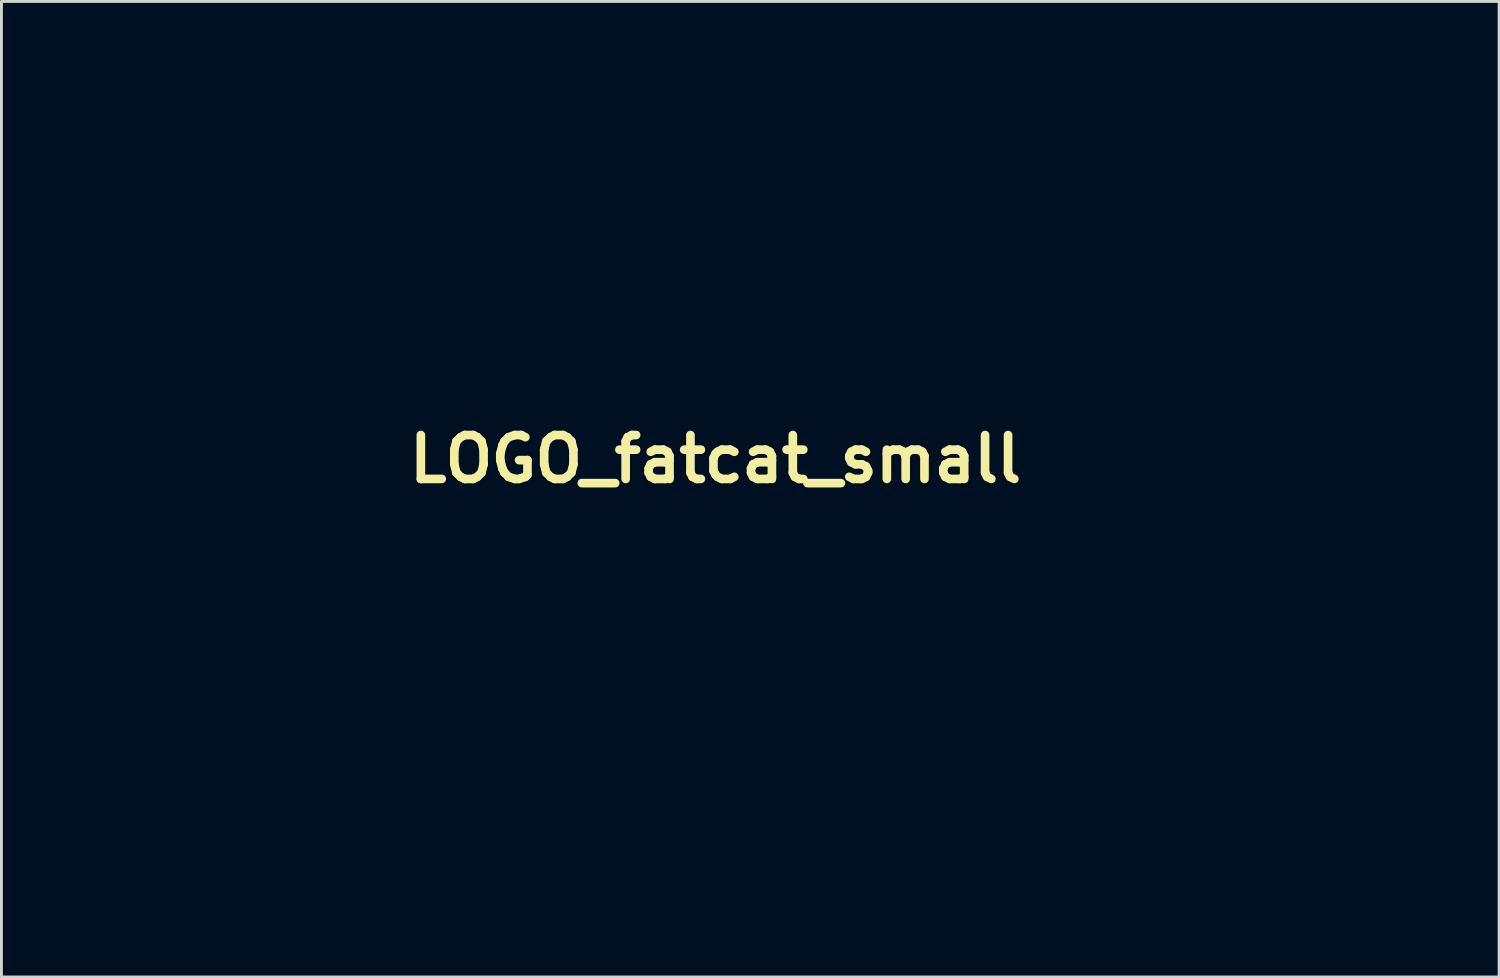
<source format=kicad_pcb>
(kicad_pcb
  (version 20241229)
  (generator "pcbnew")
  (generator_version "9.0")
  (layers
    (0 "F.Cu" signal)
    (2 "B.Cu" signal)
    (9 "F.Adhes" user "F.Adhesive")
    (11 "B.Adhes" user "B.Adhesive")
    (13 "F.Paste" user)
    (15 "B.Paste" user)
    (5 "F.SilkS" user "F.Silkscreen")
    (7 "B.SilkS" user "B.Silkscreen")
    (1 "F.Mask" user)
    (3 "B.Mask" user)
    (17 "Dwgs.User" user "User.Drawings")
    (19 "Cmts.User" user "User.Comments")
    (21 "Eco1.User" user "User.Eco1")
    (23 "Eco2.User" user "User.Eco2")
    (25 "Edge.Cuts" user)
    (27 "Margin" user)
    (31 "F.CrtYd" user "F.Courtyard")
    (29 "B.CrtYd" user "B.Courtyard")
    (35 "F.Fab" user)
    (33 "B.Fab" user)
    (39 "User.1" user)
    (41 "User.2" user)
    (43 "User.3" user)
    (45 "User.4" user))
  (footprint "LOGO_fatcat_small"
    (layer "F.Cu")
    (at 21.8 12.894)
    (property "Reference" "LOGO_fatcat_small" (at 0 0 0) (layer "F.SilkS") (effects (font (size 1.524 1.524) (thickness 0.3))))
    (attr board_only exclude_from_pos_files exclude_from_bom)
    (fp_poly (pts (xy 21.985 3.754) (xy 21.995 3.854) (xy 21.985 3.866) (xy 21.935 3.855) (xy 21.929 3.81) (xy 21.96 3.74)) (stroke (width 0) (type solid)) (fill yes) (layer "F.Mask"))
    (fp_poly (pts (xy -18.458 0.743) (xy -18.457 0.762) (xy -18.522 0.843) (xy -18.547 0.847) (xy -18.598 0.795) (xy -18.584 0.762) (xy -18.508 0.681) (xy -18.495 0.677)) (stroke (width 0) (type solid)) (fill yes) (layer "F.Mask"))
    (fp_poly (pts (xy 11.597 -7.81) (xy 11.599 -7.789) (xy 11.535 -7.707) (xy 11.515 -7.705) (xy 11.432 -7.769) (xy 11.43 -7.789) (xy 11.494 -7.872) (xy 11.515 -7.874)) (stroke (width 0) (type solid)) (fill yes) (layer "F.Mask"))
    (fp_poly (pts (xy 13.874 -1.091) (xy 13.846 -1.022) (xy 13.723 -0.935) (xy 13.598 -1.002) (xy 13.589 -1.017) (xy 13.607 -1.113) (xy 13.672 -1.154) (xy 13.825 -1.171)) (stroke (width 0) (type solid)) (fill yes) (layer "F.Mask"))
    (fp_poly (pts (xy 17.862 -3.763) (xy 17.817 -3.631) (xy 17.74 -3.509) (xy 17.648 -3.417) (xy 17.613 -3.434) (xy 17.658 -3.566) (xy 17.735 -3.688) (xy 17.828 -3.78)) (stroke (width 0) (type solid)) (fill yes) (layer "F.Mask"))
    (fp_poly (pts (xy 21.826 3.455) (xy 21.844 3.551) (xy 21.809 3.691) (xy 21.759 3.725) (xy 21.683 3.657) (xy 21.675 3.603) (xy 21.726 3.459) (xy 21.759 3.429)) (stroke (width 0) (type solid)) (fill yes) (layer "F.Mask"))
    (fp_poly (pts (xy -17.403 1.281) (xy -17.252 1.357) (xy -17.208 1.418) (xy -17.217 1.512) (xy -17.309 1.504) (xy -17.438 1.4) (xy -17.449 1.387) (xy -17.516 1.286) (xy -17.449 1.273)) (stroke (width 0) (type solid)) (fill yes) (layer "F.Mask"))
    (fp_poly (pts (xy 2.808 -6.708) (xy 2.864 -6.577) (xy 2.814 -6.416) (xy 2.752 -6.302) (xy 2.724 -6.322) (xy 2.716 -6.493) (xy 2.715 -6.515) (xy 2.724 -6.7) (xy 2.768 -6.739)) (stroke (width 0) (type solid)) (fill yes) (layer "F.Mask"))
    (fp_poly (pts (xy -18.884 0.137) (xy -18.754 0.256) (xy -18.656 0.385) (xy -18.641 0.466) (xy -18.719 0.439) (xy -18.858 0.32) (xy -18.881 0.296) (xy -18.99 0.158) (xy -19.004 0.087) (xy -18.993 0.085)) (stroke (width 0) (type solid)) (fill yes) (layer "F.Mask"))
    (fp_poly (pts (xy -4.678 4.281) (xy -4.552 4.385) (xy -4.492 4.494) (xy -4.506 4.534) (xy -4.592 4.516) (xy -4.743 4.414) (xy -4.751 4.408) (xy -4.873 4.29) (xy -4.861 4.241) (xy -4.815 4.236)) (stroke (width 0) (type solid)) (fill yes) (layer "F.Mask"))
    (fp_poly (pts (xy -7.11 -10.13) (xy -7.066 -10.07) (xy -7.02 -9.898) (xy -7.013 -9.656) (xy -7.044 -9.425) (xy -7.104 -9.288) (xy -7.186 -9.247) (xy -7.202 -9.275) (xy -7.224 -9.726) (xy -7.216 -10.016) (xy -7.178 -10.148)) (stroke (width 0) (type solid)) (fill yes) (layer "F.Mask"))
    (fp_poly (pts (xy 18.19 -4.647) (xy 18.151 -4.541) (xy 18.019 -4.406) (xy 17.849 -4.288) (xy 17.699 -4.236) (xy 17.699 -4.236) (xy 17.682 -4.281) (xy 17.777 -4.397) (xy 17.868 -4.479) (xy 18.047 -4.61) (xy 18.166 -4.659)) (stroke (width 0) (type solid)) (fill yes) (layer "F.Mask"))
    (fp_poly (pts (xy -13.604 3.189) (xy -13.443 3.346) (xy -13.22 3.62) (xy -13.046 3.855) (xy -12.89 4.09) (xy -12.838 4.209) (xy -12.874 4.219) (xy -12.985 4.127) (xy -13.157 3.939) (xy -13.335 3.717) (xy -13.516 3.467) (xy -13.642 3.273) (xy -13.69 3.168) (xy -13.688 3.161)) (stroke (width 0) (type solid)) (fill yes) (layer "F.Mask"))
    (fp_poly (pts (xy -6.715 -9.638) (xy -6.661 -9.508) (xy -6.636 -9.274) (xy -6.639 -8.998) (xy -6.668 -8.744) (xy -6.723 -8.573) (xy -6.739 -8.551) (xy -6.787 -8.569) (xy -6.814 -8.744) (xy -6.821 -9.082) (xy -6.821 -9.093) (xy -6.811 -9.421) (xy -6.787 -9.601) (xy -6.744 -9.653)) (stroke (width 0) (type solid)) (fill yes) (layer "F.Mask"))
    (fp_poly (pts (xy 9.4 0.342) (xy 9.418 0.47) (xy 9.4 0.685) (xy 9.356 0.926) (xy 9.298 1.137) (xy 9.238 1.259) (xy 9.217 1.27) (xy 9.145 1.206) (xy 9.144 1.192) (xy 9.164 1.017) (xy 9.214 0.793) (xy 9.278 0.572) (xy 9.342 0.403) (xy 9.391 0.336)) (stroke (width 0) (type solid)) (fill yes) (layer "F.Mask"))
    (fp_poly (pts (xy 15.657 10.192) (xy 15.841 10.267) (xy 16.028 10.356) (xy 16.152 10.43) (xy 16.171 10.452) (xy 16.109 10.498) (xy 15.982 10.483) (xy 15.879 10.42) (xy 15.875 10.414) (xy 15.756 10.343) (xy 15.658 10.329) (xy 15.523 10.293) (xy 15.494 10.245) (xy 15.529 10.162) (xy 15.539 10.16)) (stroke (width 0) (type solid)) (fill yes) (layer "F.Mask"))
    (fp_poly (pts (xy -8.442 -9.524) (xy -8.405 -9.318) (xy -8.398 -9.066) (xy -8.422 -8.829) (xy -8.478 -8.667) (xy -8.498 -8.646) (xy -8.626 -8.592) (xy -8.676 -8.632) (xy -8.669 -8.713) (xy -8.633 -8.721) (xy -8.574 -8.801) (xy -8.558 -9.042) (xy -8.565 -9.186) (xy -8.568 -9.461) (xy -8.54 -9.608) (xy -8.509 -9.624)) (stroke (width 0) (type solid)) (fill yes) (layer "F.Mask"))
    (fp_poly (pts (xy 1.366 -8.995) (xy 1.467 -8.81) (xy 1.481 -8.779) (xy 1.586 -8.404) (xy 1.596 -8.05) (xy 1.509 -7.772) (xy 1.49 -7.744) (xy 1.42 -7.663) (xy 1.394 -7.693) (xy 1.403 -7.857) (xy 1.415 -7.972) (xy 1.419 -8.291) (xy 1.376 -8.603) (xy 1.356 -8.674) (xy 1.296 -8.915) (xy 1.304 -9.026)) (stroke (width 0) (type solid)) (fill yes) (layer "F.Mask"))
    (fp_poly (pts (xy 4.395 -6.112) (xy 4.436 -6.047) (xy 4.481 -5.792) (xy 4.475 -5.465) (xy 4.424 -5.156) (xy 4.364 -4.995) (xy 4.301 -4.894) (xy 4.272 -4.898) (xy 4.271 -5.026) (xy 4.293 -5.299) (xy 4.304 -5.665) (xy 4.267 -5.931) (xy 4.241 -5.997) (xy 4.185 -6.135) (xy 4.236 -6.179) (xy 4.264 -6.181)) (stroke (width 0) (type solid)) (fill yes) (layer "F.Mask"))
    (fp_poly (pts (xy 14.216 -3.841) (xy 14.224 -3.81) (xy 14.154 -3.738) (xy 14.075 -3.725) (xy 13.915 -3.697) (xy 13.663 -3.625) (xy 13.477 -3.561) (xy 13.229 -3.484) (xy 13.083 -3.465) (xy 13.059 -3.491) (xy 13.149 -3.56) (xy 13.348 -3.655) (xy 13.603 -3.755) (xy 13.86 -3.839) (xy 14.067 -3.887) (xy 14.118 -3.892)) (stroke (width 0) (type solid)) (fill yes) (layer "F.Mask"))
    (fp_poly (pts (xy 20.312 12.508) (xy 20.422 12.594) (xy 20.542 12.782) (xy 20.639 13.016) (xy 20.694 13.235) (xy 20.687 13.379) (xy 20.677 13.393) (xy 20.618 13.361) (xy 20.545 13.204) (xy 20.508 13.084) (xy 20.381 12.774) (xy 20.19 12.589) (xy 20.173 12.58) (xy 20.027 12.493) (xy 20.023 12.457) (xy 20.116 12.449)) (stroke (width 0) (type solid)) (fill yes) (layer "F.Mask"))
    (fp_poly (pts (xy -17.7 -4.397) (xy -17.604 -4.161) (xy -17.582 -4.106) (xy -17.466 -3.817) (xy -17.369 -3.575) (xy -17.317 -3.45) (xy -17.301 -3.328) (xy -17.378 -3.313) (xy -17.506 -3.408) (xy -17.537 -3.442) (xy -17.644 -3.644) (xy -17.673 -3.759) (xy -17.697 -3.96) (xy -17.731 -4.225) (xy -17.738 -4.276) (xy -17.757 -4.443) (xy -17.748 -4.487)) (stroke (width 0) (type solid)) (fill yes) (layer "F.Mask"))
    (fp_poly (pts (xy 9.267 4.692) (xy 9.396 4.817) (xy 9.54 4.995) (xy 9.663 5.182) (xy 9.73 5.33) (xy 9.733 5.355) (xy 9.687 5.486) (xy 9.582 5.482) (xy 9.525 5.419) (xy 9.508 5.34) (xy 9.523 5.334) (xy 9.511 5.272) (xy 9.423 5.116) (xy 9.361 5.021) (xy 9.242 4.825) (xy 9.187 4.692) (xy 9.19 4.667)) (stroke (width 0) (type solid)) (fill yes) (layer "F.Mask"))
    (fp_poly (pts (xy 14.727 -7.571) (xy 14.732 -7.537) (xy 14.683 -7.426) (xy 14.553 -7.228) (xy 14.372 -6.985) (xy 14.129 -6.693) (xy 13.97 -6.543) (xy 13.894 -6.533) (xy 13.885 -6.575) (xy 13.933 -6.67) (xy 14.052 -6.845) (xy 14.118 -6.933) (xy 14.282 -7.159) (xy 14.41 -7.355) (xy 14.436 -7.4) (xy 14.544 -7.541) (xy 14.657 -7.606)) (stroke (width 0) (type solid)) (fill yes) (layer "F.Mask"))
    (fp_poly (pts (xy 23.877 1.863) (xy 23.892 2.063) (xy 23.892 2.353) (xy 23.881 2.686) (xy 23.86 3.015) (xy 23.833 3.292) (xy 23.802 3.471) (xy 23.785 3.509) (xy 23.746 3.475) (xy 23.722 3.29) (xy 23.716 2.973) (xy 23.717 2.917) (xy 23.729 2.592) (xy 23.754 2.287) (xy 23.786 2.033) (xy 23.82 1.861) (xy 23.853 1.801)) (stroke (width 0) (type solid)) (fill yes) (layer "F.Mask"))
    (fp_poly (pts (xy -13.292 -8.923) (xy -13.255 -8.893) (xy -13.139 -8.751) (xy -12.994 -8.512) (xy -12.886 -8.301) (xy -12.764 -8.042) (xy -12.672 -7.847) (xy -12.634 -7.768) (xy -12.663 -7.707) (xy -12.686 -7.705) (xy -12.762 -7.775) (xy -12.884 -7.962) (xy -13.029 -8.226) (xy -13.053 -8.274) (xy -13.223 -8.618) (xy -13.324 -8.833) (xy -13.365 -8.941) (xy -13.352 -8.964)) (stroke (width 0) (type solid)) (fill yes) (layer "F.Mask"))
    (fp_poly (pts (xy 5.73 1.071) (xy 5.688 1.295) (xy 5.679 1.326) (xy 5.598 1.853) (xy 5.616 2.419) (xy 5.722 2.903) (xy 5.794 3.165) (xy 5.825 3.382) (xy 5.821 3.447) (xy 5.783 3.447) (xy 5.711 3.31) (xy 5.619 3.062) (xy 5.592 2.976) (xy 5.453 2.317) (xy 5.452 1.692) (xy 5.582 1.152) (xy 5.667 0.981) (xy 5.72 0.96)) (stroke (width 0) (type solid)) (fill yes) (layer "F.Mask"))
    (fp_poly (pts (xy 8.779 -4.459) (xy 8.782 -4.338) (xy 8.759 -4.222) (xy 8.682 -3.825) (xy 8.639 -3.447) (xy 8.621 -3.111) (xy 8.605 -2.84) (xy 8.577 -2.725) (xy 8.532 -2.758) (xy 8.495 -2.842) (xy 8.477 -2.994) (xy 8.483 -3.251) (xy 8.505 -3.499) (xy 8.54 -3.814) (xy 8.567 -4.088) (xy 8.579 -4.226) (xy 8.633 -4.399) (xy 8.708 -4.469)) (stroke (width 0) (type solid)) (fill yes) (layer "F.Mask"))
    (fp_poly (pts (xy 11.192 -5.144) (xy 11.281 -5.084) (xy 11.341 -4.965) (xy 11.348 -4.947) (xy 11.41 -4.728) (xy 11.392 -4.633) (xy 11.299 -4.677) (xy 11.24 -4.739) (xy 11.105 -4.846) (xy 10.904 -4.898) (xy 10.619 -4.911) (xy 10.32 -4.93) (xy 10.176 -4.977) (xy 10.183 -5.037) (xy 10.331 -5.097) (xy 10.615 -5.141) (xy 10.738 -5.15) (xy 11.026 -5.161)) (stroke (width 0) (type solid)) (fill yes) (layer "F.Mask"))
    (fp_poly (pts (xy -15.788 11.943) (xy -15.687 12.074) (xy -15.616 12.213) (xy -15.613 12.221) (xy -15.537 12.388) (xy -15.398 12.634) (xy -15.264 12.847) (xy -15.116 13.094) (xy -15.022 13.293) (xy -15.004 13.39) (xy -15.06 13.373) (xy -15.178 13.237) (xy -15.335 13.009) (xy -15.375 12.947) (xy -15.604 12.561) (xy -15.781 12.232) (xy -15.89 11.99) (xy -15.917 11.881) (xy -15.878 11.863)) (stroke (width 0) (type solid)) (fill yes) (layer "F.Mask"))
    (fp_poly (pts (xy -14.142 7.485) (xy -13.898 7.573) (xy -13.605 7.693) (xy -13.313 7.824) (xy -13.073 7.942) (xy -12.936 8.027) (xy -12.932 8.032) (xy -12.885 8.112) (xy -12.974 8.116) (xy -13.184 8.049) (xy -13.5 7.913) (xy -13.589 7.871) (xy -13.873 7.745) (xy -14.112 7.656) (xy -14.245 7.624) (xy -14.366 7.579) (xy -14.388 7.498) (xy -14.296 7.451) (xy -14.285 7.451)) (stroke (width 0) (type solid)) (fill yes) (layer "F.Mask"))
    (fp_poly (pts (xy -5.45 2.504) (xy -5.114 2.614) (xy -5.098 2.623) (xy -4.786 2.805) (xy -4.574 2.961) (xy -4.488 3.072) (xy -4.487 3.079) (xy -4.53 3.124) (xy -4.669 3.067) (xy -4.902 2.914) (xy -5.377 2.664) (xy -5.863 2.575) (xy -6.231 2.618) (xy -6.519 2.685) (xy -6.654 2.7) (xy -6.644 2.662) (xy -6.519 2.582) (xy -6.222 2.486) (xy -5.843 2.46)) (stroke (width 0) (type solid)) (fill yes) (layer "F.Mask"))
    (fp_poly (pts (xy 7.441 -5.391) (xy 7.422 -5.287) (xy 7.309 -5.08) (xy 7.29 -5.048) (xy 7.172 -4.797) (xy 7.045 -4.434) (xy 6.924 -4.011) (xy 6.828 -3.583) (xy 6.822 -3.556) (xy 6.807 -3.525) (xy 6.802 -3.639) (xy 6.809 -3.874) (xy 6.811 -3.916) (xy 6.851 -4.236) (xy 6.934 -4.582) (xy 7.045 -4.912) (xy 7.168 -5.188) (xy 7.288 -5.369) (xy 7.372 -5.419)) (stroke (width 0) (type solid)) (fill yes) (layer "F.Mask"))
    (fp_poly (pts (xy -18.188 -4.256) (xy -18.126 -4.112) (xy -18.046 -3.882) (xy -17.96 -3.606) (xy -17.879 -3.322) (xy -17.816 -3.069) (xy -17.784 -2.887) (xy -17.782 -2.857) (xy -17.842 -2.801) (xy -17.968 -2.806) (xy -18.07 -2.869) (xy -18.072 -2.871) (xy -18.062 -2.965) (xy -18.039 -2.977) (xy -18.018 -3.068) (xy -18.044 -3.283) (xy -18.108 -3.556) (xy -18.179 -3.864) (xy -18.219 -4.126) (xy -18.22 -4.276)) (stroke (width 0) (type solid)) (fill yes) (layer "F.Mask"))
    (fp_poly (pts (xy -8.446 -1.519) (xy -8.236 -1.451) (xy -8.131 -1.36) (xy -8.045 -1.119) (xy -8.094 -0.975) (xy -8.255 -0.931) (xy -8.414 -0.958) (xy -8.467 -1.009) (xy -8.401 -1.106) (xy -8.379 -1.116) (xy -8.351 -1.196) (xy -8.412 -1.31) (xy -8.524 -1.42) (xy -8.633 -1.391) (xy -8.662 -1.369) (xy -8.782 -1.324) (xy -8.862 -1.367) (xy -8.839 -1.461) (xy -8.831 -1.47) (xy -8.672 -1.53)) (stroke (width 0) (type solid)) (fill yes) (layer "F.Mask"))
    (fp_poly (pts (xy -6.037 2.889) (xy -5.801 2.997) (xy -5.657 3.141) (xy -5.592 3.303) (xy -5.616 3.43) (xy -5.712 3.471) (xy -5.797 3.416) (xy -5.786 3.34) (xy -5.809 3.195) (xy -5.941 3.056) (xy -6.13 2.973) (xy -6.19 2.966) (xy -6.349 3.014) (xy -6.543 3.133) (xy -6.55 3.139) (xy -6.713 3.239) (xy -6.77 3.224) (xy -6.712 3.116) (xy -6.607 3.008) (xy -6.344 2.876)) (stroke (width 0) (type solid)) (fill yes) (layer "F.Mask"))
    (fp_poly (pts (xy 9.231 -4.445) (xy 9.274 -4.231) (xy 9.284 -4.068) (xy 9.266 -3.785) (xy 9.205 -3.428) (xy 9.112 -3.047) (xy 9.002 -2.689) (xy 8.888 -2.405) (xy 8.786 -2.244) (xy 8.734 -2.229) (xy 8.754 -2.36) (xy 8.757 -2.371) (xy 8.801 -2.566) (xy 8.855 -2.859) (xy 8.899 -3.133) (xy 8.954 -3.501) (xy 9.009 -3.872) (xy 9.041 -4.088) (xy 9.103 -4.374) (xy 9.17 -4.493)) (stroke (width 0) (type solid)) (fill yes) (layer "F.Mask"))
    (fp_poly (pts (xy -11.912 3.064) (xy -11.541 3.181) (xy -11.213 3.349) (xy -10.799 3.615) (xy -10.541 3.823) (xy -10.437 3.975) (xy -10.46 4.056) (xy -10.566 4.058) (xy -10.688 3.937) (xy -10.872 3.761) (xy -11.156 3.563) (xy -11.483 3.377) (xy -11.791 3.237) (xy -12.001 3.179) (xy -12.229 3.204) (xy -12.383 3.282) (xy -12.498 3.348) (xy -12.528 3.301) (xy -12.458 3.181) (xy -12.429 3.15) (xy -12.218 3.052)) (stroke (width 0) (type solid)) (fill yes) (layer "F.Mask"))
    (fp_poly (pts (xy -9.904 -9.672) (xy -10.036 -9.371) (xy -10.157 -9.063) (xy -10.166 -9.038) (xy -10.269 -8.803) (xy -10.361 -8.727) (xy -10.453 -8.801) (xy -10.46 -8.811) (xy -10.451 -8.933) (xy -10.359 -9.079) (xy -10.28 -9.186) (xy -10.304 -9.198) (xy -10.308 -9.196) (xy -10.39 -9.169) (xy -10.405 -9.237) (xy -10.352 -9.422) (xy -10.282 -9.61) (xy -10.162 -9.85) (xy -10.024 -9.957) (xy -9.952 -9.971) (xy -9.754 -9.987)) (stroke (width 0) (type solid)) (fill yes) (layer "F.Mask"))
    (fp_poly (pts (xy 7.69 -4.562) (xy 7.691 -4.49) (xy 7.661 -4.323) (xy 7.6 -4.028) (xy 7.583 -3.95) (xy 7.524 -3.59) (xy 7.492 -3.234) (xy 7.493 -2.998) (xy 7.504 -2.735) (xy 7.48 -2.637) (xy 7.422 -2.704) (xy 7.369 -2.828) (xy 7.336 -3.056) (xy 7.355 -3.4) (xy 7.378 -3.569) (xy 7.427 -3.886) (xy 7.464 -4.163) (xy 7.479 -4.311) (xy 7.529 -4.482) (xy 7.599 -4.551) (xy 7.659 -4.571)) (stroke (width 0) (type solid)) (fill yes) (layer "F.Mask"))
    (fp_poly (pts (xy 12.153 -0.638) (xy 12.288 -0.564) (xy 12.762 -0.346) (xy 13.321 -0.182) (xy 13.881 -0.093) (xy 14.094 -0.083) (xy 14.338 -0.073) (xy 14.427 -0.043) (xy 14.393 0) (xy 14.24 0.066) (xy 14.182 0.071) (xy 14.059 0.057) (xy 13.821 0.032) (xy 13.547 0.003) (xy 13.212 -0.058) (xy 12.85 -0.165) (xy 12.502 -0.299) (xy 12.208 -0.445) (xy 12.01 -0.584) (xy 11.952 -0.666) (xy 11.992 -0.701)) (stroke (width 0) (type solid)) (fill yes) (layer "F.Mask"))
    (fp_poly (pts (xy 23.504 1.267) (xy 23.524 1.5) (xy 23.531 1.867) (xy 23.524 2.324) (xy 23.503 2.871) (xy 23.468 3.259) (xy 23.418 3.499) (xy 23.349 3.602) (xy 23.259 3.578) (xy 23.211 3.528) (xy 23.144 3.368) (xy 23.149 3.292) (xy 23.174 3.152) (xy 23.206 2.899) (xy 23.236 2.586) (xy 23.236 2.582) (xy 23.288 2.019) (xy 23.337 1.612) (xy 23.386 1.347) (xy 23.435 1.211) (xy 23.472 1.185)) (stroke (width 0) (type solid)) (fill yes) (layer "F.Mask"))
    (fp_poly (pts (xy -13.9 1.871) (xy -13.613 1.962) (xy -13.535 2.002) (xy -13.367 2.138) (xy -13.25 2.302) (xy -13.203 2.448) (xy -13.247 2.533) (xy -13.287 2.54) (xy -13.367 2.471) (xy -13.377 2.412) (xy -13.444 2.287) (xy -13.607 2.141) (xy -13.652 2.11) (xy -13.886 1.999) (xy -14.144 1.968) (xy -14.345 1.982) (xy -14.586 2.001) (xy -14.684 1.985) (xy -14.663 1.93) (xy -14.658 1.924) (xy -14.482 1.848) (xy -14.209 1.831)) (stroke (width 0) (type solid)) (fill yes) (layer "F.Mask"))
    (fp_poly (pts (xy -1.128 -7.908) (xy -0.93 -7.778) (xy -0.734 -7.621) (xy -0.612 -7.493) (xy -0.593 -7.45) (xy -0.629 -7.369) (xy -0.711 -7.437) (xy -0.715 -7.443) (xy -0.824 -7.487) (xy -0.931 -7.475) (xy -1.072 -7.482) (xy -1.101 -7.559) (xy -1.174 -7.672) (xy -1.354 -7.747) (xy -1.579 -7.766) (xy -1.711 -7.742) (xy -1.838 -7.728) (xy -1.845 -7.799) (xy -1.743 -7.893) (xy -1.548 -7.965) (xy -1.537 -7.967) (xy -1.329 -7.98)) (stroke (width 0) (type solid)) (fill yes) (layer "F.Mask"))
    (fp_poly (pts (xy 4.696 -9.152) (xy 4.749 -8.951) (xy 4.799 -8.672) (xy 4.84 -8.359) (xy 4.857 -8.149) (xy 4.89 -8) (xy 4.932 -7.959) (xy 4.975 -7.884) (xy 4.995 -7.703) (xy 4.995 -7.676) (xy 4.979 -7.483) (xy 4.896 -7.403) (xy 4.715 -7.383) (xy 4.434 -7.372) (xy 4.499 -7.898) (xy 4.527 -8.222) (xy 4.533 -8.514) (xy 4.522 -8.666) (xy 4.511 -8.911) (xy 4.55 -9.115) (xy 4.627 -9.223) (xy 4.651 -9.229)) (stroke (width 0) (type solid)) (fill yes) (layer "F.Mask"))
    (fp_poly (pts (xy 7.791 -7.586) (xy 8.091 -7.498) (xy 8.327 -7.375) (xy 8.455 -7.236) (xy 8.467 -7.185) (xy 8.42 -7.147) (xy 8.319 -7.216) (xy 8.06 -7.372) (xy 7.71 -7.45) (xy 7.397 -7.465) (xy 7.029 -7.409) (xy 6.781 -7.247) (xy 6.666 -6.997) (xy 6.636 -6.871) (xy 6.595 -6.906) (xy 6.562 -6.977) (xy 6.547 -7.114) (xy 6.642 -7.264) (xy 6.761 -7.379) (xy 6.965 -7.531) (xy 7.179 -7.603) (xy 7.473 -7.62)) (stroke (width 0) (type solid)) (fill yes) (layer "F.Mask"))
    (fp_poly (pts (xy 18.288 -0.764) (xy 18.5 -0.712) (xy 18.271 -0.483) (xy 18.14 -0.338) (xy 18.094 -0.259) (xy 18.101 -0.253) (xy 18.067 -0.215) (xy 17.918 -0.117) (xy 17.719 0.001) (xy 17.373 0.178) (xy 17.141 0.249) (xy 17.028 0.212) (xy 17.018 0.167) (xy 17.086 0.07) (xy 17.209 -0.006) (xy 17.533 -0.17) (xy 17.793 -0.336) (xy 17.958 -0.48) (xy 17.999 -0.58) (xy 17.996 -0.585) (xy 17.994 -0.7) (xy 18.111 -0.769)) (stroke (width 0) (type solid)) (fill yes) (layer "F.Mask"))
    (fp_poly (pts (xy -18.575 -2.634) (xy -18.507 -2.437) (xy -18.455 -2.223) (xy -18.37 -1.912) (xy -18.235 -1.524) (xy -18.073 -1.129) (xy -18.031 -1.037) (xy -17.889 -0.71) (xy -17.807 -0.473) (xy -17.792 -0.351) (xy -17.807 -0.339) (xy -17.883 -0.412) (xy -18 -0.607) (xy -18.137 -0.885) (xy -18.185 -0.996) (xy -18.328 -1.356) (xy -18.466 -1.745) (xy -18.586 -2.117) (xy -18.671 -2.427) (xy -18.71 -2.63) (xy -18.71 -2.646) (xy -18.647 -2.708) (xy -18.633 -2.709)) (stroke (width 0) (type solid)) (fill yes) (layer "F.Mask"))
    (fp_poly (pts (xy -7.389 -7.184) (xy -7.396 -7.135) (xy -7.527 -7.031) (xy -7.688 -6.922) (xy -7.924 -6.713) (xy -8.146 -6.436) (xy -8.216 -6.318) (xy -8.335 -6.072) (xy -8.371 -5.913) (xy -8.334 -5.786) (xy -8.317 -5.758) (xy -8.255 -5.63) (xy -8.305 -5.589) (xy -8.342 -5.588) (xy -8.483 -5.657) (xy -8.522 -5.718) (xy -8.524 -5.929) (xy -8.426 -6.207) (xy -8.254 -6.512) (xy -8.039 -6.802) (xy -7.808 -7.037) (xy -7.591 -7.176) (xy -7.493 -7.197)) (stroke (width 0) (type solid)) (fill yes) (layer "F.Mask"))
    (fp_poly (pts (xy 7.267 1.046) (xy 7.237 1.141) (xy 7.138 1.345) (xy 6.964 1.677) (xy 6.95 1.704) (xy 6.759 2.102) (xy 6.573 2.545) (xy 6.435 2.939) (xy 6.434 2.942) (xy 6.322 3.297) (xy 6.245 3.495) (xy 6.2 3.543) (xy 6.181 3.451) (xy 6.181 3.401) (xy 6.217 3.166) (xy 6.315 2.832) (xy 6.458 2.441) (xy 6.626 2.034) (xy 6.804 1.654) (xy 6.973 1.341) (xy 7.116 1.137) (xy 7.148 1.106) (xy 7.236 1.041)) (stroke (width 0) (type solid)) (fill yes) (layer "F.Mask"))
    (fp_poly (pts (xy -0.892 -5.876) (xy -0.806 -5.636) (xy -0.764 -5.299) (xy -0.762 -5.205) (xy -0.789 -4.901) (xy -0.857 -4.636) (xy -0.953 -4.455) (xy -1.039 -4.403) (xy -1.076 -4.465) (xy -1.052 -4.551) (xy -0.999 -4.749) (xy -0.961 -5.037) (xy -0.942 -5.346) (xy -0.948 -5.61) (xy -0.972 -5.739) (xy -1.024 -5.834) (xy -1.092 -5.795) (xy -1.148 -5.721) (xy -1.268 -5.609) (xy -1.329 -5.637) (xy -1.3 -5.78) (xy -1.274 -5.835) (xy -1.141 -5.993) (xy -1.009 -6.001)) (stroke (width 0) (type solid)) (fill yes) (layer "F.Mask"))
    (fp_poly (pts (xy 14.814 10.625) (xy 14.828 10.629) (xy 15.031 10.723) (xy 15.262 10.871) (xy 15.29 10.892) (xy 15.478 11.021) (xy 15.612 11.091) (xy 15.629 11.094) (xy 15.729 11.149) (xy 15.887 11.284) (xy 16.065 11.458) (xy 16.222 11.63) (xy 16.319 11.762) (xy 16.33 11.808) (xy 16.245 11.786) (xy 16.084 11.678) (xy 16.011 11.619) (xy 15.791 11.454) (xy 15.491 11.255) (xy 15.22 11.091) (xy 14.939 10.915) (xy 14.745 10.764) (xy 14.65 10.654) (xy 14.668 10.602)) (stroke (width 0) (type solid)) (fill yes) (layer "F.Mask"))
    (fp_poly (pts (xy -12.992 3.346) (xy -12.845 3.423) (xy -12.684 3.51) (xy -12.415 3.639) (xy -12.084 3.788) (xy -11.938 3.852) (xy -11.368 4.1) (xy -10.948 4.295) (xy -10.67 4.441) (xy -10.526 4.541) (xy -10.499 4.585) (xy -10.525 4.641) (xy -10.624 4.625) (xy -10.827 4.532) (xy -10.922 4.483) (xy -11.128 4.382) (xy -11.44 4.238) (xy -11.807 4.075) (xy -12.023 3.982) (xy -12.425 3.8) (xy -12.762 3.63) (xy -13.014 3.483) (xy -13.161 3.374) (xy -13.182 3.312) (xy -13.142 3.304)) (stroke (width 0) (type solid)) (fill yes) (layer "F.Mask"))
    (fp_poly (pts (xy -1.28 -1.686) (xy -1.094 -1.505) (xy -0.987 -1.329) (xy -0.907 -1.073) (xy -0.855 -0.727) (xy -0.83 -0.323) (xy -0.829 0.104) (xy -0.852 0.521) (xy -0.897 0.897) (xy -0.962 1.196) (xy -1.045 1.387) (xy -1.125 1.439) (xy -1.165 1.374) (xy -1.152 1.291) (xy -1.018 0.735) (xy -0.948 0.186) (xy -0.939 -0.33) (xy -0.987 -0.79) (xy -1.09 -1.169) (xy -1.243 -1.445) (xy -1.444 -1.591) (xy -1.554 -1.609) (xy -1.668 -1.629) (xy -1.632 -1.704) (xy -1.628 -1.708) (xy -1.472 -1.762)) (stroke (width 0) (type solid)) (fill yes) (layer "F.Mask"))
    (fp_poly (pts (xy 16.484 -4.719) (xy 16.434 -4.625) (xy 16.425 -4.614) (xy 16.368 -4.51) (xy 16.416 -4.487) (xy 16.42 -4.427) (xy 16.336 -4.271) (xy 16.194 -4.069) (xy 15.966 -3.79) (xy 15.818 -3.655) (xy 15.752 -3.664) (xy 15.748 -3.696) (xy 15.793 -3.793) (xy 15.907 -3.972) (xy 15.966 -4.056) (xy 16.184 -4.36) (xy 15.933 -4.078) (xy 15.774 -3.925) (xy 15.661 -3.862) (xy 15.636 -3.871) (xy 15.66 -3.974) (xy 15.774 -4.149) (xy 15.941 -4.354) (xy 16.127 -4.549) (xy 16.294 -4.691) (xy 16.4 -4.741)) (stroke (width 0) (type solid)) (fill yes) (layer "F.Mask"))
    (fp_poly (pts (xy -14.811 -1.308) (xy -14.738 -1.235) (xy -14.704 -1.142) (xy -14.762 -1.017) (xy -14.93 -0.829) (xy -14.989 -0.769) (xy -15.178 -0.562) (xy -15.239 -0.447) (xy -15.204 -0.423) (xy -15.049 -0.48) (xy -14.901 -0.593) (xy -14.74 -0.734) (xy -14.662 -0.745) (xy -14.647 -0.676) (xy -14.718 -0.569) (xy -14.892 -0.443) (xy -15.113 -0.329) (xy -15.321 -0.261) (xy -15.388 -0.254) (xy -15.524 -0.285) (xy -15.574 -0.41) (xy -15.579 -0.516) (xy -15.519 -0.77) (xy -15.324 -1.033) (xy -15.291 -1.067) (xy -15.074 -1.265) (xy -14.926 -1.342)) (stroke (width 0) (type solid)) (fill yes) (layer "F.Mask"))
    (fp_poly (pts (xy -8.255 -2.076) (xy -8.07 -1.972) (xy -8.03 -1.945) (xy -7.658 -1.661) (xy -7.432 -1.422) (xy -7.355 -1.234) (xy -7.429 -1.102) (xy -7.493 -1.07) (xy -7.602 -1.068) (xy -7.62 -1.103) (xy -7.554 -1.18) (xy -7.519 -1.185) (xy -7.501 -1.232) (xy -7.583 -1.351) (xy -7.732 -1.507) (xy -7.915 -1.669) (xy -8.101 -1.802) (xy -8.157 -1.834) (xy -8.372 -1.906) (xy -8.538 -1.898) (xy -8.734 -1.832) (xy -8.913 -1.801) (xy -9.022 -1.811) (xy -9.029 -1.844) (xy -8.926 -1.915) (xy -8.724 -2.002) (xy -8.648 -2.028) (xy -8.418 -2.09)) (stroke (width 0) (type solid)) (fill yes) (layer "F.Mask"))
    (fp_poly (pts (xy -1.225 -2.035) (xy -0.868 -1.801) (xy -0.542 -1.419) (xy -0.328 -1.049) (xy -0.171 -0.704) (xy -0.086 -0.419) (xy -0.053 -0.113) (xy -0.049 0.12) (xy -0.069 0.453) (xy -0.12 0.755) (xy -0.192 0.994) (xy -0.273 1.135) (xy -0.354 1.142) (xy -0.357 1.139) (xy -0.36 1.036) (xy -0.305 0.842) (xy -0.279 0.776) (xy -0.182 0.349) (xy -0.201 -0.144) (xy -0.323 -0.655) (xy -0.536 -1.139) (xy -0.829 -1.55) (xy -0.913 -1.636) (xy -1.161 -1.816) (xy -1.462 -1.964) (xy -1.535 -1.99) (xy -1.905 -2.105) (xy -1.6 -2.111)) (stroke (width 0) (type solid)) (fill yes) (layer "F.Mask"))
    (fp_poly (pts (xy -14.666 2.349) (xy -14.727 2.464) (xy -14.817 2.549) (xy -15.045 2.731) (xy -15.226 2.88) (xy -15.424 3.02) (xy -15.544 3.029) (xy -15.601 2.942) (xy -15.651 2.952) (xy -15.743 3.069) (xy -15.848 3.244) (xy -15.938 3.43) (xy -15.985 3.578) (xy -15.987 3.596) (xy -16.056 3.696) (xy -16.092 3.713) (xy -16.156 3.688) (xy -16.143 3.531) (xy -16.136 3.504) (xy -16.091 3.282) (xy -16.07 3.133) (xy -15.995 2.98) (xy -15.817 2.794) (xy -15.586 2.612) (xy -15.351 2.475) (xy -15.176 2.423) (xy -14.961 2.388) (xy -14.832 2.339) (xy -14.702 2.293)) (stroke (width 0) (type solid)) (fill yes) (layer "F.Mask"))
    (fp_poly (pts (xy -9.9 13.369) (xy -9.656 13.571) (xy -9.481 13.857) (xy -9.395 14.187) (xy -9.416 14.52) (xy -9.518 14.753) (xy -9.661 14.914) (xy -9.796 14.986) (xy -9.802 14.986) (xy -9.881 14.968) (xy -9.843 14.89) (xy -9.787 14.825) (xy -9.676 14.621) (xy -9.634 14.411) (xy -9.687 14.148) (xy -9.832 13.877) (xy -9.94 13.758) (xy -9.737 13.758) (xy -9.694 13.801) (xy -9.652 13.758) (xy -9.694 13.716) (xy -9.737 13.758) (xy -9.94 13.758) (xy -10.026 13.665) (xy -10.162 13.588) (xy -10.293 13.497) (xy -10.324 13.38) (xy -10.249 13.3) (xy -10.194 13.293)) (stroke (width 0) (type solid)) (fill yes) (layer "F.Mask"))
    (fp_poly (pts (xy 0.86 -8.676) (xy 0.996 -8.48) (xy 1.11 -8.237) (xy 1.177 -7.987) (xy 1.185 -7.878) (xy 1.143 -7.679) (xy 1.041 -7.62) (xy 0.92 -7.705) (xy 0.845 -7.853) (xy 0.753 -8.079) (xy 0.677 -8.233) (xy 0.6 -8.397) (xy 0.627 -8.462) (xy 0.667 -8.467) (xy 0.747 -8.397) (xy 0.841 -8.227) (xy 0.847 -8.211) (xy 0.943 -8.019) (xy 1.029 -7.908) (xy 1.031 -7.907) (xy 1.064 -7.928) (xy 1.031 -8.049) (xy 0.954 -8.225) (xy 0.855 -8.411) (xy 0.754 -8.56) (xy 0.702 -8.614) (xy 0.613 -8.72) (xy 0.618 -8.774) (xy 0.726 -8.787)) (stroke (width 0) (type solid)) (fill yes) (layer "F.Mask"))
    (fp_poly (pts (xy 15.799 -4.895) (xy 15.755 -4.804) (xy 15.672 -4.708) (xy 15.552 -4.538) (xy 15.575 -4.447) (xy 15.578 -4.368) (xy 15.442 -4.239) (xy 15.391 -4.203) (xy 15.186 -4.033) (xy 15.043 -3.855) (xy 15.029 -3.829) (xy 14.936 -3.704) (xy 14.82 -3.635) (xy 14.741 -3.65) (xy 14.732 -3.686) (xy 14.774 -3.782) (xy 14.869 -3.94) (xy 14.955 -4.087) (xy 14.936 -4.141) (xy 14.826 -4.149) (xy 14.674 -4.178) (xy 14.664 -4.244) (xy 14.788 -4.317) (xy 14.9 -4.347) (xy 15.122 -4.439) (xy 15.363 -4.603) (xy 15.42 -4.654) (xy 15.608 -4.815) (xy 15.743 -4.897)) (stroke (width 0) (type solid)) (fill yes) (layer "F.Mask"))
    (fp_poly (pts (xy 10.224 3.532) (xy 10.403 3.672) (xy 10.623 3.867) (xy 10.849 4.084) (xy 11.048 4.292) (xy 11.187 4.458) (xy 11.232 4.55) (xy 11.23 4.553) (xy 11.255 4.654) (xy 11.376 4.813) (xy 11.433 4.871) (xy 11.591 5.038) (xy 11.678 5.159) (xy 11.684 5.181) (xy 11.635 5.248) (xy 11.518 5.203) (xy 11.419 5.109) (xy 11.302 4.994) (xy 11.09 4.809) (xy 10.821 4.585) (xy 10.71 4.496) (xy 10.418 4.256) (xy 10.157 4.028) (xy 9.971 3.851) (xy 9.934 3.811) (xy 9.818 3.662) (xy 9.813 3.586) (xy 9.891 3.541) (xy 10.059 3.489) (xy 10.118 3.48)) (stroke (width 0) (type solid)) (fill yes) (layer "F.Mask"))
    (fp_poly (pts (xy -2.778 -10.566) (xy -2.507 -10.529) (xy -2.211 -10.454) (xy -2.087 -10.416) (xy -1.776 -10.324) (xy -1.517 -10.256) (xy -1.363 -10.225) (xy -1.355 -10.225) (xy -1.177 -10.171) (xy -1.043 -10.056) (xy -1.016 -9.98) (xy -1.081 -9.915) (xy -1.236 -9.931) (xy -1.355 -9.983) (xy -1.497 -10.046) (xy -1.744 -10.143) (xy -2.021 -10.243) (xy -2.308 -10.333) (xy -2.573 -10.386) (xy -2.874 -10.408) (xy -3.267 -10.406) (xy -3.439 -10.4) (xy -3.802 -10.392) (xy -4.092 -10.395) (xy -4.273 -10.409) (xy -4.318 -10.425) (xy -4.24 -10.456) (xy -4.029 -10.491) (xy -3.722 -10.525) (xy -3.506 -10.544) (xy -3.09 -10.569)) (stroke (width 0) (type solid)) (fill yes) (layer "F.Mask"))
    (fp_poly (pts (xy -2.334 0.394) (xy -2.167 0.532) (xy -2.11 0.586) (xy -1.974 0.74) (xy -1.9 0.894) (xy -1.868 1.107) (xy -1.863 1.39) (xy -1.869 1.673) (xy -1.884 1.873) (xy -1.905 1.947) (xy -1.929 1.871) (xy -1.944 1.676) (xy -1.947 1.52) (xy -1.988 1.129) (xy -2.098 0.81) (xy -2.262 0.601) (xy -2.34 0.558) (xy -2.496 0.562) (xy -2.553 0.611) (xy -2.613 0.666) (xy -2.623 0.641) (xy -2.676 0.639) (xy -2.806 0.734) (xy -2.836 0.762) (xy -2.975 0.87) (xy -3.046 0.88) (xy -3.048 0.869) (xy -2.986 0.759) (xy -2.837 0.605) (xy -2.656 0.454) (xy -2.497 0.354) (xy -2.442 0.339)) (stroke (width 0) (type solid)) (fill yes) (layer "F.Mask"))
    (fp_poly (pts (xy -3.718 -5.613) (xy -3.706 -5.603) (xy -3.661 -5.501) (xy -3.741 -5.368) (xy -3.792 -5.314) (xy -3.93 -5.204) (xy -3.979 -5.238) (xy -3.979 -5.244) (xy -4.021 -5.295) (xy -4.133 -5.221) (xy -4.298 -5.039) (xy -4.498 -4.768) (xy -4.582 -4.641) (xy -4.731 -4.427) (xy -4.846 -4.295) (xy -4.894 -4.273) (xy -4.96 -4.24) (xy -5.066 -4.099) (xy -5.185 -3.899) (xy -5.289 -3.687) (xy -5.351 -3.51) (xy -5.357 -3.47) (xy -5.413 -3.333) (xy -5.477 -3.302) (xy -5.542 -3.347) (xy -5.508 -3.5) (xy -5.504 -3.511) (xy -5.298 -3.966) (xy -5.026 -4.392) (xy -4.657 -4.834) (xy -4.436 -5.066) (xy -4.139 -5.359) (xy -3.934 -5.538) (xy -3.8 -5.618)) (stroke (width 0) (type solid)) (fill yes) (layer "F.Mask"))
    (fp_poly (pts (xy -7.971 -9.743) (xy -7.917 -9.532) (xy -7.883 -9.198) (xy -7.875 -8.927) (xy -7.911 -8.438) (xy -8.01 -7.973) (xy -8.16 -7.581) (xy -8.342 -7.314) (xy -8.515 -7.172) (xy -8.655 -7.108) (xy -8.72 -7.142) (xy -8.721 -7.152) (xy -8.693 -7.244) (xy -8.618 -7.456) (xy -8.604 -7.495) (xy -8.426 -7.495) (xy -8.407 -7.46) (xy -8.333 -7.561) (xy -8.264 -7.686) (xy -8.169 -7.933) (xy -8.098 -8.224) (xy -8.092 -8.258) (xy -8.042 -8.594) (xy -8.177 -8.255) (xy -8.309 -7.907) (xy -8.392 -7.649) (xy -8.426 -7.495) (xy -8.604 -7.495) (xy -8.511 -7.749) (xy -8.457 -7.893) (xy -8.273 -8.469) (xy -8.185 -8.988) (xy -8.174 -9.182) (xy -8.145 -9.55) (xy -8.095 -9.76) (xy -8.033 -9.822)) (stroke (width 0) (type solid)) (fill yes) (layer "F.Mask"))
    (fp_poly (pts (xy -0.741 -10.782) (xy 0.227 -10.742) (xy 1.084 -10.655) (xy 1.821 -10.524) (xy 2.424 -10.351) (xy 2.884 -10.139) (xy 3.167 -9.915) (xy 3.265 -9.783) (xy 3.244 -9.746) (xy 3.124 -9.802) (xy 2.925 -9.947) (xy 2.922 -9.95) (xy 2.667 -10.096) (xy 2.294 -10.232) (xy 1.853 -10.34) (xy 1.693 -10.368) (xy 1.591 -10.412) (xy 1.566 -10.427) (xy 1.406 -10.477) (xy 1.11 -10.523) (xy 0.711 -10.564) (xy 0.242 -10.595) (xy -0.264 -10.614) (xy -0.529 -10.619) (xy -0.94 -10.618) (xy -1.209 -10.607) (xy -1.364 -10.581) (xy -1.431 -10.536) (xy -1.441 -10.499) (xy -1.453 -10.414) (xy -1.51 -10.478) (xy -1.524 -10.499) (xy -1.59 -10.626) (xy -1.579 -10.71) (xy -1.469 -10.759) (xy -1.239 -10.781) (xy -0.867 -10.783)) (stroke (width 0) (type solid)) (fill yes) (layer "F.Mask"))
    (fp_poly (pts (xy -17.273 -5.282) (xy -17.211 -5.088) (xy -17.192 -5.013) (xy -17.082 -4.69) (xy -16.931 -4.373) (xy -16.885 -4.297) (xy -16.77 -4.09) (xy -16.76 -3.989) (xy -16.784 -3.982) (xy -16.925 -4.026) (xy -17.064 -4.12) (xy -17.141 -4.218) (xy -17.134 -4.258) (xy -17.144 -4.353) (xy -17.233 -4.52) (xy -17.251 -4.546) (xy -17.38 -4.747) (xy -17.463 -4.906) (xy -17.465 -4.911) (xy -17.503 -4.969) (xy -17.517 -4.868) (xy -17.486 -4.691) (xy -17.402 -4.441) (xy -17.355 -4.33) (xy -17.245 -4.084) (xy -17.199 -3.954) (xy -17.21 -3.903) (xy -17.27 -3.895) (xy -17.274 -3.895) (xy -17.364 -3.965) (xy -17.446 -4.117) (xy -17.55 -4.437) (xy -17.621 -4.741) (xy -17.652 -4.986) (xy -17.635 -5.13) (xy -17.614 -5.149) (xy -17.48 -5.231) (xy -17.407 -5.296) (xy -17.331 -5.342)) (stroke (width 0) (type solid)) (fill yes) (layer "F.Mask"))
    (fp_poly (pts (xy 13.121 0.146) (xy 13.123 0.148) (xy 13.1 0.21) (xy 13.06 0.23) (xy 12.962 0.337) (xy 12.954 0.386) (xy 12.875 0.52) (xy 12.659 0.647) (xy 12.341 0.752) (xy 12.064 0.806) (xy 11.727 0.861) (xy 11.342 0.935) (xy 11.155 0.975) (xy 10.888 1.023) (xy 10.694 1.034) (xy 10.625 1.015) (xy 10.621 0.963) (xy 10.696 0.917) (xy 10.872 0.871) (xy 11.173 0.817) (xy 11.557 0.759) (xy 11.944 0.691) (xy 12.289 0.608) (xy 12.56 0.52) (xy 12.728 0.439) (xy 12.761 0.372) (xy 12.759 0.369) (xy 12.656 0.359) (xy 12.444 0.384) (xy 12.278 0.415) (xy 11.789 0.494) (xy 11.43 0.493) (xy 11.209 0.414) (xy 11.179 0.384) (xy 11.139 0.313) (xy 11.199 0.286) (xy 11.387 0.296) (xy 11.486 0.307) (xy 11.798 0.312) (xy 12.184 0.279) (xy 12.488 0.228) (xy 12.785 0.172) (xy 13.011 0.143)) (stroke (width 0) (type solid)) (fill yes) (layer "F.Mask"))
    (fp_poly (pts (xy 17.018 -4.657) (xy 16.965 -4.509) (xy 16.88 -4.391) (xy 16.812 -4.306) (xy 16.841 -4.295) (xy 16.989 -4.358) (xy 17.094 -4.408) (xy 17.322 -4.5) (xy 17.49 -4.534) (xy 17.531 -4.526) (xy 17.503 -4.468) (xy 17.351 -4.36) (xy 17.106 -4.223) (xy 17.038 -4.19) (xy 16.735 -4.028) (xy 16.477 -3.869) (xy 16.317 -3.745) (xy 16.309 -3.737) (xy 16.208 -3.61) (xy 16.225 -3.54) (xy 16.313 -3.486) (xy 16.513 -3.438) (xy 16.701 -3.447) (xy 16.878 -3.451) (xy 16.933 -3.397) (xy 16.905 -3.35) (xy 16.803 -3.325) (xy 16.602 -3.32) (xy 16.279 -3.336) (xy 15.896 -3.364) (xy 15.641 -3.404) (xy 15.513 -3.461) (xy 15.522 -3.517) (xy 15.678 -3.552) (xy 15.79 -3.556) (xy 15.986 -3.577) (xy 16.084 -3.63) (xy 16.087 -3.641) (xy 16.141 -3.761) (xy 16.235 -3.875) (xy 16.372 -4.024) (xy 16.567 -4.243) (xy 16.701 -4.399) (xy 16.868 -4.578) (xy 16.983 -4.668)) (stroke (width 0) (type solid)) (fill yes) (layer "F.Mask"))
    (fp_poly (pts (xy -8.743 -9.703) (xy -8.748 -9.488) (xy -8.77 -9.208) (xy -8.802 -8.91) (xy -8.84 -8.642) (xy -8.879 -8.45) (xy -8.912 -8.382) (xy -8.959 -8.45) (xy -8.949 -8.556) (xy -8.94 -8.687) (xy -8.997 -8.697) (xy -9.085 -8.607) (xy -9.175 -8.434) (xy -9.181 -8.419) (xy -9.305 -8.123) (xy -9.442 -7.864) (xy -9.568 -7.682) (xy -9.653 -7.62) (xy -9.667 -7.687) (xy -9.614 -7.858) (xy -9.559 -7.98) (xy -9.437 -8.229) (xy -9.334 -8.434) (xy -9.307 -8.487) (xy -9.234 -8.652) (xy -9.256 -8.679) (xy -9.366 -8.568) (xy -9.404 -8.52) (xy -9.565 -8.34) (xy -9.646 -8.296) (xy -9.643 -8.369) (xy -9.552 -8.545) (xy -9.449 -8.7) (xy -9.349 -8.848) (xy -8.975 -8.848) (xy -8.932 -8.805) (xy -8.89 -8.848) (xy -8.932 -8.89) (xy -8.975 -8.848) (xy -9.349 -8.848) (xy -9.246 -9.002) (xy -9.052 -9.321) (xy -8.973 -9.465) (xy -8.859 -9.67) (xy -8.779 -9.79) (xy -8.759 -9.803)) (stroke (width 0) (type solid)) (fill yes) (layer "F.Mask"))
    (fp_poly (pts (xy 19.176 -3.859) (xy 19.077 -3.681) (xy 18.929 -3.448) (xy 18.761 -3.2) (xy 18.598 -2.977) (xy 18.468 -2.82) (xy 18.42 -2.776) (xy 18.384 -2.682) (xy 18.431 -2.617) (xy 18.518 -2.59) (xy 18.669 -2.643) (xy 18.91 -2.787) (xy 19.09 -2.91) (xy 19.422 -3.137) (xy 19.627 -3.263) (xy 19.713 -3.293) (xy 19.687 -3.23) (xy 19.654 -3.188) (xy 19.593 -3.064) (xy 19.601 -3.019) (xy 19.598 -2.997) (xy 19.587 -3.005) (xy 19.49 -2.986) (xy 19.32 -2.887) (xy 19.269 -2.85) (xy 18.987 -2.653) (xy 18.685 -2.467) (xy 18.405 -2.315) (xy 18.192 -2.221) (xy 18.111 -2.204) (xy 18.053 -2.232) (xy 18.141 -2.32) (xy 18.145 -2.323) (xy 18.231 -2.436) (xy 18.178 -2.506) (xy 18.017 -2.501) (xy 17.978 -2.49) (xy 17.949 -2.513) (xy 18.029 -2.623) (xy 18.17 -2.765) (xy 18.418 -3.023) (xy 18.685 -3.338) (xy 18.836 -3.539) (xy 19.005 -3.761) (xy 19.136 -3.905) (xy 19.2 -3.942)) (stroke (width 0) (type solid)) (fill yes) (layer "F.Mask"))
    (fp_poly (pts (xy 22.074 0.408) (xy 22.074 0.551) (xy 22.067 0.613) (xy 22.058 0.847) (xy 22.127 0.991) (xy 22.207 1.057) (xy 22.429 1.172) (xy 22.562 1.143) (xy 22.606 0.974) (xy 22.641 0.805) (xy 22.714 0.77) (xy 22.773 0.874) (xy 22.782 0.953) (xy 22.795 1.055) (xy 22.832 1.014) (xy 22.888 0.874) (xy 22.982 0.656) (xy 23.058 0.543) (xy 23.097 0.55) (xy 23.08 0.692) (xy 23.073 0.72) (xy 23.029 0.944) (xy 22.982 1.257) (xy 22.952 1.5) (xy 22.91 1.786) (xy 22.861 2.004) (xy 22.813 2.124) (xy 22.776 2.118) (xy 22.766 2.067) (xy 22.765 1.921) (xy 22.771 1.841) (xy 22.743 1.717) (xy 22.699 1.693) (xy 22.644 1.633) (xy 22.654 1.583) (xy 22.615 1.48) (xy 22.466 1.369) (xy 22.265 1.277) (xy 22.067 1.232) (xy 21.959 1.244) (xy 21.875 1.257) (xy 21.847 1.184) (xy 21.868 0.988) (xy 21.876 0.932) (xy 21.928 0.683) (xy 21.988 0.497) (xy 22.041 0.398)) (stroke (width 0) (type solid)) (fill yes) (layer "F.Mask"))
    (fp_poly (pts (xy 9.876 4.032) (xy 10.068 4.168) (xy 10.245 4.315) (xy 10.447 4.502) (xy 10.527 4.606) (xy 10.498 4.649) (xy 10.456 4.653) (xy 10.278 4.59) (xy 10.182 4.491) (xy 10.024 4.319) (xy 9.887 4.224) (xy 9.835 4.222) (xy 9.898 4.326) (xy 10.068 4.525) (xy 10.101 4.56) (xy 10.295 4.787) (xy 10.422 4.973) (xy 10.457 5.079) (xy 10.455 5.082) (xy 10.353 5.13) (xy 10.323 5.119) (xy 10.25 5.131) (xy 10.245 5.16) (xy 10.179 5.231) (xy 10.036 5.245) (xy 9.899 5.201) (xy 9.864 5.165) (xy 9.873 5.087) (xy 9.905 5.08) (xy 9.917 5.022) (xy 9.838 4.874) (xy 9.773 4.784) (xy 9.656 4.608) (xy 9.62 4.501) (xy 9.636 4.487) (xy 9.745 4.548) (xy 9.887 4.694) (xy 9.891 4.699) (xy 10.023 4.846) (xy 10.112 4.911) (xy 10.114 4.911) (xy 10.097 4.852) (xy 9.993 4.701) (xy 9.862 4.533) (xy 9.672 4.262) (xy 9.615 4.079) (xy 9.691 3.988) (xy 9.763 3.98)) (stroke (width 0) (type solid)) (fill yes) (layer "F.Mask"))
    (fp_poly (pts (xy 13.265 -7.984) (xy 13.286 -7.837) (xy 13.208 -7.646) (xy 13.102 -7.514) (xy 12.96 -7.318) (xy 12.895 -7.132) (xy 12.827 -6.966) (xy 12.67 -6.752) (xy 12.557 -6.633) (xy 12.381 -6.434) (xy 12.333 -6.31) (xy 12.406 -6.279) (xy 12.593 -6.36) (xy 12.655 -6.398) (xy 12.842 -6.499) (xy 12.912 -6.491) (xy 12.861 -6.393) (xy 12.69 -6.227) (xy 12.472 -6.084) (xy 12.291 -6.035) (xy 12.265 -6.039) (xy 12.084 -6.046) (xy 11.836 -6.011) (xy 11.792 -6) (xy 11.545 -5.94) (xy 11.353 -5.893) (xy 11.332 -5.888) (xy 11.184 -5.885) (xy 11.141 -5.905) (xy 11.097 -6.025) (xy 11.093 -6.089) (xy 11.115 -6.167) (xy 11.157 -6.123) (xy 11.255 -6.068) (xy 11.457 -6.079) (xy 11.601 -6.107) (xy 11.856 -6.189) (xy 12.057 -6.329) (xy 12.265 -6.573) (xy 12.276 -6.588) (xy 12.46 -6.856) (xy 12.611 -7.113) (xy 12.669 -7.239) (xy 12.815 -7.608) (xy 12.921 -7.846) (xy 13.005 -7.978) (xy 13.082 -8.035) (xy 13.142 -8.043)) (stroke (width 0) (type solid)) (fill yes) (layer "F.Mask"))
    (fp_poly (pts (xy -18.555 -3.691) (xy -18.468 -3.562) (xy -18.456 -3.488) (xy -18.417 -3.349) (xy -18.313 -3.11) (xy -18.165 -2.814) (xy -18.12 -2.731) (xy -17.955 -2.418) (xy -17.871 -2.225) (xy -17.862 -2.128) (xy -17.923 -2.102) (xy -17.969 -2.106) (xy -17.959 -2.045) (xy -17.874 -1.875) (xy -17.733 -1.629) (xy -17.694 -1.564) (xy -17.511 -1.262) (xy -17.407 -1.075) (xy -17.373 -0.977) (xy -17.4 -0.938) (xy -17.478 -0.931) (xy -17.484 -0.931) (xy -17.596 -0.982) (xy -17.611 -1.026) (xy -17.651 -1.136) (xy -17.759 -1.356) (xy -17.916 -1.648) (xy -18.031 -1.852) (xy -18.217 -2.199) (xy -18.238 -2.244) (xy -18.119 -2.244) (xy -18.076 -2.201) (xy -18.034 -2.244) (xy -18.076 -2.286) (xy -18.119 -2.244) (xy -18.238 -2.244) (xy -18.317 -2.413) (xy -18.203 -2.413) (xy -18.161 -2.371) (xy -18.119 -2.413) (xy -18.161 -2.455) (xy -18.203 -2.413) (xy -18.317 -2.413) (xy -18.37 -2.527) (xy -18.467 -2.786) (xy -18.488 -2.879) (xy -18.535 -3.184) (xy -18.589 -3.463) (xy -18.618 -3.653) (xy -18.584 -3.704)) (stroke (width 0) (type solid)) (fill yes) (layer "F.Mask"))
    (fp_poly (pts (xy -12.834 -12.335) (xy -12.719 -12.242) (xy -12.661 -12.272) (xy -12.565 -12.354) (xy -12.45 -12.296) (xy -12.301 -12.087) (xy -12.288 -12.065) (xy -12.118 -11.861) (xy -11.933 -11.767) (xy -11.776 -11.798) (xy -11.726 -11.853) (xy -11.603 -11.936) (xy -11.437 -11.856) (xy -11.23 -11.616) (xy -11.217 -11.598) (xy -11.073 -11.361) (xy -11.029 -11.233) (xy -11.079 -11.225) (xy -11.212 -11.353) (xy -11.305 -11.468) (xy -11.473 -11.657) (xy -11.591 -11.708) (xy -11.641 -11.685) (xy -11.824 -11.629) (xy -12.057 -11.671) (xy -12.269 -11.789) (xy -12.365 -11.903) (xy -12.471 -12.04) (xy -12.627 -12.079) (xy -12.774 -12.068) (xy -13.011 -12.07) (xy -13.188 -12.124) (xy -13.199 -12.133) (xy -13.285 -12.191) (xy -13.262 -12.13) (xy -13.254 -12.117) (xy -13.237 -12.046) (xy -13.329 -12.032) (xy -13.513 -12.059) (xy -13.74 -12.121) (xy -13.919 -12.204) (xy -14.02 -12.285) (xy -14.016 -12.345) (xy -13.92 -12.361) (xy -13.713 -12.312) (xy -13.588 -12.244) (xy -13.382 -12.187) (xy -13.157 -12.269) (xy -13.016 -12.404) (xy -12.921 -12.418)) (stroke (width 0) (type solid)) (fill yes) (layer "F.Mask"))
    (fp_poly (pts (xy 14.937 1.054) (xy 14.98 1.219) (xy 14.986 1.333) (xy 14.94 1.618) (xy 14.824 1.91) (xy 14.664 2.163) (xy 14.489 2.33) (xy 14.372 2.369) (xy 14.31 2.306) (xy 14.309 2.286) (xy 14.372 2.204) (xy 14.391 2.201) (xy 14.51 2.13) (xy 14.622 1.965) (xy 14.688 1.777) (xy 14.684 1.666) (xy 14.636 1.597) (xy 14.543 1.594) (xy 14.366 1.666) (xy 14.208 1.744) (xy 13.95 1.865) (xy 13.761 1.913) (xy 13.564 1.898) (xy 13.368 1.852) (xy 13.153 1.806) (xy 12.954 1.792) (xy 12.723 1.815) (xy 12.41 1.877) (xy 12.143 1.94) (xy 11.795 2.018) (xy 11.512 2.071) (xy 11.33 2.092) (xy 11.286 2.086) (xy 11.314 2.022) (xy 11.498 1.943) (xy 11.826 1.851) (xy 12.15 1.779) (xy 12.49 1.7) (xy 12.817 1.61) (xy 12.98 1.556) (xy 13.28 1.485) (xy 13.443 1.515) (xy 13.654 1.537) (xy 13.81 1.477) (xy 14.045 1.386) (xy 14.335 1.313) (xy 14.392 1.303) (xy 14.622 1.243) (xy 14.77 1.16) (xy 14.791 1.131) (xy 14.868 1.018)) (stroke (width 0) (type solid)) (fill yes) (layer "F.Mask"))
    (fp_poly (pts (xy -16.18 1.207) (xy -16.171 1.27) (xy -16.102 1.344) (xy -16.036 1.355) (xy -15.981 1.389) (xy -16.039 1.503) (xy -16.168 1.66) (xy -16.316 1.845) (xy -16.394 1.974) (xy -16.396 2.005) (xy -16.312 1.982) (xy -16.138 1.881) (xy -15.996 1.784) (xy -15.748 1.619) (xy -15.622 1.566) (xy -15.619 1.617) (xy -15.743 1.763) (xy -15.948 1.955) (xy -16.176 2.171) (xy -16.358 2.372) (xy -16.438 2.485) (xy -16.479 2.582) (xy -16.436 2.569) (xy -16.291 2.441) (xy -16.284 2.434) (xy -16.084 2.264) (xy -15.979 2.209) (xy -15.98 2.266) (xy -16.098 2.434) (xy -16.125 2.465) (xy -16.306 2.706) (xy -16.459 2.947) (xy -16.473 2.973) (xy -16.55 3.14) (xy -16.535 3.206) (xy -16.423 3.217) (xy -16.304 3.25) (xy -16.298 3.302) (xy -16.425 3.375) (xy -16.601 3.374) (xy -16.721 3.304) (xy -16.729 3.168) (xy -16.695 3.071) (xy -16.61 2.828) (xy -16.569 2.548) (xy -16.575 2.293) (xy -16.629 2.126) (xy -16.645 2.11) (xy -16.7 2.03) (xy -16.684 1.907) (xy -16.587 1.701) (xy -16.531 1.599) (xy -16.364 1.33) (xy -16.244 1.197)) (stroke (width 0) (type solid)) (fill yes) (layer "F.Mask"))
    (fp_poly (pts (xy 14.099 7.227) (xy 13.96 7.361) (xy 13.73 7.542) (xy 13.631 7.613) (xy 13.331 7.831) (xy 13.17 7.969) (xy 13.142 8.033) (xy 13.241 8.031) (xy 13.303 8.016) (xy 13.414 8.001) (xy 13.458 8.063) (xy 13.452 8.24) (xy 13.443 8.324) (xy 13.431 8.59) (xy 13.451 8.807) (xy 13.461 8.845) (xy 13.509 8.944) (xy 13.568 8.923) (xy 13.673 8.776) (xy 13.815 8.609) (xy 14.02 8.425) (xy 14.246 8.255) (xy 14.452 8.129) (xy 14.596 8.075) (xy 14.631 8.084) (xy 14.614 8.161) (xy 14.52 8.231) (xy 14.379 8.335) (xy 14.165 8.522) (xy 13.923 8.755) (xy 13.903 8.775) (xy 13.685 8.992) (xy 13.517 9.153) (xy 13.43 9.227) (xy 13.425 9.229) (xy 13.374 9.162) (xy 13.344 9.095) (xy 13.312 8.93) (xy 13.294 8.678) (xy 13.293 8.587) (xy 13.258 8.319) (xy 13.157 8.207) (xy 12.989 8.25) (xy 12.854 8.353) (xy 12.717 8.439) (xy 12.64 8.435) (xy 12.669 8.355) (xy 12.799 8.196) (xy 12.999 7.988) (xy 13.24 7.759) (xy 13.492 7.538) (xy 13.723 7.355) (xy 13.873 7.255) (xy 14.066 7.159) (xy 14.138 7.154)) (stroke (width 0) (type solid)) (fill yes) (layer "F.Mask"))
    (fp_poly (pts (xy -10.82 -11.368) (xy -10.65 -11.261) (xy -10.514 -11.158) (xy -10.236 -10.939) (xy -9.95 -10.719) (xy -9.857 -10.65) (xy -9.609 -10.436) (xy -9.385 -10.197) (xy -9.346 -10.146) (xy -9.223 -10.005) (xy -9.151 -9.973) (xy -9.143 -9.995) (xy -9.076 -10.117) (xy -8.912 -10.249) (xy -8.894 -10.259) (xy -8.711 -10.346) (xy -8.602 -10.335) (xy -8.551 -10.287) (xy -8.402 -10.219) (xy -8.18 -10.221) (xy -7.965 -10.29) (xy -7.919 -10.318) (xy -7.784 -10.363) (xy -7.561 -10.39) (xy -7.303 -10.4) (xy -7.065 -10.392) (xy -6.9 -10.364) (xy -6.858 -10.332) (xy -6.934 -10.28) (xy -7.125 -10.249) (xy -7.242 -10.245) (xy -7.522 -10.219) (xy -7.759 -10.155) (xy -7.813 -10.127) (xy -8.025 -10.052) (xy -8.291 -10.024) (xy -8.319 -10.025) (xy -8.522 -10.018) (xy -8.631 -9.984) (xy -8.636 -9.973) (xy -8.705 -9.914) (xy -8.765 -9.906) (xy -8.892 -9.836) (xy -8.99 -9.694) (xy -9.093 -9.522) (xy -9.182 -9.511) (xy -9.272 -9.662) (xy -9.311 -9.773) (xy -9.457 -10.037) (xy -9.707 -10.327) (xy -10.016 -10.597) (xy -10.303 -10.782) (xy -10.498 -10.909) (xy -10.691 -11.074) (xy -10.841 -11.236) (xy -10.912 -11.357) (xy -10.905 -11.39)) (stroke (width 0) (type solid)) (fill yes) (layer "F.Mask"))
    (fp_poly (pts (xy 1.438 -6.627) (xy 1.439 -6.614) (xy 1.51 -6.535) (xy 1.609 -6.495) (xy 1.696 -6.452) (xy 1.753 -6.357) (xy 1.785 -6.182) (xy 1.798 -5.898) (xy 1.796 -5.475) (xy 1.795 -5.441) (xy 1.811 -5.174) (xy 1.862 -5.051) (xy 1.938 -5.082) (xy 2.024 -5.262) (xy 2.101 -5.612) (xy 2.107 -5.965) (xy 2.041 -6.248) (xy 2.029 -6.271) (xy 1.985 -6.405) (xy 2.031 -6.435) (xy 2.146 -6.36) (xy 2.219 -6.163) (xy 2.25 -5.889) (xy 2.236 -5.58) (xy 2.178 -5.279) (xy 2.074 -5.03) (xy 2.066 -5.016) (xy 1.938 -4.871) (xy 1.828 -4.827) (xy 1.778 -4.899) (xy 1.778 -4.908) (xy 1.715 -4.953) (xy 1.641 -4.938) (xy 1.549 -4.923) (xy 1.57 -5.017) (xy 1.584 -5.046) (xy 1.631 -5.22) (xy 1.662 -5.49) (xy 1.669 -5.673) (xy 1.667 -5.911) (xy 1.651 -5.984) (xy 1.622 -5.899) (xy 1.62 -5.891) (xy 1.55 -5.697) (xy 1.466 -5.607) (xy 1.405 -5.632) (xy 1.399 -5.785) (xy 1.406 -5.821) (xy 1.416 -6.074) (xy 1.375 -6.357) (xy 1.369 -6.378) (xy 1.367 -6.392) (xy 1.524 -6.392) (xy 1.566 -6.35) (xy 1.609 -6.392) (xy 1.566 -6.435) (xy 1.524 -6.392) (xy 1.367 -6.392) (xy 1.33 -6.587) (xy 1.35 -6.686) (xy 1.361 -6.689)) (stroke (width 0) (type solid)) (fill yes) (layer "F.Mask"))
    (fp_poly (pts (xy -8.904 4.795) (xy -8.512 4.919) (xy -8.058 5.1) (xy -7.895 5.173) (xy -7.606 5.317) (xy -7.444 5.431) (xy -7.375 5.543) (xy -7.366 5.625) (xy -7.397 5.804) (xy -7.451 5.884) (xy -7.529 5.874) (xy -7.535 5.841) (xy -7.59 5.705) (xy -7.652 5.629) (xy -7.778 5.556) (xy -7.911 5.616) (xy -7.999 5.701) (xy -7.981 5.792) (xy -7.879 5.921) (xy -7.729 6.15) (xy -7.712 6.322) (xy -7.825 6.415) (xy -7.938 6.425) (xy -8.066 6.408) (xy -8.034 6.38) (xy -8.022 6.376) (xy -7.896 6.29) (xy -7.874 6.226) (xy -7.942 6.086) (xy -8.116 5.905) (xy -8.353 5.717) (xy -8.609 5.56) (xy -8.757 5.494) (xy -8.952 5.407) (xy -9.055 5.331) (xy -9.059 5.317) (xy -9.134 5.272) (xy -9.317 5.25) (xy -9.356 5.249) (xy -9.552 5.228) (xy -9.649 5.176) (xy -9.652 5.165) (xy -9.582 5.108) (xy -9.031 5.108) (xy -9.019 5.159) (xy -8.975 5.165) (xy -8.905 5.134) (xy -8.918 5.108) (xy -9.019 5.098) (xy -9.031 5.108) (xy -9.582 5.108) (xy -9.578 5.105) (xy -9.401 5.08) (xy -9.398 5.08) (xy -9.208 5.05) (xy -9.146 4.947) (xy -9.145 4.932) (xy -9.162 4.837) (xy -9.22 4.9) (xy -9.334 4.965) (xy -9.449 4.914) (xy -9.483 4.821) (xy -9.411 4.741) (xy -9.211 4.734)) (stroke (width 0) (type solid)) (fill yes) (layer "F.Mask"))
    (fp_poly (pts (xy -19.058 -2.54) (xy -18.984 -2.354) (xy -18.967 -2.217) (xy -18.924 -2.018) (xy -18.809 -1.706) (xy -18.636 -1.314) (xy -18.421 -0.873) (xy -18.176 -0.417) (xy -17.97 -0.061) (xy -17.78 0.25) (xy -17.647 0.44) (xy -17.544 0.536) (xy -17.443 0.561) (xy -17.318 0.543) (xy -17.317 0.543) (xy -17.099 0.477) (xy -16.954 0.403) (xy -16.864 0.356) (xy -16.849 0.37) (xy -16.778 0.372) (xy -16.595 0.322) (xy -16.42 0.26) (xy -16.16 0.175) (xy -16.033 0.167) (xy -16.023 0.197) (xy -16.114 0.269) (xy -16.324 0.369) (xy -16.613 0.477) (xy -16.663 0.494) (xy -16.978 0.61) (xy -17.191 0.719) (xy -17.272 0.804) (xy -17.272 0.805) (xy -17.208 0.927) (xy -17.053 1.075) (xy -17.026 1.095) (xy -16.779 1.271) (xy -16.55 0.995) (xy -16.349 0.777) (xy -16.191 0.648) (xy -16.099 0.623) (xy -16.087 0.657) (xy -16.139 0.766) (xy -16.256 0.912) (xy -16.377 1.055) (xy -16.425 1.136) (xy -16.481 1.221) (xy -16.611 1.362) (xy -16.761 1.506) (xy -16.878 1.598) (xy -16.904 1.609) (xy -16.923 1.547) (xy -16.91 1.501) (xy -16.951 1.396) (xy -17.103 1.244) (xy -17.24 1.141) (xy -17.448 0.987) (xy -17.582 0.864) (xy -17.61 0.817) (xy -17.656 0.706) (xy -17.766 0.528) (xy -17.783 0.504) (xy -17.955 0.33) (xy -18.094 0.315) (xy -18.191 0.325) (xy -18.175 0.218) (xy -18.174 0.215) (xy -18.187 0.054) (xy -18.295 -0.246) (xy -18.499 -0.685) (xy -18.587 -0.859) (xy -18.846 -1.397) (xy -19.012 -1.824) (xy -19.096 -2.162) (xy -19.103 -2.224) (xy -19.121 -2.474) (xy -19.106 -2.573)) (stroke (width 0) (type solid)) (fill yes) (layer "F.Mask"))
    (fp_poly (pts (xy 7.59 6.218) (xy 7.866 6.444) (xy 7.952 6.519) (xy 8.223 6.751) (xy 8.458 6.934) (xy 8.621 7.042) (xy 8.663 7.059) (xy 8.792 7.12) (xy 8.999 7.258) (xy 9.183 7.401) (xy 9.579 7.725) (xy 9.404 7.399) (xy 9.265 7.096) (xy 9.237 6.915) (xy 9.313 6.858) (xy 9.395 6.923) (xy 9.398 6.946) (xy 9.452 7.05) (xy 9.592 7.234) (xy 9.765 7.433) (xy 10.038 7.751) (xy 10.181 7.973) (xy 10.194 8.094) (xy 10.079 8.113) (xy 9.835 8.025) (xy 9.758 7.988) (xy 9.539 7.855) (xy 9.507 7.832) (xy 9.906 7.832) (xy 9.948 7.874) (xy 9.991 7.832) (xy 9.948 7.789) (xy 9.906 7.832) (xy 9.507 7.832) (xy 9.27 7.657) (xy 9.096 7.513) (xy 8.848 7.315) (xy 8.69 7.242) (xy 8.621 7.263) (xy 8.471 7.318) (xy 8.393 7.308) (xy 8.387 7.327) (xy 8.483 7.41) (xy 8.642 7.529) (xy 8.825 7.657) (xy 8.993 7.763) (xy 9.102 7.82) (xy 9.144 7.891) (xy 9.13 7.912) (xy 9.022 7.923) (xy 8.876 7.871) (xy 8.713 7.77) (xy 8.473 7.604) (xy 8.188 7.396) (xy 7.889 7.17) (xy 7.61 6.952) (xy 7.381 6.764) (xy 7.234 6.632) (xy 7.197 6.584) (xy 7.225 6.526) (xy 7.324 6.559) (xy 7.516 6.692) (xy 7.629 6.78) (xy 7.836 6.926) (xy 7.997 7.006) (xy 8.047 7.012) (xy 8.029 6.955) (xy 7.897 6.834) (xy 7.693 6.686) (xy 7.455 6.512) (xy 7.28 6.359) (xy 7.213 6.273) (xy 7.223 6.2) (xy 7.27 6.216) (xy 7.352 6.205) (xy 7.366 6.137) (xy 7.422 6.115)) (stroke (width 0) (type solid)) (fill yes) (layer "F.Mask"))
    (fp_poly (pts (xy -17.479 7.061) (xy -17.379 7.113) (xy -17.413 7.164) (xy -17.543 7.225) (xy -17.739 7.36) (xy -17.934 7.57) (xy -17.97 7.62) (xy -18.149 7.89) (xy -18.243 8.042) (xy -18.26 8.101) (xy -18.21 8.091) (xy -18.134 8.052) (xy -17.964 8.005) (xy -17.907 8.043) (xy -17.91 8.189) (xy -18.023 8.416) (xy -18.229 8.698) (xy -18.509 9.004) (xy -18.584 9.078) (xy -18.815 9.285) (xy -18.99 9.422) (xy -19.093 9.479) (xy -19.107 9.45) (xy -19.014 9.327) (xy -18.926 9.232) (xy -18.778 9.057) (xy -18.744 8.941) (xy -18.792 8.852) (xy -18.847 8.739) (xy -18.833 8.682) (xy -18.681 8.682) (xy -18.675 8.721) (xy -18.607 8.656) (xy -18.542 8.551) (xy -18.504 8.461) (xy -18.267 8.461) (xy -18.256 8.467) (xy -18.178 8.407) (xy -18.161 8.382) (xy -18.139 8.303) (xy -18.151 8.297) (xy -18.228 8.357) (xy -18.246 8.382) (xy -18.267 8.461) (xy -18.504 8.461) (xy -18.487 8.42) (xy -18.494 8.382) (xy -18.562 8.447) (xy -18.627 8.551) (xy -18.681 8.682) (xy -18.833 8.682) (xy -18.812 8.591) (xy -18.723 8.426) (xy -18.548 8.128) (xy -18.799 8.128) (xy -18.984 8.099) (xy -19.036 8.006) (xy -18.952 7.838) (xy -18.731 7.586) (xy -18.698 7.552) (xy -18.448 7.327) (xy -18.257 7.21) (xy -18.143 7.21) (xy -18.119 7.281) (xy -18.187 7.358) (xy -18.237 7.366) (xy -18.345 7.423) (xy -18.511 7.564) (xy -18.688 7.739) (xy -18.827 7.902) (xy -18.881 8.002) (xy -18.825 8.032) (xy -18.679 7.968) (xy -18.478 7.834) (xy -18.256 7.653) (xy -18.045 7.446) (xy -18.031 7.43) (xy -17.805 7.194) (xy -17.647 7.074) (xy -17.526 7.049)) (stroke (width 0) (type solid)) (fill yes) (layer "F.Mask"))
    (fp_poly (pts (xy 3.69 -11.405) (xy 3.662 -11.379) (xy 3.594 -11.271) (xy 3.558 -11.061) (xy 3.556 -11) (xy 3.556 -10.668) (xy 3.916 -10.662) (xy 4.172 -10.652) (xy 4.368 -10.636) (xy 4.403 -10.631) (xy 4.545 -10.613) (xy 4.803 -10.585) (xy 5.128 -10.555) (xy 5.186 -10.55) (xy 5.634 -10.474) (xy 6.183 -10.324) (xy 6.794 -10.115) (xy 7.423 -9.861) (xy 8.029 -9.576) (xy 8.116 -9.531) (xy 8.397 -9.388) (xy 8.754 -9.212) (xy 9.102 -9.045) (xy 9.4 -8.892) (xy 9.643 -8.749) (xy 9.784 -8.642) (xy 9.794 -8.631) (xy 9.916 -8.528) (xy 10.143 -8.384) (xy 10.429 -8.227) (xy 10.45 -8.216) (xy 10.719 -8.076) (xy 10.916 -7.966) (xy 11.005 -7.907) (xy 11.007 -7.904) (xy 10.94 -7.866) (xy 10.767 -7.9) (xy 10.531 -7.993) (xy 10.329 -8.099) (xy 10.072 -8.258) (xy 9.852 -8.41) (xy 9.779 -8.468) (xy 9.581 -8.613) (xy 9.294 -8.779) (xy 8.885 -8.984) (xy 8.805 -9.022) (xy 8.586 -9.128) (xy 8.277 -9.28) (xy 7.937 -9.45) (xy 7.874 -9.481) (xy 7.528 -9.647) (xy 7.194 -9.794) (xy 6.934 -9.895) (xy 6.9 -9.906) (xy 6.668 -9.988) (xy 6.503 -10.06) (xy 6.477 -10.075) (xy 6.298 -10.159) (xy 6.009 -10.242) (xy 5.641 -10.319) (xy 5.228 -10.388) (xy 4.8 -10.443) (xy 4.39 -10.482) (xy 4.03 -10.5) (xy 3.751 -10.495) (xy 3.587 -10.461) (xy 3.556 -10.424) (xy 3.479 -10.374) (xy 3.246 -10.369) (xy 3.027 -10.387) (xy 2.629 -10.435) (xy 2.368 -10.481) (xy 2.252 -10.521) (xy 2.287 -10.553) (xy 2.481 -10.573) (xy 2.625 -10.577) (xy 2.925 -10.591) (xy 3.161 -10.618) (xy 3.275 -10.649) (xy 3.345 -10.768) (xy 3.394 -10.984) (xy 3.402 -11.049) (xy 3.441 -11.28) (xy 3.524 -11.386) (xy 3.598 -11.407)) (stroke (width 0) (type solid)) (fill yes) (layer "F.Mask"))
    (fp_poly (pts (xy -19.107 2.462) (xy -19.025 2.606) (xy -18.925 2.634) (xy -18.754 2.572) (xy -18.528 2.505) (xy -18.267 2.468) (xy -18.02 2.463) (xy -17.841 2.491) (xy -17.78 2.546) (xy -17.846 2.598) (xy -17.943 2.584) (xy -18.123 2.579) (xy -18.378 2.63) (xy -18.651 2.716) (xy -18.883 2.82) (xy -19.017 2.922) (xy -19.026 2.939) (xy -19.036 3.104) (xy -18.922 3.179) (xy -18.713 3.155) (xy -18.564 3.096) (xy -18.311 2.993) (xy -18.061 2.922) (xy -17.857 2.891) (xy -17.738 2.905) (xy -17.733 2.955) (xy -17.857 3.034) (xy -17.947 3.048) (xy -18.116 3.08) (xy -18.363 3.162) (xy -18.493 3.214) (xy -18.733 3.333) (xy -18.849 3.447) (xy -18.881 3.594) (xy -18.881 3.604) (xy -18.907 3.763) (xy -18.997 3.783) (xy -19.008 3.779) (xy -19.092 3.784) (xy -19.129 3.904) (xy -19.135 4.06) (xy -19.11 4.284) (xy -19.047 4.414) (xy -19.03 4.424) (xy -18.961 4.532) (xy -18.95 4.774) (xy -18.952 4.79) (xy -18.979 5.122) (xy -18.57 4.73) (xy -18.333 4.514) (xy -18.12 4.341) (xy -17.992 4.255) (xy -17.793 4.204) (xy -17.649 4.248) (xy -17.611 4.334) (xy -17.672 4.386) (xy -17.732 4.374) (xy -17.885 4.396) (xy -18.113 4.523) (xy -18.385 4.733) (xy -18.669 5.002) (xy -18.847 5.201) (xy -19.026 5.407) (xy -19.162 5.547) (xy -19.216 5.588) (xy -19.251 5.514) (xy -19.27 5.338) (xy -19.242 5.144) (xy -19.165 5.045) (xy -19.084 4.937) (xy -19.05 4.741) (xy -19.05 4.738) (xy -19.067 4.559) (xy -19.138 4.511) (xy -19.205 4.525) (xy -19.357 4.504) (xy -19.464 4.374) (xy -19.499 4.199) (xy -19.434 4.037) (xy -19.428 4.031) (xy -19.314 3.857) (xy -19.353 3.729) (xy -19.41 3.695) (xy -19.445 3.624) (xy -19.333 3.491) (xy -19.325 3.484) (xy -19.167 3.284) (xy -19.143 3.1) (xy -19.191 3.02) (xy -19.288 3.026) (xy -19.403 3.104) (xy -19.543 3.188) (xy -19.622 3.182) (xy -19.604 3.097) (xy -19.479 2.97) (xy -19.452 2.949) (xy -19.263 2.738) (xy -19.212 2.512) (xy -19.206 2.244)) (stroke (width 0) (type solid)) (fill yes) (layer "F.Mask"))
    (fp_poly (pts (xy 15.408 -1.95) (xy 15.486 -1.865) (xy 15.475 -1.724) (xy 15.434 -1.606) (xy 15.384 -1.324) (xy 15.444 -1.093) (xy 15.597 -0.954) (xy 15.715 -0.931) (xy 15.903 -0.873) (xy 15.991 -0.785) (xy 16.134 -0.668) (xy 16.266 -0.637) (xy 16.445 -0.563) (xy 16.629 -0.38) (xy 16.777 -0.142) (xy 16.847 0.097) (xy 16.849 0.13) (xy 16.919 0.324) (xy 17.136 0.495) (xy 17.508 0.648) (xy 17.872 0.748) (xy 18.159 0.826) (xy 18.368 0.898) (xy 18.456 0.949) (xy 18.457 0.953) (xy 18.424 1.002) (xy 18.309 1.008) (xy 18.087 0.966) (xy 17.733 0.875) (xy 17.665 0.856) (xy 17.398 0.79) (xy 17.224 0.764) (xy 17.174 0.781) (xy 17.18 0.788) (xy 17.265 0.922) (xy 17.238 1.007) (xy 17.195 1.016) (xy 17.11 0.951) (xy 16.971 0.783) (xy 16.857 0.62) (xy 16.709 0.377) (xy 16.608 0.175) (xy 16.582 0.091) (xy 16.558 -0.081) (xy 16.549 -0.127) (xy 16.524 -0.287) (xy 16.52 -0.331) (xy 16.491 -0.401) (xy 16.398 -0.349) (xy 16.362 -0.317) (xy 16.209 -0.206) (xy 15.965 -0.054) (xy 15.748 0.07) (xy 15.444 0.265) (xy 15.279 0.438) (xy 15.255 0.501) (xy 15.195 0.654) (xy 15.106 0.649) (xy 15.038 0.529) (xy 14.966 0.344) (xy 14.937 0.277) (xy 14.959 0.157) (xy 15.194 0.157) (xy 15.325 0.119) (xy 15.589 -0.011) (xy 15.673 -0.056) (xy 15.946 -0.22) (xy 16.068 -0.34) (xy 16.049 -0.429) (xy 15.96 -0.477) (xy 15.847 -0.584) (xy 15.833 -0.644) (xy 15.765 -0.748) (xy 15.706 -0.762) (xy 15.606 -0.688) (xy 15.579 -0.504) (xy 15.502 -0.223) (xy 15.346 -0.041) (xy 15.2 0.104) (xy 15.194 0.157) (xy 14.959 0.157) (xy 14.959 0.154) (xy 15.079 -0.005) (xy 15.093 -0.019) (xy 15.264 -0.246) (xy 15.353 -0.501) (xy 15.35 -0.729) (xy 15.275 -0.853) (xy 15.18 -1.003) (xy 15.174 -1.092) (xy 15.136 -1.279) (xy 14.984 -1.424) (xy 14.773 -1.483) (xy 14.682 -1.472) (xy 14.502 -1.391) (xy 14.42 -1.301) (xy 14.323 -1.211) (xy 14.18 -1.189) (xy 14.072 -1.24) (xy 14.055 -1.292) (xy 14.122 -1.405) (xy 14.291 -1.541) (xy 14.509 -1.672) (xy 14.725 -1.768) (xy 14.886 -1.8) (xy 14.93 -1.783) (xy 15.077 -1.695) (xy 15.174 -1.733) (xy 15.18 -1.863) (xy 15.179 -2.004) (xy 15.284 -2.014)) (stroke (width 0) (type solid)) (fill yes) (layer "F.Mask"))
    (fp_poly (pts (xy 16.161 -6.643) (xy 16.136 -6.561) (xy 16.013 -6.415) (xy 15.938 -6.344) (xy 15.77 -6.174) (xy 15.672 -6.039) (xy 15.663 -6.008) (xy 15.615 -5.952) (xy 15.59 -5.962) (xy 15.486 -5.941) (xy 15.371 -5.847) (xy 15.301 -5.765) (xy 15.23 -5.669) (xy 15.142 -5.53) (xy 15.018 -5.319) (xy 14.84 -5.007) (xy 14.697 -4.755) (xy 14.544 -4.511) (xy 14.416 -4.359) (xy 14.333 -4.313) (xy 14.314 -4.387) (xy 14.332 -4.466) (xy 14.403 -4.679) (xy 14.435 -4.763) (xy 14.445 -4.884) (xy 14.36 -4.911) (xy 14.242 -4.87) (xy 14.224 -4.832) (xy 14.154 -4.779) (xy 13.991 -4.761) (xy 13.808 -4.778) (xy 13.678 -4.827) (xy 13.663 -4.844) (xy 13.585 -4.847) (xy 13.503 -4.768) (xy 13.393 -4.642) (xy 13.351 -4.644) (xy 13.372 -4.749) (xy 13.454 -4.931) (xy 13.514 -5.038) (xy 13.885 -5.038) (xy 13.928 -4.995) (xy 13.97 -5.038) (xy 13.928 -5.08) (xy 13.885 -5.038) (xy 13.514 -5.038) (xy 13.552 -5.103) (xy 13.609 -5.207) (xy 13.97 -5.207) (xy 14.012 -5.165) (xy 14.055 -5.207) (xy 14.012 -5.249) (xy 13.97 -5.207) (xy 13.609 -5.207) (xy 13.676 -5.33) (xy 13.692 -5.376) (xy 14.647 -5.376) (xy 14.69 -5.334) (xy 14.732 -5.376) (xy 14.69 -5.419) (xy 14.647 -5.376) (xy 13.692 -5.376) (xy 13.724 -5.474) (xy 13.695 -5.513) (xy 13.591 -5.427) (xy 13.547 -5.376) (xy 13.4 -5.275) (xy 13.241 -5.256) (xy 13.136 -5.321) (xy 13.123 -5.374) (xy 13.181 -5.46) (xy 13.243 -5.452) (xy 13.364 -5.484) (xy 13.526 -5.588) (xy 14.224 -5.588) (xy 14.253 -5.506) (xy 14.261 -5.503) (xy 14.334 -5.563) (xy 14.351 -5.588) (xy 14.344 -5.666) (xy 14.314 -5.673) (xy 14.227 -5.611) (xy 14.224 -5.588) (xy 13.526 -5.588) (xy 13.569 -5.615) (xy 13.824 -5.825) (xy 13.839 -5.839) (xy 14.077 -6.038) (xy 14.274 -6.174) (xy 14.392 -6.22) (xy 14.403 -6.217) (xy 14.488 -6.242) (xy 14.536 -6.341) (xy 14.6 -6.462) (xy 14.656 -6.471) (xy 14.666 -6.376) (xy 14.605 -6.187) (xy 14.552 -6.07) (xy 14.373 -5.715) (xy 14.579 -5.905) (xy 14.767 -6.058) (xy 14.863 -6.073) (xy 14.878 -5.948) (xy 14.855 -5.821) (xy 14.796 -5.546) (xy 14.996 -5.715) (xy 15.162 -5.858) (xy 15.401 -6.068) (xy 15.652 -6.29) (xy 15.881 -6.481) (xy 16.061 -6.607) (xy 16.157 -6.645)) (stroke (width 0) (type solid)) (fill yes) (layer "F.Mask"))
    (fp_poly (pts (xy -5.853 -10.342) (xy -5.677 -10.318) (xy -5.354 -10.279) (xy -4.947 -10.251) (xy -4.538 -10.242) (xy -4.508 -10.242) (xy -4.146 -10.237) (xy -3.926 -10.215) (xy -3.825 -10.171) (xy -3.81 -10.133) (xy -3.858 -10.066) (xy -4.019 -10.04) (xy -4.276 -10.047) (xy -4.655 -10.07) (xy -5.061 -10.095) (xy -5.203 -10.103) (xy -5.664 -10.131) (xy -5.435 -9.862) (xy -5.281 -9.703) (xy -5.166 -9.627) (xy -5.144 -9.627) (xy -5.078 -9.607) (xy -5.07 -9.463) (xy -5.113 -9.227) (xy -5.199 -8.93) (xy -5.322 -8.607) (xy -5.407 -8.421) (xy -5.571 -8.074) (xy -5.718 -7.748) (xy -5.823 -7.5) (xy -5.842 -7.451) (xy -5.965 -7.161) (xy -6.118 -6.869) (xy -6.283 -6.6) (xy -6.44 -6.38) (xy -6.573 -6.236) (xy -6.662 -6.193) (xy -6.689 -6.258) (xy -6.631 -6.367) (xy -6.573 -6.426) (xy -6.467 -6.561) (xy -6.327 -6.801) (xy -6.178 -7.093) (xy -6.045 -7.385) (xy -5.953 -7.626) (xy -5.927 -7.748) (xy -5.863 -7.923) (xy -5.796 -7.993) (xy -5.726 -8.071) (xy -5.707 -8.194) (xy -5.739 -8.409) (xy -5.77 -8.553) (xy -5.874 -9.017) (xy -5.937 -8.603) (xy -5.992 -8.343) (xy -6.058 -8.15) (xy -6.091 -8.099) (xy -6.158 -7.953) (xy -6.181 -7.772) (xy -6.221 -7.598) (xy -6.32 -7.414) (xy -6.44 -7.27) (xy -6.547 -7.214) (xy -6.579 -7.228) (xy -6.564 -7.314) (xy -6.49 -7.407) (xy -6.374 -7.603) (xy -6.302 -7.872) (xy -6.285 -8.149) (xy -6.328 -8.368) (xy -6.368 -8.428) (xy -6.418 -8.393) (xy -6.471 -8.24) (xy -6.474 -8.228) (xy -6.539 -7.999) (xy -6.641 -7.705) (xy -6.696 -7.566) (xy -6.79 -7.338) (xy -6.835 -7.257) (xy -6.842 -7.314) (xy -6.828 -7.451) (xy -6.786 -7.687) (xy -6.71 -8.011) (xy -6.626 -8.316) (xy -6.549 -8.604) (xy -6.505 -8.823) (xy -6.502 -8.928) (xy -6.503 -8.93) (xy -6.476 -8.968) (xy -6.415 -8.975) (xy -6.299 -8.895) (xy -6.207 -8.673) (xy -6.203 -8.657) (xy -6.125 -8.34) (xy -6.059 -8.789) (xy -6.03 -9.075) (xy -6.051 -9.255) (xy -6.13 -9.388) (xy -6.143 -9.403) (xy -6.239 -9.523) (xy -6.217 -9.564) (xy -6.153 -9.567) (xy -5.992 -9.49) (xy -5.84 -9.286) (xy -5.727 -8.996) (xy -5.705 -8.905) (xy -5.634 -8.666) (xy -5.55 -8.595) (xy -5.455 -8.69) (xy -5.351 -8.95) (xy -5.28 -9.204) (xy -5.257 -9.358) (xy -5.313 -9.388) (xy -5.36 -9.374) (xy -5.468 -9.387) (xy -5.585 -9.525) (xy -5.69 -9.72) (xy -5.834 -9.997) (xy -5.959 -10.154) (xy -6.109 -10.226) (xy -6.333 -10.25) (xy -6.392 -10.252) (xy -6.731 -10.262) (xy -6.439 -10.331) (xy -6.182 -10.356)) (stroke (width 0) (type solid)) (fill yes) (layer "F.Mask"))
    (fp_poly (pts (xy -16.881 -7.429) (xy -16.776 -7.359) (xy -16.654 -7.247) (xy -16.63 -7.197) (xy -16.633 -7.197) (xy -16.631 -7.129) (xy -16.551 -6.943) (xy -16.404 -6.662) (xy -16.204 -6.311) (xy -16.061 -6.075) (xy -15.932 -5.832) (xy -15.862 -5.636) (xy -15.86 -5.555) (xy -15.849 -5.402) (xy -15.779 -5.259) (xy -15.702 -5.128) (xy -15.749 -5.084) (xy -15.853 -5.08) (xy -15.97 -5.109) (xy -16.091 -5.214) (xy -16.24 -5.422) (xy -16.428 -5.736) (xy -16.477 -5.818) (xy -16.158 -5.818) (xy -16.137 -5.77) (xy -16.052 -5.68) (xy -16.003 -5.698) (xy -16.002 -5.71) (xy -16.062 -5.782) (xy -16.1 -5.808) (xy -16.158 -5.818) (xy -16.477 -5.818) (xy -16.622 -6.055) (xy -16.754 -6.228) (xy -16.822 -6.266) (xy -16.824 -6.181) (xy -16.759 -5.984) (xy -16.627 -5.688) (xy -16.467 -5.379) (xy -16.308 -5.073) (xy -16.199 -4.832) (xy -16.153 -4.686) (xy -16.162 -4.657) (xy -16.211 -4.594) (xy -16.196 -4.515) (xy -16.185 -4.415) (xy -16.286 -4.428) (xy -16.382 -4.448) (xy -16.366 -4.367) (xy -16.337 -4.311) (xy -16.271 -4.127) (xy -16.301 -4.033) (xy -16.418 -4.059) (xy -16.419 -4.06) (xy -16.539 -4.205) (xy -16.561 -4.276) (xy -16.619 -4.432) (xy -16.739 -4.652) (xy -16.787 -4.727) (xy -16.94 -4.995) (xy -16.736 -4.995) (xy -16.735 -4.937) (xy -16.653 -4.792) (xy -16.571 -4.678) (xy -16.476 -4.576) (xy -16.462 -4.602) (xy -16.53 -4.735) (xy -16.56 -4.784) (xy -16.67 -4.934) (xy -16.736 -4.995) (xy -16.94 -4.995) (xy -16.944 -5.002) (xy -17.043 -5.225) (xy -16.92 -5.225) (xy -16.899 -5.178) (xy -16.814 -5.087) (xy -16.765 -5.106) (xy -16.764 -5.117) (xy -16.824 -5.189) (xy -16.862 -5.215) (xy -16.92 -5.225) (xy -17.043 -5.225) (xy -17.07 -5.285) (xy -17.086 -5.334) (xy -17.211 -5.729) (xy -17.287 -5.992) (xy -17.323 -6.149) (xy -17.326 -6.229) (xy -17.315 -6.251) (xy -17.283 -6.274) (xy -17.247 -6.251) (xy -17.187 -6.153) (xy -17.084 -5.95) (xy -16.99 -5.757) (xy -16.826 -5.454) (xy -16.65 -5.174) (xy -16.549 -5.038) (xy -16.465 -4.95) (xy -16.451 -4.973) (xy -16.51 -5.119) (xy -16.645 -5.398) (xy -16.691 -5.491) (xy -16.86 -5.84) (xy -16.955 -6.074) (xy -16.985 -6.229) (xy -16.961 -6.336) (xy -16.95 -6.355) (xy -16.925 -6.433) (xy -16.582 -6.433) (xy -16.58 -6.394) (xy -16.556 -6.35) (xy -16.45 -6.193) (xy -16.322 -6.036) (xy -16.219 -5.937) (xy -16.198 -5.927) (xy -16.205 -5.989) (xy -16.248 -6.082) (xy -16.385 -6.266) (xy -16.479 -6.357) (xy -16.582 -6.433) (xy -16.925 -6.433) (xy -16.899 -6.51) (xy -16.94 -6.566) (xy -16.999 -6.682) (xy -16.993 -6.718) (xy -16.99 -6.865) (xy -17.029 -7.06) (xy -17.067 -7.312) (xy -17.014 -7.439)) (stroke (width 0) (type solid)) (fill yes) (layer "F.Mask"))
    (fp_poly (pts (xy 9.674 -4.605) (xy 9.891 -4.551) (xy 10.188 -4.46) (xy 10.527 -4.345) (xy 10.87 -4.219) (xy 11.178 -4.097) (xy 11.414 -3.991) (xy 11.535 -3.919) (xy 11.649 -3.794) (xy 11.63 -3.755) (xy 11.491 -3.803) (xy 11.314 -3.9) (xy 11.12 -4.005) (xy 11.03 -4.022) (xy 11.007 -3.954) (xy 11.007 -3.943) (xy 10.97 -3.794) (xy 10.876 -3.558) (xy 10.787 -3.371) (xy 10.595 -2.924) (xy 10.42 -2.397) (xy 10.291 -1.878) (xy 10.272 -1.778) (xy 10.235 -1.566) (xy 10.364 -1.778) (xy 10.459 -1.97) (xy 10.496 -2.102) (xy 10.546 -2.236) (xy 10.655 -2.365) (xy 10.767 -2.434) (xy 10.813 -2.424) (xy 10.88 -2.463) (xy 11.01 -2.616) (xy 11.177 -2.85) (xy 11.206 -2.894) (xy 11.373 -3.13) (xy 11.505 -3.281) (xy 11.577 -3.32) (xy 11.582 -3.312) (xy 11.558 -3.174) (xy 11.481 -3.058) (xy 11.375 -2.919) (xy 11.345 -2.85) (xy 11.298 -2.718) (xy 11.185 -2.54) (xy 11.046 -2.367) (xy 10.923 -2.254) (xy 10.87 -2.237) (xy 10.814 -2.177) (xy 10.732 -1.997) (xy 10.638 -1.742) (xy 10.548 -1.458) (xy 10.475 -1.19) (xy 10.433 -0.982) (xy 10.438 -0.879) (xy 10.438 -0.879) (xy 10.502 -0.918) (xy 10.62 -1.067) (xy 10.765 -1.283) (xy 10.913 -1.528) (xy 11.039 -1.759) (xy 11.117 -1.937) (xy 11.13 -1.995) (xy 11.175 -2.129) (xy 11.29 -2.339) (xy 11.453 -2.596) (xy 11.642 -2.872) (xy 11.839 -3.138) (xy 12.02 -3.365) (xy 12.167 -3.524) (xy 12.257 -3.588) (xy 12.275 -3.565) (xy 12.226 -3.436) (xy 12.097 -3.234) (xy 11.994 -3.099) (xy 11.794 -2.841) (xy 11.611 -2.589) (xy 11.55 -2.498) (xy 11.388 -2.244) (xy 11.642 -2.403) (xy 11.882 -2.586) (xy 12.083 -2.784) (xy 12.211 -2.907) (xy 12.272 -2.904) (xy 12.274 -2.889) (xy 12.217 -2.77) (xy 12.074 -2.594) (xy 11.893 -2.409) (xy 11.719 -2.262) (xy 11.6 -2.201) (xy 11.599 -2.201) (xy 11.518 -2.132) (xy 11.472 -2.03) (xy 11.381 -1.862) (xy 11.221 -1.651) (xy 11.164 -1.586) (xy 11.017 -1.391) (xy 10.831 -1.09) (xy 10.634 -0.732) (xy 10.524 -0.514) (xy 10.346 -0.132) (xy 10.242 0.131) (xy 10.203 0.304) (xy 10.22 0.414) (xy 10.229 0.43) (xy 10.271 0.553) (xy 10.17 0.615) (xy 10.167 0.615) (xy 10.035 0.733) (xy 9.956 0.963) (xy 9.901 1.162) (xy 9.839 1.266) (xy 9.826 1.27) (xy 9.798 1.198) (xy 9.817 1.018) (xy 9.831 0.953) (xy 9.863 0.747) (xy 9.895 0.416) (xy 9.924 0.005) (xy 9.946 -0.443) (xy 9.947 -0.477) (xy 9.969 -0.915) (xy 9.97 -0.931) (xy 10.075 -0.931) (xy 10.106 -0.862) (xy 10.132 -0.875) (xy 10.142 -0.975) (xy 10.132 -0.988) (xy 10.081 -0.976) (xy 10.075 -0.931) (xy 9.97 -0.931) (xy 9.996 -1.27) (xy 10.16 -1.27) (xy 10.191 -1.2) (xy 10.216 -1.214) (xy 10.227 -1.314) (xy 10.216 -1.326) (xy 10.166 -1.315) (xy 10.16 -1.27) (xy 9.996 -1.27) (xy 9.999 -1.309) (xy 10.034 -1.619) (xy 10.07 -1.804) (xy 10.074 -1.816) (xy 10.139 -2.054) (xy 10.16 -2.227) (xy 10.195 -2.381) (xy 10.29 -2.642) (xy 10.427 -2.967) (xy 10.51 -3.147) (xy 10.657 -3.476) (xy 10.763 -3.757) (xy 10.814 -3.949) (xy 10.814 -4.003) (xy 10.713 -4.088) (xy 10.498 -4.188) (xy 10.274 -4.263) (xy 9.88 -4.388) (xy 9.642 -4.495) (xy 9.563 -4.582) (xy 9.576 -4.609)) (stroke (width 0) (type solid)) (fill yes) (layer "F.Mask"))
    (fp_poly (pts (xy -16.634 8.823) (xy -16.515 8.995) (xy -16.387 9.221) (xy -16.378 9.238) (xy -16.165 9.658) (xy -15.949 9.401) (xy -15.764 9.224) (xy -15.607 9.148) (xy -15.51 9.182) (xy -15.494 9.251) (xy -15.539 9.383) (xy -15.651 9.586) (xy -15.706 9.67) (xy -15.836 9.886) (xy -15.91 10.056) (xy -15.917 10.096) (xy -15.867 10.202) (xy -15.729 10.41) (xy -15.524 10.692) (xy -15.272 11.02) (xy -15.228 11.076) (xy -14.918 11.454) (xy -14.69 11.708) (xy -14.529 11.851) (xy -14.42 11.899) (xy -14.391 11.895) (xy -14.283 11.9) (xy -14.215 12.025) (xy -14.188 12.147) (xy -14.124 12.373) (xy -14.044 12.431) (xy -13.939 12.326) (xy -13.884 12.231) (xy -13.762 12.084) (xy -13.644 12.041) (xy -13.518 12.11) (xy -13.485 12.209) (xy -13.56 12.274) (xy -13.594 12.277) (xy -13.773 12.35) (xy -13.915 12.529) (xy -13.967 12.726) (xy -14.006 12.829) (xy -14.055 12.827) (xy -14.133 12.834) (xy -14.139 12.864) (xy -14.201 12.951) (xy -14.224 12.954) (xy -14.286 12.881) (xy -14.31 12.721) (xy -14.336 12.476) (xy -14.4 12.359) (xy -14.487 12.388) (xy -14.546 12.486) (xy -14.664 12.664) (xy -14.772 12.676) (xy -14.857 12.523) (xy -14.867 12.488) (xy -14.942 12.316) (xy -15.03 12.287) (xy -15.094 12.383) (xy -15.168 12.399) (xy -15.301 12.326) (xy -15.446 12.204) (xy -15.553 12.071) (xy -15.579 11.995) (xy -15.527 11.982) (xy -15.408 12.066) (xy -15.277 12.169) (xy -15.193 12.153) (xy -15.112 12.058) (xy -15.011 11.946) (xy -14.935 11.968) (xy -14.859 12.06) (xy -14.758 12.241) (xy -14.731 12.356) (xy -14.718 12.444) (xy -14.66 12.381) (xy -14.647 12.361) (xy -14.59 12.26) (xy -14.582 12.167) (xy -14.638 12.047) (xy -14.774 11.864) (xy -14.969 11.625) (xy -15.241 11.289) (xy -15.535 10.917) (xy -15.743 10.644) (xy -16.111 10.155) (xy -16.501 10.57) (xy -16.719 10.804) (xy -16.901 11.007) (xy -17 11.122) (xy -17.15 11.237) (xy -17.243 11.261) (xy -17.306 11.233) (xy -17.269 11.13) (xy -17.155 10.97) (xy -17.015 10.754) (xy -16.937 10.567) (xy -16.93 10.525) (xy -16.887 10.338) (xy -16.806 10.16) (xy -16.73 9.941) (xy -16.718 9.857) (xy -16.561 9.857) (xy -16.542 9.96) (xy -16.437 9.997) (xy -16.326 9.947) (xy -16.312 9.927) (xy -16.315 9.813) (xy -16.343 9.731) (xy -15.981 9.731) (xy -15.97 9.737) (xy -15.892 9.677) (xy -15.875 9.652) (xy -15.853 9.573) (xy -15.865 9.567) (xy -15.942 9.627) (xy -15.96 9.652) (xy -15.981 9.731) (xy -16.343 9.731) (xy -16.378 9.624) (xy -16.384 9.61) (xy -16.46 9.454) (xy -16.494 9.447) (xy -16.503 9.539) (xy -16.532 9.755) (xy -16.561 9.857) (xy -16.718 9.857) (xy -16.688 9.655) (xy -16.685 9.567) (xy -16.689 9.34) (xy -16.712 9.258) (xy -16.769 9.296) (xy -16.817 9.356) (xy -17.006 9.667) (xy -17.184 10.089) (xy -17.33 10.566) (xy -17.357 10.679) (xy -17.411 10.962) (xy -17.412 11.161) (xy -17.35 11.353) (xy -17.272 11.515) (xy -17.091 11.841) (xy -16.843 12.251) (xy -16.561 12.695) (xy -16.275 13.124) (xy -16.017 13.489) (xy -15.865 13.688) (xy -15.678 13.928) (xy -15.594 14.066) (xy -15.602 14.128) (xy -15.659 14.139) (xy -15.743 14.075) (xy -15.893 13.904) (xy -16.078 13.662) (xy -16.115 13.61) (xy -16.629 12.853) (xy -17.088 12.11) (xy -17.485 11.4) (xy -17.811 10.739) (xy -18.057 10.147) (xy -18.215 9.64) (xy -18.276 9.238) (xy -18.269 9.095) (xy -18.236 8.848) (xy -18.174 9.102) (xy -18.001 9.763) (xy -17.845 10.273) (xy -17.71 10.624) (xy -17.693 10.661) (xy -17.55 10.95) (xy -17.488 10.619) (xy -17.382 10.218) (xy -17.221 9.804) (xy -17.033 9.441) (xy -16.875 9.221) (xy -16.732 8.999) (xy -16.733 8.848) (xy -16.764 8.726) (xy -16.724 8.726)) (stroke (width 0) (type solid)) (fill yes) (layer "F.Mask"))
    (fp_poly (pts (xy 9.622 -9.477) (xy 9.833 -9.406) (xy 10.048 -9.277) (xy 10.094 -9.24) (xy 10.32 -9.07) (xy 10.537 -8.949) (xy 10.583 -8.932) (xy 10.772 -8.838) (xy 11.011 -8.675) (xy 11.128 -8.582) (xy 11.341 -8.417) (xy 11.532 -8.331) (xy 11.775 -8.3) (xy 11.964 -8.297) (xy 12.239 -8.302) (xy 12.374 -8.321) (xy 12.398 -8.367) (xy 12.351 -8.439) (xy 12.284 -8.537) (xy 12.344 -8.55) (xy 12.443 -8.527) (xy 12.666 -8.515) (xy 12.982 -8.554) (xy 13.325 -8.631) (xy 13.589 -8.719) (xy 14.029 -8.883) (xy 14.338 -8.959) (xy 14.528 -8.949) (xy 14.611 -8.854) (xy 14.616 -8.825) (xy 14.634 -8.652) (xy 14.637 -8.629) (xy 14.708 -8.568) (xy 14.753 -8.575) (xy 14.91 -8.571) (xy 15.016 -8.532) (xy 15.199 -8.502) (xy 15.266 -8.543) (xy 15.458 -8.627) (xy 15.737 -8.615) (xy 16.053 -8.514) (xy 16.214 -8.43) (xy 16.508 -8.294) (xy 16.75 -8.261) (xy 16.764 -8.263) (xy 16.966 -8.225) (xy 17.208 -8.077) (xy 17.445 -7.854) (xy 17.632 -7.592) (xy 17.668 -7.521) (xy 17.794 -7.307) (xy 17.97 -7.079) (xy 17.988 -7.059) (xy 18.209 -6.791) (xy 18.49 -6.413) (xy 18.806 -5.961) (xy 19.134 -5.472) (xy 19.448 -4.982) (xy 19.724 -4.528) (xy 19.914 -4.191) (xy 20.083 -3.894) (xy 20.189 -3.751) (xy 20.231 -3.763) (xy 20.208 -3.931) (xy 20.157 -4.128) (xy 20.122 -4.311) (xy 20.14 -4.401) (xy 20.147 -4.403) (xy 20.21 -4.329) (xy 20.29 -4.142) (xy 20.329 -4.022) (xy 20.415 -3.797) (xy 20.505 -3.66) (xy 20.542 -3.641) (xy 20.617 -3.567) (xy 20.73 -3.374) (xy 20.863 -3.1) (xy 21 -2.785) (xy 21.121 -2.467) (xy 21.209 -2.188) (xy 21.217 -2.159) (xy 21.312 -1.947) (xy 21.473 -1.725) (xy 21.658 -1.539) (xy 21.828 -1.431) (xy 21.901 -1.422) (xy 21.993 -1.374) (xy 22.013 -1.29) (xy 22.09 -1.094) (xy 22.307 -0.867) (xy 22.641 -0.629) (xy 22.945 -0.46) (xy 23.353 -0.234) (xy 23.711 0.002) (xy 23.992 0.228) (xy 24.168 0.42) (xy 24.215 0.537) (xy 24.202 0.632) (xy 24.146 0.605) (xy 24.046 0.485) (xy 23.898 0.348) (xy 23.645 0.162) (xy 23.331 -0.042) (xy 23.178 -0.133) (xy 22.834 -0.336) (xy 22.514 -0.533) (xy 22.268 -0.693) (xy 22.2 -0.741) (xy 22.002 -0.867) (xy 21.873 -0.886) (xy 21.798 -0.844) (xy 21.709 -0.708) (xy 21.672 -0.534) (xy 21.689 -0.379) (xy 21.757 -0.303) (xy 21.802 -0.308) (xy 21.88 -0.322) (xy 21.914 -0.271) (xy 21.905 -0.129) (xy 21.85 0.128) (xy 21.767 0.456) (xy 21.686 0.727) (xy 21.613 0.903) (xy 21.562 0.951) (xy 21.557 0.946) (xy 21.545 0.818) (xy 21.576 0.586) (xy 21.621 0.384) (xy 21.676 0.132) (xy 21.692 -0.038) (xy 21.674 -0.085) (xy 21.58 -0.019) (xy 21.557 0.021) (xy 21.534 0.005) (xy 21.523 -0.146) (xy 21.526 -0.339) (xy 21.548 -0.618) (xy 21.589 -0.835) (xy 21.621 -0.913) (xy 21.632 -1.06) (xy 21.532 -1.209) (xy 21.347 -1.417) (xy 21.181 -1.603) (xy 21.053 -1.771) (xy 20.997 -1.892) (xy 20.997 -1.895) (xy 20.958 -1.904) (xy 20.881 -1.82) (xy 20.805 -1.736) (xy 20.759 -1.762) (xy 20.72 -1.925) (xy 20.704 -2.015) (xy 20.642 -2.242) (xy 20.56 -2.362) (xy 20.534 -2.371) (xy 20.409 -2.343) (xy 20.168 -2.271) (xy 19.855 -2.166) (xy 19.716 -2.117) (xy 19.268 -1.974) (xy 18.941 -1.91) (xy 18.733 -1.915) (xy 18.562 -1.97) (xy 18.505 -2.037) (xy 18.508 -2.046) (xy 18.619 -2.09) (xy 18.783 -2.079) (xy 18.945 -2.088) (xy 19.216 -2.143) (xy 19.547 -2.229) (xy 19.888 -2.332) (xy 20.19 -2.438) (xy 20.404 -2.533) (xy 20.469 -2.576) (xy 20.461 -2.676) (xy 20.382 -2.893) (xy 20.248 -3.199) (xy 20.175 -3.349) (xy 20.523 -3.349) (xy 20.567 -3.141) (xy 20.643 -2.874) (xy 20.733 -2.598) (xy 20.824 -2.363) (xy 20.898 -2.219) (xy 20.917 -2.198) (xy 21.034 -2.15) (xy 21.063 -2.154) (xy 21.046 -2.24) (xy 20.975 -2.442) (xy 20.864 -2.724) (xy 20.82 -2.829) (xy 20.694 -3.121) (xy 20.592 -3.338) (xy 20.532 -3.445) (xy 20.524 -3.45) (xy 20.523 -3.349) (xy 20.175 -3.349) (xy 20.072 -3.563) (xy 19.869 -3.957) (xy 19.652 -4.351) (xy 19.449 -4.696) (xy 19.095 -5.258) (xy 18.815 -5.672) (xy 18.608 -5.94) (xy 18.472 -6.064) (xy 18.451 -6.073) (xy 18.333 -6.177) (xy 18.253 -6.375) (xy 18.253 -6.377) (xy 18.153 -6.626) (xy 17.988 -6.854) (xy 17.985 -6.856) (xy 17.819 -7.037) (xy 17.602 -7.293) (xy 17.414 -7.525) (xy 17.185 -7.793) (xy 17.001 -7.941) (xy 16.825 -7.999) (xy 16.805 -8) (xy 16.589 -8.057) (xy 16.314 -8.181) (xy 16.152 -8.274) (xy 15.86 -8.422) (xy 15.602 -8.487) (xy 15.413 -8.467) (xy 15.327 -8.358) (xy 15.325 -8.332) (xy 15.283 -8.259) (xy 15.136 -8.291) (xy 15.134 -8.292) (xy 14.937 -8.359) (xy 14.662 -8.439) (xy 14.541 -8.471) (xy 14.292 -8.552) (xy 14.157 -8.633) (xy 14.152 -8.697) (xy 14.287 -8.727) (xy 14.365 -8.75) (xy 14.334 -8.775) (xy 14.215 -8.76) (xy 13.987 -8.684) (xy 13.694 -8.56) (xy 13.595 -8.515) (xy 13.27 -8.373) (xy 12.977 -8.267) (xy 12.768 -8.215) (xy 12.736 -8.213) (xy 12.508 -8.176) (xy 12.248 -8.086) (xy 12.221 -8.074) (xy 12.002 -7.989) (xy 11.842 -7.993) (xy 11.722 -8.046) (xy 11.478 -8.129) (xy 11.26 -8.156) (xy 11.07 -8.185) (xy 10.972 -8.305) (xy 10.937 -8.417) (xy 10.849 -8.611) (xy 10.675 -8.736) (xy 10.536 -8.788) (xy 10.267 -8.913) (xy 10.037 -9.077) (xy 10.008 -9.106) (xy 9.812 -9.251) (xy 9.609 -9.313) (xy 9.606 -9.313) (xy 9.449 -9.343) (xy 9.398 -9.398) (xy 9.462 -9.477)) (stroke (width 0) (type solid)) (fill yes) (layer "F.Mask"))
    (fp_poly (pts (xy 2.671 1.396) (xy 2.769 1.513) (xy 2.798 1.627) (xy 2.841 1.827) (xy 2.943 2.072) (xy 2.967 2.117) (xy 3.134 2.413) (xy 3.101 1.924) (xy 3.087 1.655) (xy 3.099 1.525) (xy 3.143 1.505) (xy 3.198 1.543) (xy 3.317 1.622) (xy 3.357 1.63) (xy 3.39 1.656) (xy 3.383 1.821) (xy 3.35 2.058) (xy 3.337 2.306) (xy 3.372 2.501) (xy 3.382 2.523) (xy 3.444 2.604) (xy 3.466 2.539) (xy 3.469 2.455) (xy 3.503 2.184) (xy 3.581 1.871) (xy 3.68 1.603) (xy 3.721 1.526) (xy 3.811 1.438) (xy 3.858 1.485) (xy 3.844 1.634) (xy 3.818 1.715) (xy 3.784 1.938) (xy 3.855 2.087) (xy 3.927 2.166) (xy 3.963 2.135) (xy 3.975 1.97) (xy 3.977 1.86) (xy 3.989 1.621) (xy 4.035 1.507) (xy 4.135 1.476) (xy 4.153 1.476) (xy 4.282 1.515) (xy 4.31 1.661) (xy 4.308 1.69) (xy 4.332 2.137) (xy 4.459 2.607) (xy 4.644 2.978) (xy 4.781 3.173) (xy 4.859 3.232) (xy 4.896 3.17) (xy 4.898 3.164) (xy 4.954 2.967) (xy 5.011 2.928) (xy 5.057 3.035) (xy 5.079 3.277) (xy 5.08 3.335) (xy 5.114 3.744) (xy 5.22 4.027) (xy 5.235 4.051) (xy 5.397 4.293) (xy 5.469 4.428) (xy 5.464 4.482) (xy 5.436 4.487) (xy 5.35 4.421) (xy 5.211 4.25) (xy 5.047 4.017) (xy 4.888 3.766) (xy 4.762 3.54) (xy 4.706 3.41) (xy 4.614 3.277) (xy 4.525 3.273) (xy 4.419 3.258) (xy 4.401 3.205) (xy 4.384 3.136) (xy 4.324 3.21) (xy 4.293 3.391) (xy 4.325 3.533) (xy 4.393 3.777) (xy 4.388 3.937) (xy 4.334 3.979) (xy 4.282 3.904) (xy 4.205 3.704) (xy 4.119 3.42) (xy 4.105 3.365) (xy 4.022 3.084) (xy 3.955 2.924) (xy 3.914 2.905) (xy 3.909 2.921) (xy 3.847 3.083) (xy 3.798 3.139) (xy 3.794 3.234) (xy 3.858 3.439) (xy 3.975 3.717) (xy 4.128 4.032) (xy 4.262 4.276) (xy 4.367 4.411) (xy 4.56 4.619) (xy 4.812 4.875) (xy 5.096 5.15) (xy 5.383 5.419) (xy 5.645 5.655) (xy 5.854 5.831) (xy 5.983 5.921) (xy 6.002 5.927) (xy 6.109 5.982) (xy 6.296 6.127) (xy 6.525 6.331) (xy 6.543 6.349) (xy 6.854 6.615) (xy 7.211 6.873) (xy 7.471 7.031) (xy 7.738 7.191) (xy 7.948 7.347) (xy 8.044 7.452) (xy 8.201 7.632) (xy 8.492 7.858) (xy 8.896 8.113) (xy 9.388 8.382) (xy 9.469 8.423) (xy 9.757 8.574) (xy 9.981 8.702) (xy 10.102 8.785) (xy 10.111 8.795) (xy 10.218 8.835) (xy 10.37 8.826) (xy 10.528 8.833) (xy 10.587 8.899) (xy 10.519 8.979) (xy 10.477 8.996) (xy 10.457 9.048) (xy 10.562 9.126) (xy 10.756 9.213) (xy 11 9.293) (xy 11.247 9.346) (xy 11.585 9.426) (xy 11.927 9.57) (xy 12.305 9.797) (xy 12.753 10.125) (xy 12.933 10.268) (xy 13.32 10.574) (xy 13.758 10.916) (xy 14.167 11.228) (xy 14.251 11.291) (xy 14.54 11.516) (xy 14.775 11.712) (xy 14.923 11.854) (xy 14.957 11.9) (xy 15.054 12.006) (xy 15.247 12.138) (xy 15.337 12.189) (xy 15.654 12.391) (xy 15.959 12.672) (xy 16.294 13.07) (xy 16.308 13.089) (xy 16.494 13.285) (xy 16.755 13.508) (xy 16.933 13.639) (xy 17.157 13.802) (xy 17.311 13.931) (xy 17.357 13.991) (xy 17.304 14.05) (xy 17.146 13.978) (xy 17.018 13.885) (xy 16.852 13.769) (xy 16.746 13.718) (xy 16.745 13.718) (xy 16.659 13.659) (xy 16.498 13.508) (xy 16.323 13.325) (xy 16.1 13.105) (xy 15.89 12.933) (xy 15.769 12.861) (xy 15.517 12.728) (xy 15.148 12.477) (xy 14.661 12.108) (xy 14.155 11.7) (xy 13.775 11.393) (xy 13.506 11.188) (xy 13.332 11.075) (xy 13.238 11.044) (xy 13.208 11.085) (xy 13.208 11.091) (xy 13.15 11.101) (xy 13.001 11.028) (xy 12.906 10.964) (xy 13.462 10.964) (xy 13.504 11.007) (xy 13.547 10.964) (xy 13.504 10.922) (xy 13.462 10.964) (xy 12.906 10.964) (xy 12.803 10.896) (xy 12.596 10.73) (xy 12.533 10.674) (xy 12.341 10.509) (xy 12.084 10.31) (xy 11.795 10.099) (xy 11.509 9.901) (xy 11.477 9.88) (xy 11.98 9.88) (xy 12.226 10.144) (xy 12.391 10.297) (xy 12.512 10.369) (xy 12.537 10.367) (xy 12.638 10.391) (xy 12.802 10.499) (xy 12.842 10.533) (xy 13.006 10.656) (xy 13.11 10.703) (xy 13.12 10.699) (xy 13.087 10.628) (xy 12.956 10.498) (xy 12.908 10.458) (xy 12.667 10.284) (xy 12.383 10.105) (xy 12.319 10.068) (xy 11.98 9.88) (xy 11.477 9.88) (xy 11.259 9.738) (xy 11.182 9.694) (xy 11.769 9.694) (xy 11.811 9.737) (xy 11.853 9.694) (xy 11.811 9.652) (xy 11.769 9.694) (xy 11.182 9.694) (xy 11.078 9.635) (xy 11.004 9.611) (xy 10.998 9.61) (xy 11.599 9.61) (xy 11.642 9.652) (xy 11.684 9.61) (xy 11.642 9.567) (xy 11.599 9.61) (xy 10.998 9.61) (xy 10.909 9.589) (xy 10.864 9.533) (xy 10.757 9.435) (xy 10.542 9.297) (xy 10.266 9.148) (xy 10.266 9.148) (xy 10.003 9.008) (xy 9.814 8.89) (xy 9.737 8.817) (xy 9.737 8.815) (xy 9.667 8.744) (xy 9.484 8.623) (xy 9.227 8.477) (xy 9.207 8.467) (xy 8.873 8.279) (xy 8.541 8.07) (xy 8.242 7.862) (xy 8.003 7.676) (xy 7.856 7.534) (xy 7.825 7.461) (xy 7.78 7.393) (xy 7.628 7.288) (xy 7.419 7.173) (xy 7.204 7.074) (xy 7.031 7.017) (xy 6.974 7.013) (xy 6.88 6.965) (xy 6.688 6.821) (xy 6.423 6.601) (xy 6.11 6.326) (xy 6 6.226) (xy 5.68 5.936) (xy 5.405 5.693) (xy 5.198 5.516) (xy 5.082 5.427) (xy 5.068 5.42) (xy 4.991 5.363) (xy 4.82 5.208) (xy 4.579 4.979) (xy 4.294 4.699) (xy 4.273 4.678) (xy 3.939 4.334) (xy 3.685 4.042) (xy 3.476 3.751) (xy 3.274 3.408) (xy 3.065 3.006) (xy 3.641 3.006) (xy 3.683 3.048) (xy 3.725 3.006) (xy 3.683 2.963) (xy 3.641 3.006) (xy 3.065 3.006) (xy 3.044 2.964) (xy 3.033 2.942) (xy 2.936 2.752) (xy 4.064 2.752) (xy 4.106 2.794) (xy 4.149 2.752) (xy 4.106 2.709) (xy 4.064 2.752) (xy 2.936 2.752) (xy 2.844 2.573) (xy 2.681 2.266) (xy 2.571 2.074) (xy 2.709 2.074) (xy 2.752 2.117) (xy 2.794 2.074) (xy 2.752 2.032) (xy 2.709 2.074) (xy 2.571 2.074) (xy 2.557 2.049) (xy 2.489 1.95) (xy 2.484 1.947) (xy 2.39 1.988) (xy 2.196 2.092) (xy 1.972 2.223) (xy 1.544 2.473) (xy 1.234 2.643) (xy 1.02 2.744) (xy 0.878 2.786) (xy 0.842 2.79) (xy 0.664 2.826) (xy 0.383 2.915) (xy 0.051 3.036) (xy -0.282 3.17) (xy -0.565 3.298) (xy -0.748 3.399) (xy -0.768 3.414) (xy -0.928 3.523) (xy -1.028 3.556) (xy -1.233 3.586) (xy -1.465 3.661) (xy -1.664 3.755) (xy -1.772 3.845) (xy -1.778 3.866) (xy -1.843 3.941) (xy -2.048 3.976) (xy -2.194 3.979) (xy -2.399 3.986) (xy -2.555 4.021) (xy -2.704 4.108) (xy -2.887 4.272) (xy -3.139 4.53) (xy -3.383 4.774) (xy -3.589 4.962) (xy -3.726 5.067) (xy -3.757 5.08) (xy -3.745 5.025) (xy -3.634 4.879) (xy -3.447 4.67) (xy -3.372 4.593) (xy -3.074 4.276) (xy -2.883 4.035) (xy -2.778 3.835) (xy -2.74 3.642) (xy -2.742 3.49) (xy -2.733 3.304) (xy -2.684 3.218) (xy -2.678 3.217) (xy -2.673 3.165) (xy -2.766 3.037) (xy -2.794 3.006) (xy -2.965 2.861) (xy -3.113 2.794) (xy -3.122 2.794) (xy -3.203 2.768) (xy -3.154 2.697) (xy -3.039 2.65) (xy -2.869 2.723) (xy -2.844 2.739) (xy -2.585 2.985) (xy -2.459 3.311) (xy -2.439 3.501) (xy -2.395 3.702) (xy -2.298 3.758) (xy -2.171 3.675) (xy -2.034 3.462) (xy -1.988 3.357) (xy -1.889 3.135) (xy -1.805 2.988) (xy -1.782 2.964) (xy -1.71 2.857) (xy -1.653 2.709) (xy -1.624 2.593) (xy -1.653 2.576) (xy -1.761 2.663) (xy -1.894 2.788) (xy -2.079 2.944) (xy -2.215 3.023) (xy -2.256 3.022) (xy -2.241 2.932) (xy -2.129 2.788) (xy -2.109 2.768) (xy -1.958 2.617) (xy -1.731 2.385) (xy -1.469 2.112) (xy -1.367 2.005) (xy -1.093 1.728) (xy -0.89 1.544) (xy -0.769 1.457) (xy -0.74 1.469) (xy -0.814 1.586) (xy -1.001 1.81) (xy -1.093 1.912) (xy -1.294 2.146) (xy -1.434 2.335) (xy -1.486 2.442) (xy -1.485 2.451) (xy -1.48 2.568) (xy -1.522 2.771) (xy -1.532 2.803) (xy -1.6 3.075) (xy -1.64 3.324) (xy -1.631 3.466) (xy -1.556 3.517) (xy -1.388 3.476) (xy -1.103 3.344) (xy -1.082 3.333) (xy -0.916 3.218) (xy -0.783 3.077) (xy -0.713 2.951) (xy -0.735 2.882) (xy -0.759 2.879) (xy -0.835 2.809) (xy -0.847 2.741) (xy -0.82 2.652) (xy -0.733 2.698) (xy -0.603 2.749) (xy -0.551 2.73) (xy -0.516 2.748) (xy -0.53 2.857) (xy -0.532 3.01) (xy -0.479 3.047) (xy -0.299 2.986) (xy -0.183 2.794) (xy -0.136 2.606) (xy -0.076 2.387) (xy -0.002 2.248) (xy 0.013 2.236) (xy 0.064 2.259) (xy 0.059 2.431) (xy 0.044 2.529) (xy 0.015 2.744) (xy 0.011 2.867) (xy 0.017 2.879) (xy 0.185 2.844) (xy 0.461 2.753) (xy 0.802 2.622) (xy 1.163 2.47) (xy 1.5 2.315) (xy 1.769 2.173) (xy 1.797 2.157) (xy 2.078 1.98) (xy 2.237 1.852) (xy 2.303 1.744) (xy 2.302 1.626) (xy 2.301 1.622) (xy 2.297 1.478) (xy 2.351 1.47) (xy 2.454 1.46) (xy 2.474 1.425) (xy 2.555 1.355)) (stroke (width 0) (type solid)) (fill yes) (layer "F.Mask"))
    (fp_poly (pts (xy -19.565 -2.459) (xy -19.554 -2.328) (xy -19.539 -2.115) (xy -19.516 -1.95) (xy -19.473 -1.748) (xy -19.44 -1.609) (xy -19.336 -1.277) (xy -19.177 -0.959) (xy -18.933 -0.597) (xy -18.843 -0.477) (xy -18.687 -0.251) (xy -18.632 -0.115) (xy -18.658 -0.085) (xy -18.77 -0.149) (xy -18.925 -0.314) (xy -19.009 -0.425) (xy -19.15 -0.614) (xy -19.252 -0.721) (xy -19.278 -0.731) (xy -19.28 -0.633) (xy -19.244 -0.419) (xy -19.18 -0.133) (xy -19.1 0.18) (xy -19.015 0.473) (xy -18.936 0.702) (xy -18.929 0.719) (xy -18.869 0.908) (xy -18.873 1.01) (xy -18.887 1.016) (xy -18.97 0.936) (xy -19.074 0.713) (xy -19.191 0.369) (xy -19.314 -0.071) (xy -19.437 -0.585) (xy -19.5 -0.889) (xy -19.389 -0.889) (xy -19.346 -0.847) (xy -19.304 -0.889) (xy -19.346 -0.931) (xy -19.389 -0.889) (xy -19.5 -0.889) (xy -19.553 -1.148) (xy -19.599 -1.403) (xy -19.662 -1.739) (xy -19.721 -2.008) (xy -19.767 -2.169) (xy -19.781 -2.195) (xy -19.793 -2.137) (xy -19.793 -1.951) (xy -19.782 -1.682) (xy -19.763 -1.37) (xy -19.738 -1.057) (xy -19.711 -0.785) (xy -19.683 -0.597) (xy -19.683 -0.593) (xy -19.558 -0.092) (xy -19.401 0.392) (xy -19.235 0.791) (xy -19.206 0.847) (xy -19.076 1.074) (xy -18.954 1.19) (xy -18.777 1.238) (xy -18.59 1.254) (xy -18.349 1.264) (xy -18.246 1.246) (xy -18.253 1.189) (xy -18.284 1.148) (xy -18.331 1.068) (xy -18.278 1.029) (xy -18.095 1.017) (xy -18.002 1.016) (xy -17.757 1.035) (xy -17.624 1.084) (xy -17.611 1.11) (xy -17.672 1.167) (xy -17.735 1.156) (xy -17.874 1.158) (xy -17.921 1.262) (xy -17.857 1.406) (xy -17.803 1.491) (xy -17.87 1.502) (xy -17.982 1.477) (xy -18.191 1.468) (xy -18.384 1.581) (xy -18.426 1.619) (xy -18.574 1.746) (xy -18.656 1.759) (xy -18.722 1.672) (xy -18.832 1.544) (xy -18.918 1.542) (xy -18.932 1.659) (xy -18.921 1.699) (xy -18.919 1.819) (xy -19 1.969) (xy -19.183 2.177) (xy -19.336 2.329) (xy -19.655 2.68) (xy -19.902 3.036) (xy -20.047 3.351) (xy -20.066 3.429) (xy -20.096 3.526) (xy -20.163 3.724) (xy -20.196 3.819) (xy -20.285 4.152) (xy -20.316 4.457) (xy -20.289 4.689) (xy -20.222 4.792) (xy -20.164 4.802) (xy -20.181 4.761) (xy -20.171 4.642) (xy -20.069 4.504) (xy -19.931 4.412) (xy -19.882 4.403) (xy -19.835 4.464) (xy -19.858 4.551) (xy -19.898 4.75) (xy -19.914 5.065) (xy -19.909 5.443) (xy -19.883 5.834) (xy -19.839 6.185) (xy -19.783 6.435) (xy -19.708 6.634) (xy -19.662 6.681) (xy -19.654 6.644) (xy -19.522 6.644) (xy -19.516 6.689) (xy -19.443 6.769) (xy -19.431 6.773) (xy -19.364 6.714) (xy -19.346 6.689) (xy -19.366 6.617) (xy -19.431 6.604) (xy -19.522 6.644) (xy -19.654 6.644) (xy -19.651 6.63) (xy -19.611 6.46) (xy -19.562 6.395) (xy -19.515 6.29) (xy -19.562 6.168) (xy -19.668 6.119) (xy -19.672 6.12) (xy -19.739 6.073) (xy -19.736 6.011) (xy -19.701 5.859) (xy -19.649 5.608) (xy -19.616 5.44) (xy -19.558 5.193) (xy -19.5 5.031) (xy -19.469 4.995) (xy -19.436 5.072) (xy -19.416 5.268) (xy -19.413 5.44) (xy -19.393 5.786) (xy -19.336 6.135) (xy -19.306 6.251) (xy -19.244 6.5) (xy -19.253 6.683) (xy -19.341 6.89) (xy -19.367 6.939) (xy -19.468 7.185) (xy -19.478 7.354) (xy -19.469 7.372) (xy -19.403 7.408) (xy -19.326 7.292) (xy -19.302 7.235) (xy -19.159 6.892) (xy -19.008 6.564) (xy -18.865 6.282) (xy -18.748 6.077) (xy -18.671 5.98) (xy -18.652 5.984) (xy -18.667 6.114) (xy -18.745 6.327) (xy -18.797 6.437) (xy -18.896 6.651) (xy -18.944 6.795) (xy -18.943 6.824) (xy -18.864 6.796) (xy -18.713 6.684) (xy -18.662 6.64) (xy -18.289 6.336) (xy -17.974 6.134) (xy -17.737 6.045) (xy -17.634 6.052) (xy -17.561 6.101) (xy -17.622 6.154) (xy -17.765 6.21) (xy -17.962 6.313) (xy -18.23 6.496) (xy -18.518 6.725) (xy -18.574 6.773) (xy -19.102 7.239) (xy -19.109 7.789) (xy -19.1 8.08) (xy -19.07 8.299) (xy -19.029 8.394) (xy -18.989 8.5) (xy -19.01 8.555) (xy -19.095 8.6) (xy -19.186 8.513) (xy -19.263 8.329) (xy -19.307 8.082) (xy -19.311 8.006) (xy -19.318 7.662) (xy -19.441 7.945) (xy -19.562 8.142) (xy -19.681 8.184) (xy -19.683 8.183) (xy -19.734 8.181) (xy -19.749 8.237) (xy -19.72 8.365) (xy -19.643 8.581) (xy -19.512 8.9) (xy -19.321 9.335) (xy -19.066 9.902) (xy -18.929 10.202) (xy -18.631 10.83) (xy -18.354 11.362) (xy -18.107 11.785) (xy -17.898 12.086) (xy -17.735 12.25) (xy -17.664 12.277) (xy -17.558 12.339) (xy -17.349 12.521) (xy -17.047 12.815) (xy -16.658 13.211) (xy -16.192 13.701) (xy -15.746 14.182) (xy -15.497 14.442) (xy -15.264 14.668) (xy -15.091 14.818) (xy -15.069 14.833) (xy -14.859 14.977) (xy -15.076 14.982) (xy -15.31 14.911) (xy -15.542 14.725) (xy -15.711 14.562) (xy -15.875 14.428) (xy -16.003 14.343) (xy -16.067 14.324) (xy -16.037 14.391) (xy -16.013 14.422) (xy -15.94 14.53) (xy -15.989 14.562) (xy -16.018 14.563) (xy -16.18 14.515) (xy -16.297 14.447) (xy -16.464 14.38) (xy -16.639 14.38) (xy -16.752 14.441) (xy -16.764 14.482) (xy -16.703 14.572) (xy -16.552 14.716) (xy -16.489 14.767) (xy -16.335 14.908) (xy -16.317 14.979) (xy -16.345 14.985) (xy -16.468 14.934) (xy -16.678 14.797) (xy -16.937 14.6) (xy -17.023 14.53) (xy -17.323 14.248) (xy -17.089 14.248) (xy -17.068 14.296) (xy -16.983 14.386) (xy -16.934 14.368) (xy -16.933 14.356) (xy -16.993 14.284) (xy -17.031 14.258) (xy -17.089 14.248) (xy -17.323 14.248) (xy -17.837 13.766) (xy -16.927 13.766) (xy -16.906 13.845) (xy -16.812 13.934) (xy -16.67 14.008) (xy -16.601 14.005) (xy -16.622 13.925) (xy -16.716 13.837) (xy -16.858 13.763) (xy -16.927 13.766) (xy -17.837 13.766) (xy -17.905 13.703) (xy -18.246 13.293) (xy -17.526 13.293) (xy -17.495 13.362) (xy -17.47 13.349) (xy -17.459 13.249) (xy -17.47 13.236) (xy -17.52 13.248) (xy -17.526 13.293) (xy -18.246 13.293) (xy -18.436 13.063) (xy -18.105 13.063) (xy -18.084 13.11) (xy -17.999 13.201) (xy -17.95 13.182) (xy -17.949 13.171) (xy -18.009 13.099) (xy -18.047 13.073) (xy -18.105 13.063) (xy -18.436 13.063) (xy -18.636 12.822) (xy -18.663 12.779) (xy -17.267 12.779) (xy -17.191 12.889) (xy -17.034 13.083) (xy -16.946 13.187) (xy -16.733 13.431) (xy -16.562 13.615) (xy -16.463 13.71) (xy -16.451 13.716) (xy -16.479 13.657) (xy -16.592 13.505) (xy -16.754 13.305) (xy -16.961 13.067) (xy -17.146 12.871) (xy -17.248 12.776) (xy -17.267 12.779) (xy -18.663 12.779) (xy -19.213 11.895) (xy -19.631 10.928) (xy -19.638 10.9) (xy -19.475 10.9) (xy -19.447 11.035) (xy -19.396 11.193) (xy -19.319 11.368) (xy -19.193 11.617) (xy -19.038 11.902) (xy -18.877 12.183) (xy -18.733 12.42) (xy -18.627 12.576) (xy -18.586 12.615) (xy -18.608 12.545) (xy -18.64 12.47) (xy -17.851 12.47) (xy -17.83 12.518) (xy -17.745 12.608) (xy -17.696 12.59) (xy -17.695 12.578) (xy -17.7 12.573) (xy -17.526 12.573) (xy -17.484 12.615) (xy -17.441 12.573) (xy -17.484 12.531) (xy -17.526 12.573) (xy -17.7 12.573) (xy -17.755 12.506) (xy -17.793 12.48) (xy -17.851 12.47) (xy -18.64 12.47) (xy -18.692 12.352) (xy -18.825 12.067) (xy -18.988 11.729) (xy -19.19 11.329) (xy -19.342 11.053) (xy -19.438 10.908) (xy -19.475 10.9) (xy -19.638 10.9) (xy -19.697 10.668) (xy -19.558 10.668) (xy -19.527 10.738) (xy -19.502 10.724) (xy -19.496 10.668) (xy -18.965 10.668) (xy -18.934 10.738) (xy -18.909 10.724) (xy -18.899 10.624) (xy -18.909 10.612) (xy -18.959 10.623) (xy -18.965 10.668) (xy -19.496 10.668) (xy -19.491 10.624) (xy -19.502 10.612) (xy -19.552 10.623) (xy -19.558 10.668) (xy -19.697 10.668) (xy -19.773 10.372) (xy -19.643 10.372) (xy -19.6 10.414) (xy -19.558 10.372) (xy -19.6 10.329) (xy -19.643 10.372) (xy -19.773 10.372) (xy -19.838 10.118) (xy -19.389 10.118) (xy -19.346 10.16) (xy -19.304 10.118) (xy -19.346 10.075) (xy -19.389 10.118) (xy -19.838 10.118) (xy -19.887 9.926) (xy -19.951 9.44) (xy -19.98 9.2) (xy -20.032 8.856) (xy -20.04 8.804) (xy -19.892 8.804) (xy -19.865 9.035) (xy -19.844 9.118) (xy -19.752 9.265) (xy -19.606 9.356) (xy -19.491 9.351) (xy -19.508 9.272) (xy -19.58 9.097) (xy -19.612 9.027) (xy -19.75 8.793) (xy -19.848 8.721) (xy -19.892 8.804) (xy -20.04 8.804) (xy -20.096 8.469) (xy -20.118 8.34) (xy -20.197 7.897) (xy -20.251 7.587) (xy -20.284 7.377) (xy -20.303 7.231) (xy -20.312 7.116) (xy -20.313 7.091) (xy -20.382 6.965) (xy -20.454 6.943) (xy -20.501 6.926) (xy -20.535 6.861) (xy -20.556 6.725) (xy -20.566 6.496) (xy -20.567 6.152) (xy -20.564 5.946) (xy -20.224 5.946) (xy -20.213 6.219) (xy -20.185 6.523) (xy -20.144 6.812) (xy -20.095 7.041) (xy -20.041 7.165) (xy -20.04 7.166) (xy -19.997 7.287) (xy -19.981 7.462) (xy -19.957 7.629) (xy -19.874 7.657) (xy -19.855 7.651) (xy -19.773 7.566) (xy -19.782 7.515) (xy -19.821 7.38) (xy -19.851 7.152) (xy -19.857 7.079) (xy -19.888 6.765) (xy -19.942 6.428) (xy -20.01 6.11) (xy -20.081 5.853) (xy -20.147 5.699) (xy -20.178 5.673) (xy -20.214 5.748) (xy -20.224 5.946) (xy -20.564 5.946) (xy -20.56 5.671) (xy -20.555 5.426) (xy -20.548 5.207) (xy -20.405 5.207) (xy -20.362 5.249) (xy -20.32 5.207) (xy -20.362 5.165) (xy -20.405 5.207) (xy -20.548 5.207) (xy -20.539 4.898) (xy -20.516 4.446) (xy -20.488 4.093) (xy -20.457 3.867) (xy -20.434 3.797) (xy -20.363 3.663) (xy -20.262 3.42) (xy -20.151 3.12) (xy -20.148 3.113) (xy -19.996 2.753) (xy -19.802 2.397) (xy -19.64 2.167) (xy -19.479 1.952) (xy -19.219 1.952) (xy -19.192 2.029) (xy -19.13 1.962) (xy -19.102 1.901) (xy -19.096 1.813) (xy -19.136 1.821) (xy -19.216 1.929) (xy -19.219 1.952) (xy -19.479 1.952) (xy -19.445 1.908) (xy -19.285 1.656) (xy -19.224 1.536) (xy -19.207 1.482) (xy -18.627 1.482) (xy -18.584 1.524) (xy -18.542 1.482) (xy -18.584 1.439) (xy -18.627 1.482) (xy -19.207 1.482) (xy -19.167 1.355) (xy -19.192 1.21) (xy -19.314 1.023) (xy -19.332 1) (xy -19.531 0.666) (xy -19.709 0.237) (xy -19.836 -0.216) (xy -19.844 -0.254) (xy -19.884 -0.458) (xy -19.941 -0.747) (xy -19.978 -0.931) (xy -20.07 -1.426) (xy -20.12 -1.786) (xy -20.128 -2.04) (xy -20.096 -2.216) (xy -20.022 -2.345) (xy -20 -2.37) (xy -19.878 -2.488) (xy -19.814 -2.483) (xy -19.771 -2.396) (xy -19.717 -2.294) (xy -19.67 -2.343) (xy -19.64 -2.413) (xy -19.59 -2.508)) (stroke (width 0) (type solid)) (fill yes) (layer "F.Mask"))
    (fp_poly (pts (xy 19.208 -1.504) (xy 19.594 -1.456) (xy 19.99 -1.388) (xy 20.332 -1.312) (xy 20.523 -1.252) (xy 20.68 -1.18) (xy 20.692 -1.132) (xy 20.608 -1.091) (xy 20.523 -1.04) (xy 20.556 -1.022) (xy 20.622 -0.981) (xy 20.574 -0.847) (xy 20.534 -0.713) (xy 20.618 -0.661) (xy 20.807 -0.671) (xy 20.904 -0.638) (xy 20.871 -0.5) (xy 20.79 -0.37) (xy 20.696 -0.178) (xy 20.678 -0.009) (xy 20.73 0.09) (xy 20.836 0.08) (xy 20.957 0.058) (xy 21.024 0.18) (xy 21.028 0.191) (xy 21.034 0.372) (xy 20.995 0.46) (xy 20.927 0.47) (xy 20.91 0.377) (xy 20.901 0.264) (xy 20.855 0.285) (xy 20.78 0.381) (xy 20.675 0.491) (xy 20.602 0.465) (xy 20.575 0.425) (xy 20.484 0.344) (xy 20.427 0.398) (xy 20.435 0.551) (xy 20.442 0.578) (xy 20.521 0.695) (xy 20.701 0.902) (xy 20.958 1.175) (xy 21.268 1.49) (xy 21.605 1.823) (xy 21.946 2.152) (xy 22.266 2.451) (xy 22.542 2.697) (xy 22.748 2.866) (xy 22.845 2.929) (xy 22.931 2.989) (xy 22.882 3.021) (xy 22.726 3.026) (xy 22.496 3.002) (xy 22.222 2.951) (xy 22.116 2.926) (xy 21.779 2.842) (xy 21.573 2.807) (xy 21.467 2.824) (xy 21.426 2.897) (xy 21.421 3.001) (xy 21.389 3.18) (xy 21.335 3.261) (xy 21.286 3.363) (xy 21.298 3.394) (xy 21.393 3.441) (xy 21.416 3.432) (xy 21.478 3.473) (xy 21.533 3.631) (xy 21.535 3.638) (xy 21.614 3.805) (xy 21.761 3.962) (xy 21.931 4.08) (xy 22.08 4.128) (xy 22.164 4.077) (xy 22.165 4.076) (xy 22.249 4.025) (xy 22.348 4.062) (xy 22.494 4.105) (xy 22.553 4.089) (xy 22.603 4.099) (xy 22.606 4.128) (xy 22.68 4.197) (xy 22.876 4.294) (xy 23.153 4.399) (xy 23.177 4.407) (xy 23.665 4.579) (xy 23.99 4.722) (xy 24.154 4.837) (xy 24.17 4.915) (xy 24.075 4.959) (xy 23.875 4.937) (xy 23.551 4.847) (xy 23.217 4.733) (xy 22.911 4.641) (xy 22.623 4.584) (xy 22.497 4.575) (xy 22.225 4.578) (xy 22.425 4.744) (xy 22.537 4.862) (xy 22.523 4.906) (xy 22.411 4.877) (xy 22.228 4.774) (xy 22.196 4.752) (xy 21.967 4.637) (xy 21.675 4.546) (xy 21.591 4.529) (xy 21.26 4.457) (xy 20.928 4.36) (xy 20.871 4.34) (xy 20.593 4.259) (xy 20.309 4.213) (xy 20.063 4.202) (xy 19.896 4.228) (xy 19.85 4.294) (xy 19.851 4.297) (xy 19.869 4.378) (xy 19.817 4.39) (xy 19.667 4.329) (xy 19.469 4.231) (xy 19.217 4.126) (xy 18.871 4.012) (xy 18.504 3.911) (xy 18.483 3.906) (xy 17.976 3.821) (xy 17.535 3.813) (xy 17.19 3.88) (xy 16.969 4.021) (xy 16.954 4.038) (xy 16.872 4.125) (xy 16.849 4.115) (xy 16.787 4.123) (xy 16.628 4.214) (xy 16.447 4.337) (xy 16.091 4.568) (xy 15.748 4.726) (xy 15.361 4.833) (xy 14.871 4.907) (xy 14.774 4.918) (xy 14.366 4.97) (xy 13.945 5.036) (xy 13.601 5.103) (xy 13.598 5.104) (xy 13.1 5.217) (xy 13.374 5.529) (xy 13.606 5.747) (xy 13.821 5.836) (xy 13.9 5.842) (xy 14.072 5.859) (xy 14.115 5.934) (xy 14.097 6.011) (xy 14.091 6.148) (xy 14.178 6.181) (xy 14.309 6.251) (xy 14.387 6.374) (xy 14.486 6.522) (xy 14.679 6.732) (xy 14.926 6.961) (xy 14.956 6.986) (xy 15.198 7.192) (xy 15.387 7.356) (xy 15.488 7.446) (xy 15.494 7.453) (xy 15.677 7.619) (xy 15.961 7.831) (xy 16.296 8.056) (xy 16.633 8.263) (xy 16.923 8.418) (xy 17.03 8.464) (xy 17.29 8.585) (xy 17.554 8.759) (xy 17.841 9.004) (xy 18.171 9.34) (xy 18.566 9.785) (xy 18.844 10.114) (xy 19.134 10.443) (xy 19.442 10.76) (xy 19.719 11.016) (xy 19.828 11.104) (xy 20.207 11.426) (xy 20.483 11.742) (xy 20.635 12.028) (xy 20.659 12.166) (xy 20.682 12.318) (xy 20.722 12.362) (xy 20.836 12.436) (xy 20.963 12.62) (xy 21.078 12.861) (xy 21.153 13.106) (xy 21.167 13.23) (xy 21.114 13.625) (xy 20.949 13.901) (xy 20.727 14.048) (xy 20.536 14.171) (xy 20.429 14.312) (xy 20.427 14.318) (xy 20.309 14.478) (xy 20.104 14.541) (xy 19.953 14.514) (xy 19.798 14.522) (xy 19.584 14.608) (xy 19.529 14.639) (xy 19.19 14.784) (xy 18.837 14.793) (xy 18.428 14.665) (xy 18.388 14.647) (xy 18.202 14.537) (xy 17.96 14.361) (xy 17.694 14.144) (xy 17.432 13.914) (xy 17.204 13.697) (xy 17.042 13.519) (xy 16.973 13.408) (xy 16.977 13.39) (xy 17.055 13.421) (xy 17.215 13.546) (xy 17.401 13.718) (xy 17.606 13.914) (xy 17.721 14) (xy 17.77 13.988) (xy 17.778 13.912) (xy 17.98 13.912) (xy 17.987 14.006) (xy 18.138 14.065) (xy 18.418 14.077) (xy 18.424 14.076) (xy 18.663 14.074) (xy 18.746 14.099) (xy 18.711 14.138) (xy 18.52 14.213) (xy 18.441 14.223) (xy 18.283 14.28) (xy 18.237 14.33) (xy 18.216 14.393) (xy 18.239 14.379) (xy 18.351 14.37) (xy 18.552 14.418) (xy 18.613 14.44) (xy 18.888 14.507) (xy 19.151 14.517) (xy 19.177 14.513) (xy 19.418 14.474) (xy 19.726 14.427) (xy 19.848 14.41) (xy 20.093 14.36) (xy 20.258 14.297) (xy 20.293 14.263) (xy 20.238 14.182) (xy 20.063 14.069) (xy 19.806 13.941) (xy 19.511 13.816) (xy 19.216 13.712) (xy 18.963 13.646) (xy 18.838 13.631) (xy 18.615 13.654) (xy 18.549 13.727) (xy 18.634 13.859) (xy 18.644 13.868) (xy 18.7 13.952) (xy 18.632 13.97) (xy 18.492 13.908) (xy 18.418 13.832) (xy 18.312 13.742) (xy 18.17 13.774) (xy 18.128 13.796) (xy 17.98 13.912) (xy 17.778 13.912) (xy 17.78 13.896) (xy 17.853 13.67) (xy 17.92 13.589) (xy 18.119 13.589) (xy 18.161 13.631) (xy 18.203 13.589) (xy 18.161 13.547) (xy 18.119 13.589) (xy 17.92 13.589) (xy 18.037 13.448) (xy 18.144 13.372) (xy 18.503 13.372) (xy 18.546 13.427) (xy 18.714 13.472) (xy 18.815 13.485) (xy 19.068 13.508) (xy 19.259 13.528) (xy 19.293 13.532) (xy 19.366 13.52) (xy 19.31 13.427) (xy 19.304 13.42) (xy 19.162 13.341) (xy 18.94 13.299) (xy 18.708 13.297) (xy 18.539 13.34) (xy 18.503 13.372) (xy 18.144 13.372) (xy 18.279 13.277) (xy 18.526 13.208) (xy 18.53 13.208) (xy 18.728 13.183) (xy 18.838 13.123) (xy 18.958 13.051) (xy 19.046 13.039) (xy 19.205 12.969) (xy 19.257 12.892) (xy 19.307 12.835) (xy 19.386 12.889) (xy 19.516 13.072) (xy 19.563 13.146) (xy 19.701 13.38) (xy 19.791 13.56) (xy 19.812 13.626) (xy 19.885 13.75) (xy 20.065 13.871) (xy 20.29 13.953) (xy 20.429 13.97) (xy 20.586 13.95) (xy 20.627 13.902) (xy 20.633 13.784) (xy 20.671 13.712) (xy 20.751 13.636) (xy 20.801 13.699) (xy 20.868 13.744) (xy 20.955 13.668) (xy 21.034 13.514) (xy 21.077 13.322) (xy 21.079 13.283) (xy 21.036 13.099) (xy 20.926 12.856) (xy 20.783 12.614) (xy 20.641 12.433) (xy 20.564 12.375) (xy 20.494 12.278) (xy 20.489 12.238) (xy 20.444 12.105) (xy 20.346 12.009) (xy 20.25 11.992) (xy 20.218 12.032) (xy 20.118 12.114) (xy 19.933 12.097) (xy 19.696 12.001) (xy 19.44 11.849) (xy 19.199 11.66) (xy 19.06 11.514) (xy 19.338 11.514) (xy 19.411 11.612) (xy 19.571 11.708) (xy 19.738 11.763) (xy 19.961 11.804) (xy 20.048 11.786) (xy 20.028 11.691) (xy 19.989 11.613) (xy 19.885 11.488) (xy 19.733 11.368) (xy 19.575 11.277) (xy 19.453 11.24) (xy 19.412 11.279) (xy 19.418 11.3) (xy 19.417 11.42) (xy 19.387 11.446) (xy 19.338 11.514) (xy 19.06 11.514) (xy 19.007 11.457) (xy 18.895 11.261) (xy 18.881 11.175) (xy 18.838 11.007) (xy 18.725 10.737) (xy 18.563 10.405) (xy 18.43 10.16) (xy 18.66 10.16) (xy 18.668 10.224) (xy 18.736 10.379) (xy 18.834 10.572) (xy 18.937 10.746) (xy 18.986 10.816) (xy 19.078 10.916) (xy 19.082 10.877) (xy 18.997 10.701) (xy 18.91 10.541) (xy 18.783 10.326) (xy 18.689 10.187) (xy 18.66 10.16) (xy 18.43 10.16) (xy 18.371 10.052) (xy 18.171 9.717) (xy 17.985 9.44) (xy 17.969 9.419) (xy 17.797 9.244) (xy 17.628 9.149) (xy 17.592 9.144) (xy 17.469 9.103) (xy 17.471 9.019) (xy 17.445 8.879) (xy 17.334 8.765) (xy 17.154 8.661) (xy 17.058 8.645) (xy 17.07 8.719) (xy 17.104 8.765) (xy 17.187 8.898) (xy 17.157 8.939) (xy 17.042 8.893) (xy 16.868 8.763) (xy 16.834 8.732) (xy 16.606 8.557) (xy 16.377 8.437) (xy 16.319 8.42) (xy 16.157 8.351) (xy 16.106 8.263) (xy 16.053 8.172) (xy 15.892 8) (xy 15.647 7.772) (xy 15.343 7.511) (xy 15.325 7.496) (xy 14.98 7.21) (xy 14.654 6.935) (xy 14.385 6.703) (xy 14.224 6.56) (xy 13.991 6.38) (xy 13.759 6.254) (xy 13.687 6.23) (xy 13.511 6.151) (xy 13.492 6.054) (xy 13.46 5.924) (xy 13.311 5.75) (xy 13.08 5.563) (xy 12.803 5.397) (xy 12.753 5.373) (xy 12.504 5.236) (xy 12.238 5.064) (xy 12.201 5.037) (xy 11.959 4.901) (xy 11.722 4.829) (xy 11.676 4.826) (xy 11.486 4.799) (xy 11.388 4.741) (xy 11.415 4.676) (xy 11.52 4.657) (xy 11.646 4.639) (xy 11.625 4.562) (xy 11.599 4.53) (xy 11.481 4.423) (xy 11.428 4.403) (xy 11.34 4.348) (xy 11.169 4.205) (xy 10.953 4.009) (xy 10.725 3.792) (xy 10.522 3.588) (xy 10.378 3.432) (xy 10.329 3.358) (xy 10.389 3.351) (xy 10.495 3.404) (xy 10.641 3.467) (xy 10.708 3.46) (xy 10.702 3.356) (xy 10.625 3.123) (xy 10.485 2.781) (xy 10.29 2.351) (xy 10.259 2.286) (xy 10.118 1.99) (xy 10.071 2.413) (xy 10.035 2.652) (xy 9.996 2.733) (xy 9.956 2.687) (xy 9.917 2.495) (xy 9.924 2.287) (xy 9.933 2.103) (xy 9.904 2.013) (xy 9.845 1.923) (xy 9.802 1.754) (xy 9.784 1.574) (xy 9.801 1.455) (xy 9.823 1.439) (xy 9.896 1.509) (xy 9.912 1.587) (xy 9.925 1.679) (xy 9.964 1.616) (xy 9.983 1.569) (xy 10.12 1.429) (xy 10.321 1.388) (xy 10.509 1.398) (xy 10.557 1.462) (xy 10.549 1.491) (xy 10.547 1.594) (xy 10.631 1.589) (xy 10.744 1.492) (xy 10.894 1.419) (xy 11.201 1.376) (xy 11.502 1.363) (xy 11.865 1.346) (xy 12.199 1.314) (xy 12.439 1.272) (xy 12.452 1.268) (xy 12.722 1.206) (xy 12.92 1.187) (xy 13.012 1.213) (xy 12.992 1.263) (xy 12.853 1.328) (xy 12.593 1.395) (xy 12.26 1.455) (xy 11.903 1.501) (xy 11.57 1.523) (xy 11.497 1.524) (xy 11.078 1.581) (xy 10.751 1.737) (xy 10.553 1.87) (xy 10.431 1.968) (xy 10.414 1.993) (xy 10.452 2.107) (xy 10.555 2.332) (xy 10.703 2.634) (xy 10.879 2.976) (xy 11.062 3.322) (xy 11.235 3.636) (xy 11.379 3.883) (xy 11.475 4.028) (xy 11.475 4.028) (xy 11.724 4.318) (xy 11.894 4.482) (xy 12 4.534) (xy 12.028 4.527) (xy 12.128 4.55) (xy 12.295 4.658) (xy 12.346 4.699) (xy 12.7 4.892) (xy 13.151 4.974) (xy 13.663 4.939) (xy 13.812 4.908) (xy 14.134 4.847) (xy 14.445 4.814) (xy 14.569 4.812) (xy 15.069 4.766) (xy 15.622 4.604) (xy 16.176 4.344) (xy 16.44 4.181) (xy 16.74 3.99) (xy 17.018 3.833) (xy 17.221 3.741) (xy 17.244 3.734) (xy 17.421 3.649) (xy 17.461 3.51) (xy 17.459 3.497) (xy 17.486 3.358) (xy 17.642 3.283) (xy 17.671 3.277) (xy 17.887 3.2) (xy 18.148 3.062) (xy 18.242 3.002) (xy 18.445 2.885) (xy 18.579 2.847) (xy 18.608 2.864) (xy 18.696 2.949) (xy 18.888 3.068) (xy 19.034 3.143) (xy 19.268 3.261) (xy 19.431 3.356) (xy 19.473 3.389) (xy 19.585 3.487) (xy 19.774 3.61) (xy 19.985 3.729) (xy 20.167 3.814) (xy 20.266 3.835) (xy 20.269 3.833) (xy 20.36 3.846) (xy 20.508 3.949) (xy 20.511 3.951) (xy 20.869 4.173) (xy 21.384 4.341) (xy 21.463 4.359) (xy 21.717 4.415) (xy 21.569 4.256) (xy 21.869 4.256) (xy 21.886 4.318) (xy 22.007 4.392) (xy 22.082 4.401) (xy 22.177 4.388) (xy 22.115 4.329) (xy 22.098 4.318) (xy 22.01 4.276) (xy 22.352 4.276) (xy 22.394 4.318) (xy 22.437 4.276) (xy 22.394 4.233) (xy 22.352 4.276) (xy 22.01 4.276) (xy 21.943 4.243) (xy 21.869 4.256) (xy 21.569 4.256) (xy 21.378 4.051) (xy 21.141 3.8) (xy 20.908 3.556) (xy 20.8 3.445) (xy 20.639 3.26) (xy 20.601 3.169) (xy 20.668 3.171) (xy 20.821 3.27) (xy 21.01 3.435) (xy 21.358 3.768) (xy 20.966 3.176) (xy 20.785 2.886) (xy 20.648 2.636) (xy 20.646 2.633) (xy 20.828 2.633) (xy 20.874 2.757) (xy 20.987 2.947) (xy 21.018 2.992) (xy 21.208 3.259) (xy 21.257 3.005) (xy 21.255 2.758) (xy 21.178 2.646) (xy 21.01 2.555) (xy 20.875 2.555) (xy 20.828 2.633) (xy 20.646 2.633) (xy 20.578 2.469) (xy 20.574 2.442) (xy 20.603 2.371) (xy 20.702 2.35) (xy 20.893 2.382) (xy 21.197 2.471) (xy 21.634 2.621) (xy 21.698 2.643) (xy 21.963 2.727) (xy 22.162 2.769) (xy 22.242 2.763) (xy 22.203 2.688) (xy 22.061 2.518) (xy 21.834 2.273) (xy 21.541 1.974) (xy 21.319 1.756) (xy 20.982 1.418) (xy 20.686 1.106) (xy 20.456 0.843) (xy 20.314 0.657) (xy 20.28 0.593) (xy 20.193 0.437) (xy 20.018 0.205) (xy 19.785 -0.06) (xy 19.697 -0.151) (xy 19.531 -0.321) (xy 19.782 -0.321) (xy 19.899 -0.129) (xy 19.946 -0.078) (xy 20.129 0.068) (xy 20.246 0.072) (xy 20.264 0) (xy 20.489 0) (xy 20.52 0.07) (xy 20.546 0.056) (xy 20.556 -0.044) (xy 20.546 -0.056) (xy 20.495 -0.045) (xy 20.489 0) (xy 20.264 0) (xy 20.279 -0.06) (xy 20.258 -0.176) (xy 20.256 -0.363) (xy 20.309 -0.598) (xy 20.312 -0.606) (xy 20.407 -0.878) (xy 20.21 -0.693) (xy 20.044 -0.563) (xy 19.919 -0.508) (xy 19.917 -0.508) (xy 19.787 -0.457) (xy 19.782 -0.321) (xy 19.531 -0.321) (xy 19.177 -0.683) (xy 19.473 -0.659) (xy 19.685 -0.664) (xy 19.766 -0.731) (xy 19.77 -0.762) (xy 19.704 -0.859) (xy 19.622 -0.864) (xy 19.491 -0.864) (xy 19.511 -0.93) (xy 19.512 -0.931) (xy 19.812 -0.931) (xy 19.881 -0.856) (xy 19.939 -0.847) (xy 20.052 -0.892) (xy 20.066 -0.931) (xy 19.997 -1.006) (xy 19.939 -1.016) (xy 19.826 -0.97) (xy 19.812 -0.931) (xy 19.512 -0.931) (xy 19.678 -1.058) (xy 19.68 -1.058) (xy 20.151 -1.058) (xy 20.169 -0.945) (xy 20.184 -0.931) (xy 20.239 -0.998) (xy 20.266 -1.058) (xy 20.268 -1.167) (xy 20.233 -1.185) (xy 20.16 -1.117) (xy 20.151 -1.058) (xy 19.68 -1.058) (xy 19.748 -1.102) (xy 19.913 -1.209) (xy 19.984 -1.269) (xy 19.981 -1.274) (xy 19.881 -1.283) (xy 19.662 -1.303) (xy 19.398 -1.327) (xy 18.857 -1.377) (xy 18.911 -1.154) (xy 18.988 -0.819) (xy 19.016 -0.64) (xy 18.996 -0.613) (xy 18.926 -0.731) (xy 18.89 -0.804) (xy 18.738 -1.138) (xy 18.665 -1.35) (xy 18.671 -1.466) (xy 18.756 -1.515) (xy 18.896 -1.523)) (stroke (width 0) (type solid)) (fill yes) (layer "F.Mask"))
    (fp_poly (pts (xy -19.854 -12.892) (xy -19.331 -12.866) (xy -18.947 -12.836) (xy -18.674 -12.796) (xy -18.482 -12.741) (xy -18.342 -12.665) (xy -18.262 -12.601) (xy -18.04 -12.409) (xy -17.796 -12.214) (xy -17.785 -12.205) (xy -17.532 -11.94) (xy -17.326 -11.59) (xy -17.205 -11.227) (xy -17.187 -11.06) (xy -17.187 -10.806) (xy -16.949 -11.034) (xy -16.784 -11.166) (xy -16.669 -11.212) (xy -16.652 -11.205) (xy -16.608 -11.228) (xy -16.595 -11.331) (xy -16.55 -11.474) (xy -16.391 -11.515) (xy -16.387 -11.515) (xy -16.197 -11.565) (xy -16.104 -11.65) (xy -15.975 -11.729) (xy -15.754 -11.75) (xy -15.507 -11.716) (xy -15.325 -11.642) (xy -15.258 -11.635) (xy -15.277 -11.751) (xy -15.279 -11.926) (xy -15.175 -11.994) (xy -15.01 -11.925) (xy -15.008 -11.924) (xy -14.916 -11.862) (xy -14.932 -11.917) (xy -14.944 -11.98) (xy -14.836 -11.961) (xy -14.779 -11.94) (xy -14.634 -11.898) (xy -14.574 -11.948) (xy -14.563 -12.129) (xy -14.563 -12.147) (xy -14.535 -12.395) (xy -14.449 -12.49) (xy -14.312 -12.448) (xy -14.245 -12.372) (xy -14.309 -12.266) (xy -14.337 -12.236) (xy -14.443 -12.124) (xy -14.468 -12.035) (xy -14.424 -11.89) (xy -14.395 -11.817) (xy -14.373 -11.644) (xy -14.453 -11.59) (xy -14.601 -11.673) (xy -14.622 -11.693) (xy -14.756 -11.742) (xy -14.872 -11.695) (xy -14.964 -11.624) (xy -14.949 -11.602) (xy -14.943 -11.56) (xy -15.026 -11.485) (xy -15.157 -11.419) (xy -15.312 -11.429) (xy -15.503 -11.495) (xy -15.806 -11.575) (xy -16.004 -11.539) (xy -16.085 -11.389) (xy -16.087 -11.355) (xy -16.139 -11.227) (xy -16.287 -11.23) (xy -16.404 -11.289) (xy -16.467 -11.303) (xy -16.449 -11.198) (xy -16.426 -11.135) (xy -16.381 -10.98) (xy -16.441 -10.933) (xy -16.574 -10.94) (xy -16.751 -10.929) (xy -16.825 -10.82) (xy -16.834 -10.768) (xy -16.823 -10.622) (xy -16.73 -10.477) (xy -16.532 -10.311) (xy -16.206 -10.099) (xy -16.177 -10.082) (xy -15.923 -9.9) (xy -15.783 -9.743) (xy -15.759 -9.634) (xy -15.856 -9.591) (xy -16.079 -9.637) (xy -16.095 -9.642) (xy -16.359 -9.707) (xy -16.631 -9.734) (xy -16.854 -9.72) (xy -16.967 -9.666) (xy -16.933 -9.577) (xy -16.802 -9.408) (xy -16.603 -9.195) (xy -16.591 -9.183) (xy -16.334 -8.917) (xy -16.204 -8.746) (xy -16.198 -8.659) (xy -16.31 -8.645) (xy -16.375 -8.655) (xy -16.52 -8.661) (xy -16.537 -8.585) (xy -16.53 -8.566) (xy -16.528 -8.476) (xy -16.62 -8.491) (xy -16.724 -8.486) (xy -16.808 -8.36) (xy -16.86 -8.209) (xy -16.937 -8.001) (xy -17.01 -7.884) (xy -17.029 -7.874) (xy -17.108 -7.942) (xy -17.222 -8.113) (xy -17.266 -8.191) (xy -17.434 -8.509) (xy -17.438 -8.255) (xy -17.418 -8.006) (xy -17.362 -7.657) (xy -17.284 -7.274) (xy -17.195 -6.919) (xy -17.114 -6.668) (xy -17.07 -6.487) (xy -17.11 -6.441) (xy -17.203 -6.538) (xy -17.252 -6.625) (xy -17.338 -6.861) (xy -17.423 -7.194) (xy -17.499 -7.569) (xy -17.553 -7.929) (xy -17.576 -8.218) (xy -17.57 -8.342) (xy -17.533 -8.599) (xy -17.524 -8.678) (xy -16.849 -8.678) (xy -16.806 -8.636) (xy -16.764 -8.678) (xy -16.806 -8.721) (xy -16.849 -8.678) (xy -17.524 -8.678) (xy -17.494 -8.94) (xy -17.462 -9.282) (xy -17.448 -9.472) (xy -17.413 -9.543) (xy -17.326 -9.492) (xy -17.244 -9.34) (xy -17.233 -9.191) (xy -17.202 -8.965) (xy -17.133 -8.832) (xy -17.047 -8.736) (xy -17.038 -8.778) (xy -17.066 -8.89) (xy -17.121 -9.123) (xy -17.123 -9.233) (xy -17.069 -9.256) (xy -17.049 -9.253) (xy -16.995 -9.279) (xy -17.035 -9.413) (xy -17.049 -9.443) (xy -17.141 -9.596) (xy -17.209 -9.651) (xy -17.244 -9.728) (xy -17.267 -9.925) (xy -17.272 -10.104) (xy -17.272 -10.108) (xy -16.566 -10.108) (xy -16.552 -10.075) (xy -16.44 -9.994) (xy -16.415 -9.991) (xy -16.369 -10.043) (xy -16.383 -10.075) (xy -16.495 -10.157) (xy -16.52 -10.16) (xy -16.566 -10.108) (xy -17.272 -10.108) (xy -17.283 -10.415) (xy -17.314 -10.576) (xy -17.361 -10.601) (xy -17.418 -10.506) (xy -17.483 -10.308) (xy -17.549 -10.023) (xy -17.614 -9.668) (xy -17.672 -9.257) (xy -17.719 -8.807) (xy -17.751 -8.338) (xy -17.77 -7.863) (xy -17.774 -7.523) (xy -17.76 -7.284) (xy -17.725 -7.112) (xy -17.668 -6.972) (xy -17.665 -6.966) (xy -17.554 -6.703) (xy -17.531 -6.524) (xy -17.595 -6.455) (xy -17.655 -6.466) (xy -17.755 -6.447) (xy -17.868 -6.299) (xy -17.985 -6.06) (xy -18.13 -5.773) (xy -18.286 -5.525) (xy -18.374 -5.418) (xy -18.496 -5.257) (xy -18.526 -5.069) (xy -18.507 -4.894) (xy -18.484 -4.672) (xy -18.519 -4.562) (xy -18.624 -4.512) (xy -18.745 -4.438) (xy -18.792 -4.268) (xy -18.796 -4.158) (xy -18.854 -3.876) (xy -19.005 -3.661) (xy -19.213 -3.559) (xy -19.254 -3.556) (xy -19.361 -3.484) (xy -19.458 -3.311) (xy -19.461 -3.302) (xy -19.573 -3.117) (xy -19.712 -3.051) (xy -19.835 -3.117) (xy -19.867 -3.179) (xy -19.882 -3.32) (xy -19.824 -3.381) (xy -19.736 -3.316) (xy -19.735 -3.315) (xy -19.667 -3.286) (xy -19.583 -3.413) (xy -19.56 -3.466) (xy -19.43 -3.663) (xy -19.294 -3.725) (xy -19.16 -3.79) (xy -19.135 -3.895) (xy -19.082 -4.032) (xy -19.009 -4.064) (xy -18.908 -4.132) (xy -18.895 -4.212) (xy -18.899 -4.528) (xy -18.847 -4.694) (xy -18.758 -4.712) (xy -18.687 -4.713) (xy -18.663 -4.811) (xy -18.68 -5.039) (xy -18.684 -5.072) (xy -18.705 -5.32) (xy -18.681 -5.451) (xy -18.6 -5.511) (xy -18.557 -5.524) (xy -18.41 -5.631) (xy -18.258 -5.851) (xy -18.214 -5.939) (xy -18.114 -6.195) (xy -18.025 -6.483) (xy -17.985 -6.646) (xy -17.865 -6.646) (xy -17.822 -6.604) (xy -17.78 -6.646) (xy -17.822 -6.689) (xy -17.865 -6.646) (xy -17.985 -6.646) (xy -17.957 -6.76) (xy -17.921 -6.98) (xy -17.927 -7.101) (xy -17.941 -7.112) (xy -17.973 -7.125) (xy -17.997 -7.178) (xy -18.017 -7.295) (xy -18.035 -7.5) (xy -18.053 -7.816) (xy -18.074 -8.266) (xy -18.087 -8.551) (xy -18.134 -9.653) (xy -18.002 -9.653) (xy -17.995 -9.589) (xy -17.953 -9.428) (xy -17.949 -9.386) (xy -17.897 -9.342) (xy -17.865 -9.356) (xy -17.791 -9.476) (xy -17.78 -9.558) (xy -17.84 -9.685) (xy -17.911 -9.708) (xy -18.002 -9.653) (xy -18.134 -9.653) (xy -18.135 -9.694) (xy -18.514 -10.058) (xy -18.746 -10.307) (xy -18.859 -10.503) (xy -18.878 -10.651) (xy -18.877 -10.668) (xy -18.711 -10.668) (xy -18.68 -10.598) (xy -18.655 -10.612) (xy -18.645 -10.712) (xy -18.655 -10.724) (xy -18.705 -10.713) (xy -18.711 -10.668) (xy -18.877 -10.668) (xy -18.871 -10.87) (xy -18.913 -10.957) (xy -19.036 -10.949) (xy -19.13 -10.923) (xy -19.353 -10.896) (xy -19.474 -10.965) (xy -19.625 -11.045) (xy -19.775 -11.057) (xy -19.937 -11.022) (xy -20.044 -10.972) (xy -20.055 -10.931) (xy -19.993 -10.922) (xy -19.911 -10.85) (xy -19.79 -10.66) (xy -19.654 -10.391) (xy -19.635 -10.351) (xy -19.481 -10.012) (xy -19.328 -9.686) (xy -19.215 -9.453) (xy -19.113 -9.233) (xy -19.055 -9.073) (xy -19.05 -9.043) (xy -19.018 -8.913) (xy -18.94 -8.711) (xy -18.931 -8.691) (xy -18.795 -8.355) (xy -18.702 -8.068) (xy -18.663 -7.867) (xy -18.676 -7.797) (xy -18.754 -7.822) (xy -18.89 -7.939) (xy -19.04 -8.103) (xy -19.163 -8.269) (xy -19.219 -8.391) (xy -19.219 -8.396) (xy -19.168 -8.42) (xy -19.051 -8.341) (xy -18.966 -8.271) (xy -18.94 -8.285) (xy -18.975 -8.406) (xy -19.075 -8.657) (xy -19.088 -8.687) (xy -19.27 -9.123) (xy -19.448 -9.537) (xy -19.611 -9.903) (xy -19.747 -10.196) (xy -19.844 -10.391) (xy -19.891 -10.462) (xy -19.894 -10.456) (xy -19.874 -10.325) (xy -19.822 -10.108) (xy -19.809 -10.06) (xy -19.739 -9.748) (xy -19.689 -9.429) (xy -19.688 -9.425) (xy -19.643 -9.169) (xy -19.56 -8.835) (xy -19.479 -8.561) (xy -19.358 -8.149) (xy -19.307 -7.878) (xy -19.325 -7.752) (xy -19.415 -7.776) (xy -19.42 -7.78) (xy -19.457 -7.764) (xy -19.427 -7.602) (xy -19.331 -7.304) (xy -19.322 -7.277) (xy -19.109 -6.679) (xy -19.284 -6.35) (xy -19.384 -6.11) (xy -19.422 -5.905) (xy -19.417 -5.856) (xy -19.421 -5.696) (xy -19.466 -5.635) (xy -19.518 -5.511) (xy -19.509 -5.268) (xy -19.505 -5.244) (xy -19.488 -5.036) (xy -19.511 -4.919) (xy -19.527 -4.911) (xy -19.624 -4.97) (xy -19.717 -5.1) (xy -19.763 -5.229) (xy -19.746 -5.28) (xy -19.717 -5.377) (xy -19.699 -5.599) (xy -19.695 -5.902) (xy -19.696 -5.961) (xy -19.693 -6.267) (xy -19.673 -6.494) (xy -19.641 -6.601) (xy -19.633 -6.604) (xy -19.562 -6.538) (xy -19.558 -6.505) (xy -19.528 -6.444) (xy -19.509 -6.456) (xy -19.506 -6.558) (xy -19.558 -6.689) (xy -19.643 -6.914) (xy -19.689 -7.129) (xy -19.745 -7.354) (xy -19.821 -7.504) (xy -19.882 -7.627) (xy -19.872 -7.673) (xy -19.77 -7.687) (xy -19.664 -7.538) (xy -19.558 -7.239) (xy -19.48 -7.002) (xy -19.407 -6.843) (xy -19.381 -6.811) (xy -19.36 -6.807) (xy -19.359 -6.846) (xy -19.385 -6.946) (xy -19.443 -7.126) (xy -19.541 -7.407) (xy -19.683 -7.807) (xy -19.877 -8.345) (xy -19.891 -8.381) (xy -20.019 -8.735) (xy -20.097 -8.959) (xy -20.134 -9.082) (xy -20.135 -9.134) (xy -20.108 -9.145) (xy -20.073 -9.144) (xy -20.006 -9.07) (xy -19.916 -8.88) (xy -19.851 -8.7) (xy -19.756 -8.448) (xy -19.651 -8.233) (xy -19.556 -8.087) (xy -19.491 -8.041) (xy -19.473 -8.094) (xy -19.503 -8.204) (xy -19.582 -8.435) (xy -19.698 -8.75) (xy -19.802 -9.022) (xy -19.983 -9.489) (xy -20.107 -9.821) (xy -20.121 -9.864) (xy -19.981 -9.864) (xy -19.939 -9.821) (xy -19.897 -9.864) (xy -19.939 -9.906) (xy -19.981 -9.864) (xy -20.121 -9.864) (xy -20.18 -10.041) (xy -20.209 -10.17) (xy -20.2 -10.23) (xy -20.163 -10.245) (xy -20.058 -10.179) (xy -20.034 -10.139) (xy -20.013 -10.131) (xy -20.026 -10.258) (xy -20.027 -10.266) (xy -20.093 -10.624) (xy -20.146 -10.83) (xy -20.191 -10.9) (xy -20.208 -10.893) (xy -20.312 -10.887) (xy -20.416 -10.928) (xy -20.54 -10.968) (xy -20.574 -10.886) (xy -20.574 -10.883) (xy -20.62 -10.768) (xy -20.662 -10.753) (xy -20.697 -10.696) (xy -20.646 -10.555) (xy -20.53 -10.375) (xy -20.393 -10.22) (xy -20.281 -10.069) (xy -20.237 -9.925) (xy -20.269 -9.84) (xy -20.332 -9.84) (xy -20.415 -9.923) (xy -20.554 -10.121) (xy -20.727 -10.396) (xy -20.814 -10.545) (xy -21.02 -10.931) (xy -21.139 -11.222) (xy -21.185 -11.457) (xy -21.186 -11.546) (xy -21.159 -11.817) (xy -21.102 -11.934) (xy -21.021 -11.89) (xy -21.004 -11.865) (xy -20.941 -11.819) (xy -20.89 -11.932) (xy -20.889 -11.934) (xy -20.877 -12.063) (xy -20.97 -12.074) (xy -21.026 -12.058) (xy -21.284 -11.919) (xy -21.453 -11.71) (xy -21.515 -11.475) (xy -21.452 -11.258) (xy -21.378 -11.176) (xy -21.271 -11.043) (xy -21.251 -10.974) (xy -21.198 -10.852) (xy -21.068 -10.681) (xy -21.051 -10.662) (xy -20.844 -10.408) (xy -20.728 -10.164) (xy -20.683 -9.868) (xy -20.688 -9.509) (xy -20.687 -8.855) (xy -20.623 -8.073) (xy -20.495 -7.15) (xy -20.431 -6.773) (xy -20.407 -6.585) (xy -20.378 -6.29) (xy -20.351 -5.949) (xy -20.35 -5.927) (xy -20.312 -5.53) (xy -20.257 -5.122) (xy -20.201 -4.821) (xy -20.145 -4.462) (xy -20.166 -4.244) (xy -20.178 -4.22) (xy -20.209 -4.035) (xy -20.137 -3.729) (xy -20.13 -3.709) (xy -20.063 -3.432) (xy -20.043 -3.17) (xy -20.068 -2.97) (xy -20.139 -2.88) (xy -20.15 -2.879) (xy -20.254 -2.936) (xy -20.308 -2.991) (xy -20.45 -3.241) (xy -20.59 -3.632) (xy -20.72 -4.135) (xy -20.763 -4.36) (xy -20.659 -4.36) (xy -20.616 -4.318) (xy -20.574 -4.36) (xy -20.616 -4.403) (xy -20.659 -4.36) (xy -20.763 -4.36) (xy -20.833 -4.72) (xy -20.922 -5.36) (xy -20.954 -5.673) (xy -20.995 -6.059) (xy -21.047 -6.463) (xy -21.08 -6.689) (xy -21.141 -7.108) (xy -21.167 -7.324) (xy -20.965 -7.324) (xy -20.948 -6.974) (xy -20.905 -6.484) (xy -20.879 -6.235) (xy -20.831 -5.782) (xy -20.791 -5.384) (xy -20.761 -5.075) (xy -20.745 -4.886) (xy -20.743 -4.847) (xy -20.722 -4.749) (xy -20.71 -4.741) (xy -20.699 -4.821) (xy -20.693 -5.038) (xy -20.692 -5.363) (xy -20.696 -5.764) (xy -20.698 -5.863) (xy -20.71 -6.296) (xy -20.727 -6.678) (xy -20.746 -6.973) (xy -20.765 -7.142) (xy -20.768 -7.154) (xy -20.806 -7.366) (xy -20.824 -7.578) (xy -20.838 -7.741) (xy -20.873 -7.753) (xy -20.924 -7.675) (xy -20.957 -7.551) (xy -20.965 -7.324) (xy -21.167 -7.324) (xy -21.206 -7.644) (xy -21.27 -8.241) (xy -21.298 -8.538) (xy -21.077 -8.538) (xy -21.069 -8.333) (xy -21.042 -8.151) (xy -20.983 -7.955) (xy -20.912 -7.927) (xy -20.901 -7.937) (xy -20.863 -8.09) (xy -20.918 -8.383) (xy -20.921 -8.392) (xy -20.994 -8.586) (xy -21.048 -8.628) (xy -21.077 -8.538) (xy -21.298 -8.538) (xy -21.327 -8.846) (xy -21.331 -8.89) (xy -21.167 -8.89) (xy -21.136 -8.82) (xy -21.11 -8.834) (xy -21.1 -8.934) (xy -21.11 -8.946) (xy -21.161 -8.935) (xy -21.167 -8.89) (xy -21.331 -8.89) (xy -21.372 -9.406) (xy -21.38 -9.525) (xy -21.432 -10.111) (xy -21.509 -10.578) (xy -21.621 -10.975) (xy -21.716 -11.215) (xy -21.8 -11.46) (xy -21.782 -11.575) (xy -21.768 -11.582) (xy -21.682 -11.682) (xy -21.675 -11.731) (xy -21.61 -11.859) (xy -21.463 -11.988) (xy -21.345 -12.102) (xy -20.644 -12.102) (xy -20.614 -12.03) (xy -20.582 -11.99) (xy -20.452 -11.878) (xy -20.355 -11.862) (xy -20.337 -11.947) (xy -20.341 -11.959) (xy -20.381 -11.999) (xy -20.132 -11.999) (xy -20.118 -11.973) (xy -20.029 -11.9) (xy -19.878 -11.789) (xy -19.818 -11.78) (xy -19.812 -11.808) (xy -19.878 -11.87) (xy -20.003 -11.94) (xy -20.132 -11.999) (xy -20.381 -11.999) (xy -20.445 -12.063) (xy -20.536 -12.096) (xy -20.644 -12.102) (xy -21.345 -12.102) (xy -21.31 -12.136) (xy -21.251 -12.281) (xy -21.219 -12.35) (xy -20.302 -12.35) (xy -20.251 -12.221) (xy -20.115 -12.159) (xy -19.822 -12.004) (xy -19.607 -11.731) (xy -19.525 -11.496) (xy -19.442 -11.24) (xy -19.326 -11.061) (xy -19.225 -11.007) (xy -19.135 -11.063) (xy -19.104 -11.091) (xy -18.796 -11.091) (xy -18.765 -11.022) (xy -18.74 -11.035) (xy -18.729 -11.135) (xy -18.74 -11.148) (xy -18.79 -11.136) (xy -18.796 -11.091) (xy -19.104 -11.091) (xy -18.986 -11.202) (xy -18.951 -11.239) (xy -18.764 -11.512) (xy -18.647 -11.824) (xy -18.614 -12.121) (xy -18.677 -12.347) (xy -18.679 -12.35) (xy -18.756 -12.432) (xy -18.871 -12.48) (xy -19.063 -12.503) (xy -19.37 -12.506) (xy -19.536 -12.503) (xy -19.902 -12.49) (xy -20.131 -12.466) (xy -20.253 -12.424) (xy -20.3 -12.358) (xy -20.302 -12.35) (xy -21.219 -12.35) (xy -21.177 -12.441) (xy -21.144 -12.47) (xy -20.567 -12.47) (xy -20.539 -12.447) (xy -20.514 -12.446) (xy -20.396 -12.506) (xy -20.309 -12.594) (xy -20.237 -12.693) (xy -20.277 -12.679) (xy -20.362 -12.618) (xy -20.505 -12.514) (xy -20.567 -12.47) (xy -21.144 -12.47) (xy -20.977 -12.619) (xy -20.836 -12.7) (xy -19.77 -12.7) (xy -19.653 -12.635) (xy -19.506 -12.615) (xy -19.438 -12.628) (xy -18.657 -12.628) (xy -18.54 -12.45) (xy -18.51 -12.409) (xy -18.373 -12.214) (xy -18.295 -12.07) (xy -18.288 -12.041) (xy -18.231 -11.933) (xy -18.118 -11.811) (xy -17.996 -11.67) (xy -18.012 -11.615) (xy -18.159 -11.661) (xy -18.194 -11.679) (xy -18.316 -11.722) (xy -18.401 -11.663) (xy -18.493 -11.475) (xy -18.495 -11.471) (xy -18.563 -11.136) (xy -18.471 -10.852) (xy -18.225 -10.633) (xy -18.208 -10.623) (xy -17.982 -10.522) (xy -17.821 -10.519) (xy -17.714 -10.57) (xy -17.674 -10.644) (xy -17.174 -10.644) (xy -17.153 -10.596) (xy -17.068 -10.506) (xy -17.019 -10.524) (xy -17.018 -10.536) (xy -17.078 -10.608) (xy -17.116 -10.634) (xy -17.174 -10.644) (xy -17.674 -10.644) (xy -17.645 -10.697) (xy -17.656 -10.772) (xy -17.656 -10.914) (xy -17.619 -10.959) (xy -17.574 -11.072) (xy -17.581 -11.225) (xy -17.435 -11.225) (xy -17.419 -11.116) (xy -17.39 -11.114) (xy -17.37 -11.228) (xy -17.383 -11.277) (xy -17.421 -11.309) (xy -17.435 -11.225) (xy -17.581 -11.225) (xy -17.583 -11.267) (xy -17.636 -11.472) (xy -17.718 -11.611) (xy -17.73 -11.62) (xy -17.77 -11.702) (xy -17.715 -11.753) (xy -17.675 -11.818) (xy -17.723 -11.922) (xy -17.873 -12.082) (xy -18.139 -12.316) (xy -18.299 -12.449) (xy -18.535 -12.628) (xy -18.654 -12.688) (xy -18.657 -12.628) (xy -19.438 -12.628) (xy -19.365 -12.643) (xy -19.346 -12.7) (xy -19.463 -12.765) (xy -19.61 -12.785) (xy -19.751 -12.757) (xy -19.77 -12.7) (xy -20.836 -12.7) (xy -20.692 -12.782) (xy -20.574 -12.832) (xy -20.374 -12.874) (xy -20.08 -12.894)) (stroke (width 0) (type solid)) (fill yes) (layer "F.Mask"))
    (fp_poly (pts (xy -14.226 2.583) (xy -14.29 2.689) (xy -14.372 2.761) (xy -14.474 2.847) (xy -14.438 2.873) (xy -14.372 2.876) (xy -14.243 2.907) (xy -14.27 2.996) (xy -14.453 3.142) (xy -14.56 3.21) (xy -14.762 3.35) (xy -14.836 3.456) (xy -14.811 3.567) (xy -14.81 3.569) (xy -14.717 3.691) (xy -14.666 3.715) (xy -14.447 3.754) (xy -14.253 3.891) (xy -14.172 4.032) (xy -14.097 4.203) (xy -13.992 4.209) (xy -13.893 4.116) (xy -13.856 4.014) (xy -13.934 3.891) (xy -14.052 3.783) (xy -14.243 3.608) (xy -14.3 3.51) (xy -14.229 3.473) (xy -14.188 3.471) (xy -14.054 3.533) (xy -13.902 3.681) (xy -13.9 3.683) (xy -13.745 3.854) (xy -13.668 3.874) (xy -13.668 3.744) (xy -13.684 3.67) (xy -13.71 3.509) (xy -13.681 3.477) (xy -13.617 3.554) (xy -13.537 3.715) (xy -13.465 3.927) (xy -13.351 4.208) (xy -13.211 4.341) (xy -13.199 4.345) (xy -13.066 4.444) (xy -13.039 4.532) (xy -13.083 4.635) (xy -13.219 4.629) (xy -13.424 4.629) (xy -13.666 4.699) (xy -13.887 4.813) (xy -14.03 4.944) (xy -14.055 5.015) (xy -14.123 5.141) (xy -14.224 5.165) (xy -14.362 5.209) (xy -14.394 5.271) (xy -14.449 5.389) (xy -14.588 5.574) (xy -14.692 5.69) (xy -14.853 5.897) (xy -14.981 6.124) (xy -15.059 6.332) (xy -15.07 6.476) (xy -15.018 6.518) (xy -14.946 6.447) (xy -14.831 6.262) (xy -14.699 6.007) (xy -14.52 5.687) (xy -14.328 5.427) (xy -14.147 5.253) (xy -14.005 5.195) (xy -13.971 5.206) (xy -13.989 5.283) (xy -14.1 5.439) (xy -14.22 5.574) (xy -14.436 5.857) (xy -14.638 6.218) (xy -14.733 6.438) (xy -14.933 6.973) (xy -14.738 7.487) (xy -14.578 7.943) (xy -14.5 8.259) (xy -14.503 8.432) (xy -14.553 8.467) (xy -14.628 8.424) (xy -14.626 8.403) (xy -14.64 8.295) (xy -14.699 8.078) (xy -14.77 7.854) (xy -14.882 7.58) (xy -14.971 7.474) (xy -15.033 7.534) (xy -15.063 7.76) (xy -15.066 7.916) (xy -15.043 8.153) (xy -14.949 8.308) (xy -14.765 8.445) (xy -14.524 8.586) (xy -14.381 8.622) (xy -14.301 8.551) (xy -14.259 8.424) (xy -14.151 8.256) (xy -13.978 8.215) (xy -13.796 8.308) (xy -13.749 8.361) (xy -13.663 8.46) (xy -13.646 8.429) (xy -13.462 8.429) (xy -13.421 8.517) (xy -13.377 8.509) (xy -13.296 8.401) (xy -13.293 8.377) (xy -13.357 8.3) (xy -13.377 8.297) (xy -13.452 8.366) (xy -13.462 8.429) (xy -13.646 8.429) (xy -13.637 8.413) (xy -13.635 8.34) (xy -13.707 8.172) (xy -13.886 8.026) (xy -14.087 7.894) (xy -14.147 7.819) (xy -14.082 7.806) (xy -13.913 7.858) (xy -13.674 7.973) (xy -13.434 8.095) (xy -13.265 8.166) (xy -13.208 8.171) (xy -13.159 8.178) (xy -13.07 8.254) (xy -12.916 8.345) (xy -12.816 8.347) (xy -12.714 8.351) (xy -12.7 8.385) (xy -12.646 8.464) (xy -12.52 8.445) (xy -12.376 8.342) (xy -12.324 8.278) (xy -12.231 8.178) (xy -12.192 8.202) (xy -12.236 8.338) (xy -12.339 8.497) (xy -12.458 8.625) (xy -12.55 8.668) (xy -12.562 8.661) (xy -12.601 8.691) (xy -12.615 8.817) (xy -12.571 9.004) (xy -12.457 9.26) (xy -12.357 9.434) (xy -12.197 9.706) (xy -12.141 9.848) (xy -12.183 9.855) (xy -12.317 9.722) (xy -12.473 9.528) (xy -12.639 9.333) (xy -12.767 9.224) (xy -12.821 9.219) (xy -12.892 9.431) (xy -12.927 9.733) (xy -12.924 10.05) (xy -12.878 10.305) (xy -12.869 10.331) (xy -12.796 10.483) (xy -12.708 10.553) (xy -12.551 10.562) (xy -12.328 10.537) (xy -11.954 10.469) (xy -11.641 10.372) (xy -11.427 10.261) (xy -11.345 10.15) (xy -11.345 10.147) (xy -11.32 10.085) (xy -11.245 10.142) (xy -11.19 10.199) (xy -11.18 10.245) (xy -11.24 10.305) (xy -11.394 10.4) (xy -11.668 10.555) (xy -11.705 10.576) (xy -11.954 10.732) (xy -12.129 10.873) (xy -12.192 10.965) (xy -12.262 11.084) (xy -12.34 11.127) (xy -12.422 11.182) (xy -12.465 11.307) (xy -12.48 11.54) (xy -12.478 11.724) (xy -12.456 12.101) (xy -12.388 12.339) (xy -12.248 12.469) (xy -12.009 12.521) (xy -11.779 12.527) (xy -11.223 12.465) (xy -10.718 12.297) (xy -10.298 12.041) (xy -9.997 11.713) (xy -9.948 11.629) (xy -9.863 11.483) (xy -9.827 11.482) (xy -9.822 11.559) (xy -9.901 11.832) (xy -10.118 12.094) (xy -10.444 12.328) (xy -10.848 12.518) (xy -11.3 12.646) (xy -11.77 12.694) (xy -11.827 12.694) (xy -12.18 12.659) (xy -12.413 12.557) (xy -12.569 12.369) (xy -12.576 12.357) (xy -12.687 12.15) (xy -12.778 12.388) (xy -12.846 12.616) (xy -12.869 12.784) (xy -12.804 12.928) (xy -12.638 13.121) (xy -12.415 13.325) (xy -12.18 13.502) (xy -11.977 13.612) (xy -11.893 13.631) (xy -11.736 13.596) (xy -11.48 13.502) (xy -11.176 13.37) (xy -11.131 13.348) (xy -10.767 13.148) (xy -10.458 12.912) (xy -10.177 12.61) (xy -9.896 12.211) (xy -9.588 11.686) (xy -9.564 11.642) (xy -9.381 11.297) (xy -9.268 11.034) (xy -9.207 10.791) (xy -9.179 10.504) (xy -9.171 10.304) (xy -9.182 9.867) (xy -9.238 9.476) (xy -9.331 9.16) (xy -9.45 8.948) (xy -9.587 8.872) (xy -9.609 8.874) (xy -9.709 8.858) (xy -9.698 8.733) (xy -9.703 8.591) (xy -9.817 8.419) (xy -9.985 8.25) (xy -10.213 8.046) (xy -10.419 7.874) (xy -10.503 7.811) (xy -10.622 7.681) (xy -10.638 7.58) (xy -10.677 7.476) (xy -10.817 7.293) (xy -11.029 7.062) (xy -11.284 6.812) (xy -11.552 6.574) (xy -11.804 6.377) (xy -11.837 6.354) (xy -12.003 6.225) (xy -12.079 6.137) (xy -12.078 6.123) (xy -11.966 6.122) (xy -11.769 6.224) (xy -11.512 6.404) (xy -11.226 6.64) (xy -10.937 6.908) (xy -10.674 7.185) (xy -10.464 7.449) (xy -10.446 7.474) (xy -10.167 7.853) (xy -9.945 8.078) (xy -9.774 8.153) (xy -9.686 8.121) (xy -9.591 7.987) (xy -9.572 7.869) (xy -9.229 7.869) (xy -9.167 7.955) (xy -9.144 7.959) (xy -9.062 7.93) (xy -9.059 7.921) (xy -9.119 7.849) (xy -9.144 7.832) (xy -9.222 7.838) (xy -9.229 7.869) (xy -9.572 7.869) (xy -9.568 7.846) (xy -9.617 7.757) (xy -9.694 7.759) (xy -9.803 7.754) (xy -9.821 7.711) (xy -9.755 7.596) (xy -9.604 7.559) (xy -9.443 7.618) (xy -9.439 7.621) (xy -9.358 7.665) (xy -9.323 7.598) (xy -9.316 7.398) (xy -9.35 7.12) (xy -9.429 6.879) (xy -9.44 6.858) (xy -9.547 6.641) (xy -9.548 6.536) (xy -9.498 6.519) (xy -9.41 6.593) (xy -9.308 6.776) (xy -9.215 7.013) (xy -9.155 7.249) (xy -9.144 7.364) (xy -9.118 7.558) (xy -9.059 7.662) (xy -8.978 7.795) (xy -8.998 7.965) (xy -9.104 8.089) (xy -9.138 8.102) (xy -9.28 8.188) (xy -9.373 8.321) (xy -9.372 8.435) (xy -9.366 8.442) (xy -9.268 8.444) (xy -9.06 8.405) (xy -8.793 8.338) (xy -8.519 8.255) (xy -8.361 8.198) (xy -8.194 8.097) (xy -8.128 7.987) (xy -8.082 7.851) (xy -7.973 7.664) (xy -7.842 7.486) (xy -7.728 7.377) (xy -7.698 7.366) (xy -7.636 7.438) (xy -7.582 7.59) (xy -7.523 7.738) (xy -7.448 7.734) (xy -7.429 7.717) (xy -7.272 7.629) (xy -7.211 7.62) (xy -7.065 7.578) (xy -6.854 7.473) (xy -6.801 7.442) (xy -6.623 7.316) (xy -6.574 7.223) (xy -6.619 7.136) (xy -6.719 7.065) (xy -6.756 7.103) (xy -6.822 7.204) (xy -6.888 7.162) (xy -6.933 7.003) (xy -6.943 6.853) (xy -6.925 6.638) (xy -6.877 6.557) (xy -6.858 6.562) (xy -6.786 6.682) (xy -6.773 6.769) (xy -6.699 6.929) (xy -6.512 7.02) (xy -6.428 7.027) (xy -6.368 6.955) (xy -6.366 6.943) (xy -6.181 6.943) (xy -6.152 7.025) (xy -6.143 7.027) (xy -6.071 6.968) (xy -6.054 6.943) (xy -6.06 6.865) (xy -6.091 6.858) (xy -6.177 6.919) (xy -6.181 6.943) (xy -6.366 6.943) (xy -6.35 6.829) (xy -6.405 6.646) (xy -6.096 6.646) (xy -6.054 6.689) (xy -6.011 6.646) (xy -6.054 6.604) (xy -6.096 6.646) (xy -6.405 6.646) (xy -6.411 6.624) (xy -6.558 6.443) (xy -6.733 6.352) (xy -6.759 6.35) (xy -6.85 6.301) (xy -6.827 6.204) (xy -6.752 6.151) (xy -6.73 6.1) (xy -6.836 6.05) (xy -6.964 5.979) (xy -6.979 5.917) (xy -6.88 5.847) (xy -6.734 5.906) (xy -6.52 6.101) (xy -6.505 6.117) (xy -6.245 6.392) (xy -6.301 6.151) (xy -6.322 5.981) (xy -6.267 5.941) (xy -6.248 5.946) (xy -6.156 6.049) (xy -6.112 6.202) (xy -6.047 6.409) (xy -5.964 6.524) (xy -5.859 6.691) (xy -5.842 6.787) (xy -5.815 6.898) (xy -5.705 6.875) (xy -5.689 6.867) (xy -5.56 6.726) (xy -5.449 6.492) (xy -5.384 6.241) (xy -5.391 6.047) (xy -5.391 6.046) (xy -5.382 5.942) (xy -5.34 5.927) (xy -5.23 5.995) (xy -5.194 6.058) (xy -5.14 6.132) (xy -5.048 6.094) (xy -4.942 6.001) (xy -4.802 5.836) (xy -4.741 5.699) (xy -4.741 5.697) (xy -4.688 5.561) (xy -4.556 5.381) (xy -4.535 5.358) (xy -4.41 5.193) (xy -4.355 5.01) (xy -4.352 4.741) (xy -4.355 4.684) (xy -4.354 4.394) (xy -4.313 4.254) (xy -4.237 4.27) (xy -4.133 4.445) (xy -4.013 4.621) (xy -3.897 4.654) (xy -3.806 4.568) (xy -3.759 4.391) (xy -3.776 4.146) (xy -3.809 4.023) (xy -3.942 3.771) (xy -4.128 3.566) (xy -4.133 3.562) (xy -4.268 3.445) (xy -4.262 3.394) (xy -4.22 3.389) (xy -4.077 3.448) (xy -3.904 3.597) (xy -3.867 3.639) (xy -3.67 3.952) (xy -3.589 4.26) (xy -3.623 4.528) (xy -3.772 4.723) (xy -3.898 4.785) (xy -4.026 4.88) (xy -4.023 4.992) (xy -4.045 5.136) (xy -4.189 5.351) (xy -4.4 5.585) (xy -4.637 5.844) (xy -4.844 6.094) (xy -4.971 6.273) (xy -5.087 6.44) (xy -5.177 6.518) (xy -5.183 6.519) (xy -5.245 6.587) (xy -5.249 6.627) (xy -5.318 6.73) (xy -5.5 6.885) (xy -5.756 7.063) (xy -6.048 7.24) (xy -6.337 7.388) (xy -6.418 7.423) (xy -6.65 7.53) (xy -6.823 7.63) (xy -6.845 7.646) (xy -7.021 7.741) (xy -7.091 7.759) (xy -7.252 7.842) (xy -7.293 7.89) (xy -7.354 7.954) (xy -7.365 7.936) (xy -7.428 7.937) (xy -7.588 8.014) (xy -7.684 8.071) (xy -7.933 8.196) (xy -8.271 8.326) (xy -8.594 8.424) (xy -8.965 8.522) (xy -9.195 8.598) (xy -9.309 8.675) (xy -9.327 8.776) (xy -9.273 8.926) (xy -9.21 9.06) (xy -9.111 9.321) (xy -9.056 9.613) (xy -9.035 9.994) (xy -9.034 10.16) (xy -9.037 10.553) (xy -9.052 10.825) (xy -9.088 11.027) (xy -9.157 11.209) (xy -9.27 11.418) (xy -9.337 11.532) (xy -9.466 11.762) (xy -9.549 11.929) (xy -9.567 11.982) (xy -9.615 12.071) (xy -9.741 12.26) (xy -9.921 12.513) (xy -9.993 12.61) (xy -10.228 12.91) (xy -10.435 13.119) (xy -10.671 13.283) (xy -10.995 13.449) (xy -11.086 13.492) (xy -11.448 13.654) (xy -11.696 13.748) (xy -11.871 13.784) (xy -12.008 13.769) (xy -12.109 13.731) (xy -12.375 13.571) (xy -12.647 13.347) (xy -12.86 13.114) (xy -12.922 13.018) (xy -12.996 12.709) (xy -12.937 12.385) (xy -12.822 12.192) (xy -12.757 12.033) (xy -12.722 11.784) (xy -12.72 11.684) (xy -12.731 11.45) (xy -12.777 11.338) (xy -12.893 11.302) (xy -13.01 11.297) (xy -13.2 11.311) (xy -13.291 11.353) (xy -13.293 11.36) (xy -13.335 11.439) (xy -13.447 11.398) (xy -13.606 11.259) (xy -13.789 11.045) (xy -13.975 10.778) (xy -14.102 10.557) (xy -14.243 10.312) (xy -14.021 10.312) (xy -13.985 10.432) (xy -13.888 10.579) (xy -13.757 10.738) (xy -13.666 10.805) (xy -13.652 10.802) (xy -13.658 10.708) (xy -13.696 10.649) (xy -13.781 10.479) (xy -13.814 10.353) (xy -13.865 10.223) (xy -13.961 10.238) (xy -14.021 10.312) (xy -14.243 10.312) (xy -14.263 10.278) (xy -14.428 10.035) (xy -14.516 9.931) (xy -14.775 9.592) (xy -14.81 9.525) (xy -14.647 9.525) (xy -14.605 9.567) (xy -14.563 9.525) (xy -14.605 9.483) (xy -14.647 9.525) (xy -14.81 9.525) (xy -14.943 9.271) (xy -14.817 9.271) (xy -14.774 9.313) (xy -14.732 9.271) (xy -14.774 9.229) (xy -14.817 9.271) (xy -14.943 9.271) (xy -14.985 9.192) (xy -14.478 9.192) (xy -14.428 9.338) (xy -14.315 9.522) (xy -14.192 9.662) (xy -14.169 9.677) (xy -14.073 9.811) (xy -14.055 9.91) (xy -14.012 10.054) (xy -13.907 10.059) (xy -13.863 10.025) (xy -13.856 9.916) (xy -13.918 9.738) (xy -14.018 9.561) (xy -14.116 9.457) (xy -14.215 9.322) (xy -14.216 9.317) (xy -13.884 9.317) (xy -13.841 9.455) (xy -13.758 9.625) (xy -13.65 9.788) (xy -13.594 9.851) (xy -13.459 10.047) (xy -13.414 10.298) (xy -13.454 10.643) (xy -13.503 10.852) (xy -13.525 11.017) (xy -13.442 11.09) (xy -13.321 11.115) (xy -13.036 11.142) (xy -12.876 11.107) (xy -12.804 10.998) (xy -12.798 10.972) (xy -12.819 10.803) (xy -12.822 10.795) (xy -12.531 10.795) (xy -12.488 10.837) (xy -12.446 10.795) (xy -12.488 10.753) (xy -12.531 10.795) (xy -12.822 10.795) (xy -12.908 10.569) (xy -12.954 10.48) (xy -13.096 10.108) (xy -13.101 9.879) (xy -13.104 9.657) (xy -13.208 9.449) (xy -13.304 9.332) (xy -13.453 9.17) (xy -13.525 9.131) (xy -13.546 9.201) (xy -13.547 9.226) (xy -13.583 9.375) (xy -13.692 9.371) (xy -13.795 9.292) (xy -13.873 9.25) (xy -13.884 9.317) (xy -14.216 9.317) (xy -14.224 9.267) (xy -14.292 9.158) (xy -14.351 9.144) (xy -14.464 9.17) (xy -14.478 9.192) (xy -14.985 9.192) (xy -15.008 9.148) (xy -15.085 8.932) (xy -14.986 8.932) (xy -14.944 8.975) (xy -14.901 8.932) (xy -14.393 8.932) (xy -14.351 8.975) (xy -14.309 8.932) (xy -14.351 8.89) (xy -14.393 8.932) (xy -14.901 8.932) (xy -14.944 8.89) (xy -14.986 8.932) (xy -15.085 8.932) (xy -15.116 8.848) (xy -14.563 8.848) (xy -14.52 8.89) (xy -14.478 8.848) (xy -14.52 8.805) (xy -14.563 8.848) (xy -15.116 8.848) (xy -15.147 8.763) (xy -15.071 8.763) (xy -15.028 8.805) (xy -14.986 8.763) (xy -15.028 8.721) (xy -15.071 8.763) (xy -15.147 8.763) (xy -15.177 8.678) (xy -14.817 8.678) (xy -14.774 8.721) (xy -14.732 8.678) (xy -13.462 8.678) (xy -13.42 8.721) (xy -13.377 8.678) (xy -13.42 8.636) (xy -13.462 8.678) (xy -14.732 8.678) (xy -14.774 8.636) (xy -14.817 8.678) (xy -15.177 8.678) (xy -15.182 8.664) (xy -15.25 8.363) (xy -15.317 8.058) (xy -15.404 7.803) (xy -15.476 7.678) (xy -15.577 7.463) (xy -15.639 7.087) (xy -15.648 6.962) (xy -15.368 6.962) (xy -15.351 7.26) (xy -15.301 7.493) (xy -15.276 7.545) (xy -15.211 7.581) (xy -15.16 7.482) (xy -15.129 7.282) (xy -15.125 7.014) (xy -15.146 6.757) (xy -15.183 6.507) (xy -15.218 6.404) (xy -15.264 6.423) (xy -15.299 6.478) (xy -15.352 6.676) (xy -15.368 6.962) (xy -15.648 6.962) (xy -15.649 6.945) (xy -15.659 6.616) (xy -15.636 6.397) (xy -15.569 6.228) (xy -15.486 6.103) (xy -15.274 5.875) (xy -15.029 5.684) (xy -15.016 5.677) (xy -14.792 5.496) (xy -14.62 5.277) (xy -14.613 5.264) (xy -14.533 5.092) (xy -14.546 5.011) (xy -14.661 4.967) (xy -14.663 4.967) (xy -14.881 4.987) (xy -15.053 5.084) (xy -15.261 5.221) (xy -15.37 5.229) (xy -15.375 5.108) (xy -15.366 5.078) (xy -15.331 4.898) (xy -15.323 4.834) (xy -15.155 4.834) (xy -15.116 4.904) (xy -14.991 4.854) (xy -14.769 4.679) (xy -14.753 4.665) (xy -14.601 4.519) (xy -14.025 4.519) (xy -14.017 4.565) (xy -13.871 4.528) (xy -13.75 4.484) (xy -13.599 4.405) (xy -13.595 4.324) (xy -13.618 4.297) (xy -13.722 4.255) (xy -13.858 4.34) (xy -13.905 4.385) (xy -14.025 4.519) (xy -14.601 4.519) (xy -14.55 4.469) (xy -14.483 4.357) (xy -14.546 4.318) (xy -14.556 4.318) (xy -14.673 4.371) (xy -14.845 4.497) (xy -15.017 4.651) (xy -15.134 4.785) (xy -15.155 4.834) (xy -15.323 4.834) (xy -15.298 4.624) (xy -15.284 4.44) (xy -15.278 4.304) (xy -15.142 4.304) (xy -15.047 4.303) (xy -14.87 4.192) (xy -14.757 4.03) (xy -14.769 3.92) (xy -14.82 3.83) (xy -14.889 3.859) (xy -14.989 3.98) (xy -15.125 4.192) (xy -15.142 4.304) (xy -15.278 4.304) (xy -15.272 4.172) (xy -15.292 4.027) (xy -15.365 3.959) (xy -15.51 3.921) (xy -15.515 3.92) (xy -15.773 3.868) (xy -15.685 3.786) (xy -15.231 3.786) (xy -15.147 3.768) (xy -15.131 3.762) (xy -15.027 3.695) (xy -15.026 3.657) (xy -15.116 3.667) (xy -15.178 3.715) (xy -15.231 3.786) (xy -15.685 3.786) (xy -15.062 3.204) (xy -14.775 2.941) (xy -14.532 2.728) (xy -14.36 2.586) (xy -14.287 2.54)) (stroke (width 0) (type solid)) (fill yes) (layer "F.Mask")))
  (gr_rect
    (start -3 -3)
    (end 49.014 30.88)
    (stroke (width 0.1) (type default))
    (fill no)
    (layer "Edge.Cuts")))
</source>
